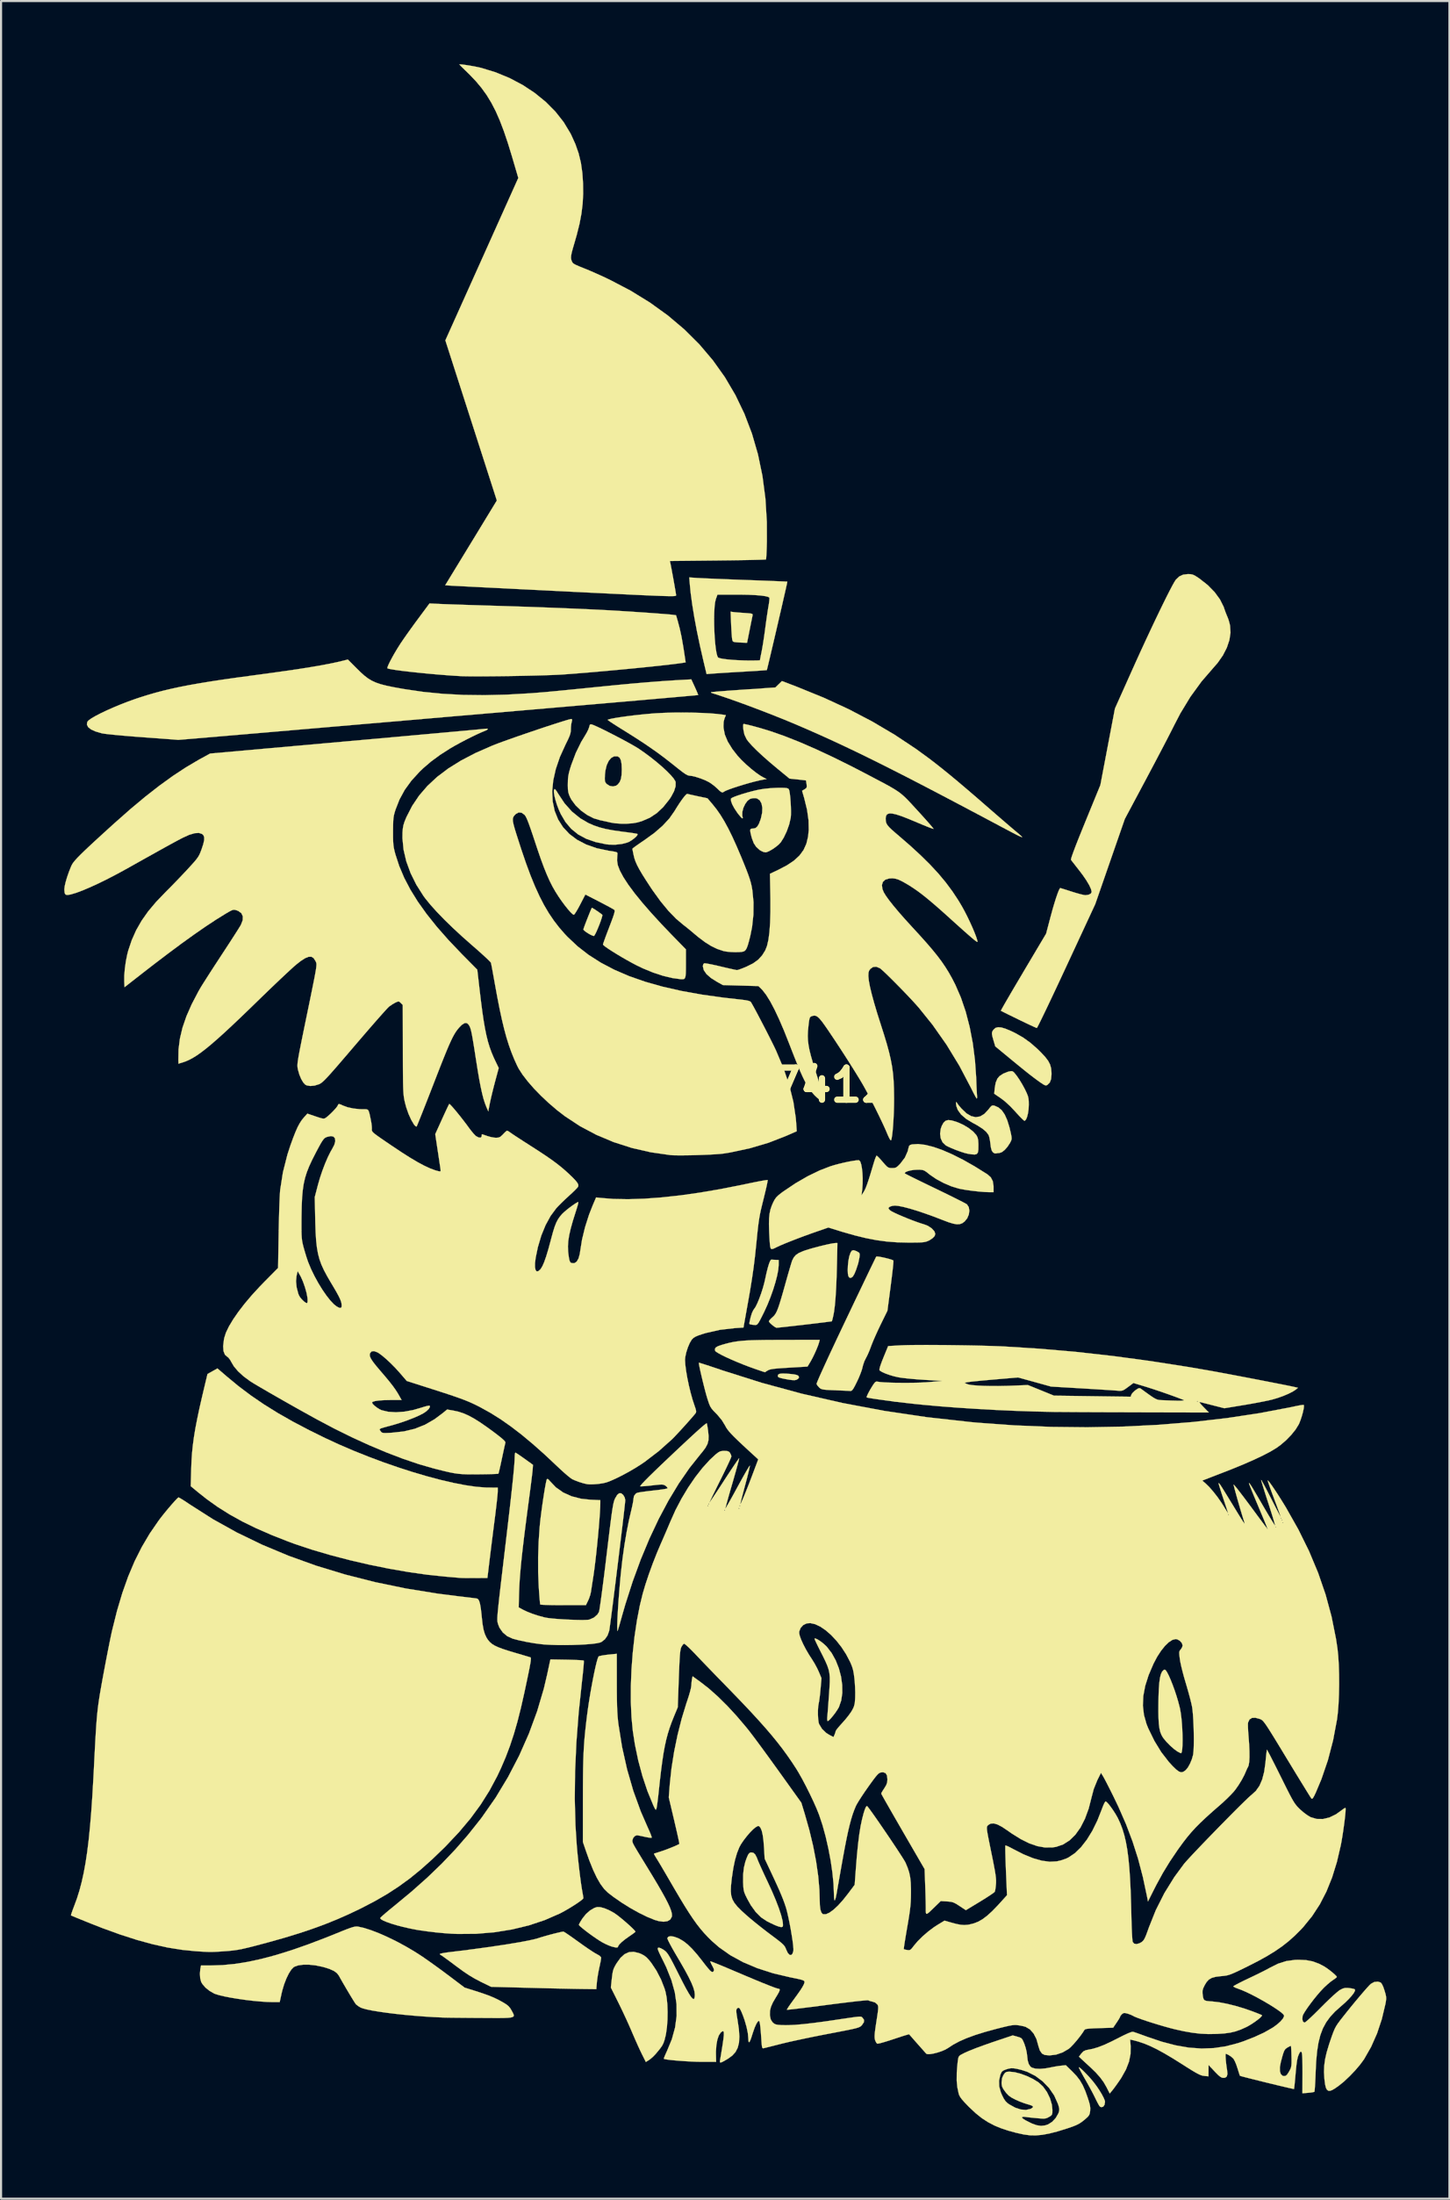
<source format=kicad_pcb>
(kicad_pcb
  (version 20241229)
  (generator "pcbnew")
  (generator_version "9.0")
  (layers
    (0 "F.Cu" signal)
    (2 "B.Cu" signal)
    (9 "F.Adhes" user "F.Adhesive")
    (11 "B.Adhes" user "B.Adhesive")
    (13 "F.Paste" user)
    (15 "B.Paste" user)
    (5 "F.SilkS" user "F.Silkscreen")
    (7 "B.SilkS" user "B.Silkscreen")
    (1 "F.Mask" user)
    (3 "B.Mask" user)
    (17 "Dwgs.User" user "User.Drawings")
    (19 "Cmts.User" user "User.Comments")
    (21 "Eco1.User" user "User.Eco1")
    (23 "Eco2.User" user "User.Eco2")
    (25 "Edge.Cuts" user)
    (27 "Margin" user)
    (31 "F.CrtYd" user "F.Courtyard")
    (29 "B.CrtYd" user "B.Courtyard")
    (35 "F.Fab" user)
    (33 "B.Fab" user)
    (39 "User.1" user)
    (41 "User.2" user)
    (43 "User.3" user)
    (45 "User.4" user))
  (footprint "F.SilkS_g7412"
    (layer "F.Cu")
    (at 31.289 48.455)
    (property "Reference" "F.SilkS_g7412" (at 0 0 0) (layer "F.SilkS") (effects (font (size 1.524 1.524) (thickness 0.3))))
    (attr through_hole)
    (fp_poly (pts (xy 2.973 13.69) (xy 3.151 13.703) (xy 3.348 13.725) (xy 3.476 13.752) (xy 3.549 13.785) (xy 3.572 13.81) (xy 3.592 13.878) (xy 3.542 13.94) (xy 3.534 13.946) (xy 3.469 13.984) (xy 3.388 14.001) (xy 3.275 13.999) (xy 3.111 13.977) (xy 2.91 13.941) (xy 2.742 13.905) (xy 2.642 13.873) (xy 2.594 13.838) (xy 2.582 13.798) (xy 2.602 13.738) (xy 2.667 13.701) (xy 2.787 13.686) (xy 2.973 13.69)) (stroke (width 0.01) (type solid)) (fill yes) (layer "F.SilkS"))
    (fp_poly (pts (xy 6.302 7.872) (xy 6.357 7.899) (xy 6.433 7.944) (xy 6.468 7.993) (xy 6.471 8.076) (xy 6.459 8.179) (xy 6.403 8.453) (xy 6.301 8.763) (xy 6.222 8.955) (xy 6.148 9.081) (xy 6.065 9.143) (xy 5.989 9.139) (xy 5.936 9.07) (xy 5.912 8.952) (xy 5.904 8.776) (xy 5.912 8.57) (xy 5.933 8.36) (xy 5.967 8.17) (xy 5.986 8.096) (xy 6.044 7.936) (xy 6.105 7.851) (xy 6.186 7.832) (xy 6.302 7.872)) (stroke (width 0.01) (type solid)) (fill yes) (layer "F.SilkS"))
    (fp_poly (pts (xy -6.205 -8.403) (xy -6.12 -8.351) (xy -6.008 -8.277) (xy -5.89 -8.195) (xy -5.786 -8.118) (xy -5.747 -8.087) (xy -5.747 -8.038) (xy -5.776 -7.931) (xy -5.825 -7.783) (xy -5.888 -7.614) (xy -5.958 -7.442) (xy -6.026 -7.285) (xy -6.087 -7.162) (xy -6.132 -7.091) (xy -6.145 -7.081) (xy -6.209 -7.097) (xy -6.318 -7.147) (xy -6.424 -7.208) (xy -6.541 -7.286) (xy -6.621 -7.353) (xy -6.646 -7.389) (xy -6.631 -7.44) (xy -6.592 -7.551) (xy -6.535 -7.703) (xy -6.468 -7.876) (xy -6.398 -8.052) (xy -6.334 -8.212) (xy -6.281 -8.338) (xy -6.248 -8.41) (xy -6.242 -8.419) (xy -6.205 -8.403)) (stroke (width 0.01) (type solid)) (fill yes) (layer "F.SilkS"))
    (fp_poly (pts (xy 0.459 -22.457) (xy 0.549 -22.447) (xy 0.699 -22.434) (xy 0.884 -22.42) (xy 0.988 -22.413) (xy 1.178 -22.399) (xy 1.299 -22.386) (xy 1.364 -22.369) (xy 1.389 -22.343) (xy 1.388 -22.304) (xy 1.386 -22.295) (xy 1.371 -22.222) (xy 1.343 -22.083) (xy 1.305 -21.897) (xy 1.262 -21.681) (xy 1.246 -21.601) (xy 1.125 -20.997) (xy 0.912 -21.004) (xy 0.755 -21.012) (xy 0.609 -21.023) (xy 0.564 -21.028) (xy 0.484 -21.043) (xy 0.441 -21.08) (xy 0.419 -21.16) (xy 0.407 -21.264) (xy 0.396 -21.398) (xy 0.384 -21.589) (xy 0.372 -21.808) (xy 0.365 -21.98) (xy 0.346 -22.475) (xy 0.459 -22.457)) (stroke (width 0.01) (type solid)) (fill yes) (layer "F.SilkS"))
    (fp_poly (pts (xy 16.913 46.629) (xy 16.995 46.697) (xy 17.107 46.804) (xy 17.238 46.937) (xy 17.374 47.083) (xy 17.503 47.231) (xy 17.572 47.314) (xy 17.715 47.504) (xy 17.85 47.704) (xy 17.967 47.897) (xy 18.056 48.067) (xy 18.109 48.197) (xy 18.119 48.252) (xy 18.095 48.393) (xy 18.034 48.482) (xy 17.947 48.507) (xy 17.88 48.482) (xy 17.841 48.432) (xy 17.779 48.323) (xy 17.703 48.175) (xy 17.662 48.091) (xy 17.576 47.917) (xy 17.46 47.696) (xy 17.329 47.455) (xy 17.197 47.22) (xy 17.174 47.181) (xy 17.064 46.988) (xy 16.973 46.822) (xy 16.908 46.697) (xy 16.876 46.624) (xy 16.874 46.612) (xy 16.913 46.629)) (stroke (width 0.01) (type solid)) (fill yes) (layer "F.SilkS"))
    (fp_poly (pts (xy 10.828 1.671) (xy 11.041 1.733) (xy 11.156 1.776) (xy 11.411 1.893) (xy 11.65 2.039) (xy 11.853 2.198) (xy 11.998 2.356) (xy 12.022 2.391) (xy 12.07 2.49) (xy 12.096 2.612) (xy 12.107 2.783) (xy 12.107 2.865) (xy 12.104 3.063) (xy 12.083 3.193) (xy 12.032 3.266) (xy 11.936 3.292) (xy 11.782 3.282) (xy 11.608 3.255) (xy 11.46 3.219) (xy 11.264 3.156) (xy 11.048 3.078) (xy 10.836 2.992) (xy 10.657 2.911) (xy 10.55 2.852) (xy 10.407 2.713) (xy 10.319 2.524) (xy 10.289 2.304) (xy 10.32 2.07) (xy 10.372 1.925) (xy 10.453 1.781) (xy 10.547 1.692) (xy 10.668 1.656) (xy 10.828 1.671)) (stroke (width 0.01) (type solid)) (fill yes) (layer "F.SilkS"))
    (fp_poly (pts (xy 13.733 -0.656) (xy 13.793 -0.61) (xy 13.871 -0.517) (xy 13.945 -0.42) (xy 14.059 -0.253) (xy 14.184 -0.047) (xy 14.297 0.16) (xy 14.322 0.208) (xy 14.406 0.386) (xy 14.458 0.52) (xy 14.486 0.641) (xy 14.497 0.778) (xy 14.499 0.931) (xy 14.489 1.143) (xy 14.46 1.341) (xy 14.418 1.509) (xy 14.366 1.631) (xy 14.31 1.689) (xy 14.295 1.692) (xy 14.25 1.661) (xy 14.161 1.578) (xy 14.041 1.455) (xy 13.901 1.302) (xy 13.864 1.26) (xy 13.611 0.993) (xy 13.366 0.768) (xy 13.171 0.619) (xy 12.859 0.407) (xy 12.883 0.141) (xy 12.928 -0.118) (xy 13.009 -0.311) (xy 13.108 -0.429) (xy 13.286 -0.546) (xy 13.501 -0.633) (xy 13.595 -0.656) (xy 13.673 -0.667) (xy 13.733 -0.656)) (stroke (width 0.01) (type solid)) (fill yes) (layer "F.SilkS"))
    (fp_poly (pts (xy 13.191 -2.739) (xy 13.391 -2.681) (xy 13.644 -2.575) (xy 13.853 -2.475) (xy 14.225 -2.264) (xy 14.574 -2.014) (xy 14.923 -1.708) (xy 15.082 -1.55) (xy 15.28 -1.337) (xy 15.419 -1.154) (xy 15.509 -0.982) (xy 15.559 -0.801) (xy 15.577 -0.592) (xy 15.578 -0.511) (xy 15.557 -0.285) (xy 15.493 -0.122) (xy 15.385 -0.015) (xy 15.332 0.011) (xy 15.276 0.007) (xy 15.195 -0.033) (xy 15.069 -0.116) (xy 15.046 -0.132) (xy 14.888 -0.245) (xy 14.72 -0.37) (xy 14.532 -0.514) (xy 14.315 -0.687) (xy 14.058 -0.895) (xy 13.751 -1.146) (xy 13.577 -1.29) (xy 12.909 -1.841) (xy 12.826 -2.121) (xy 12.775 -2.3) (xy 12.751 -2.421) (xy 12.753 -2.505) (xy 12.783 -2.575) (xy 12.83 -2.64) (xy 12.919 -2.717) (xy 13.037 -2.751) (xy 13.191 -2.739)) (stroke (width 0.01) (type solid)) (fill yes) (layer "F.SilkS"))
    (fp_poly (pts (xy -7.965 -14.021) (xy -7.902 -13.932) (xy -7.841 -13.832) (xy -7.54 -13.378) (xy -7.191 -12.988) (xy -6.796 -12.667) (xy -6.411 -12.443) (xy -6.157 -12.331) (xy -5.891 -12.239) (xy -5.594 -12.162) (xy -5.251 -12.097) (xy -4.844 -12.038) (xy -4.75 -12.026) (xy -4.524 -11.997) (xy -4.33 -11.97) (xy -4.18 -11.946) (xy -4.092 -11.927) (xy -4.075 -11.921) (xy -4.08 -11.873) (xy -4.14 -11.797) (xy -4.24 -11.708) (xy -4.361 -11.62) (xy -4.486 -11.547) (xy -4.549 -11.52) (xy -4.813 -11.45) (xy -5.118 -11.415) (xy -5.424 -11.418) (xy -5.554 -11.432) (xy -6.065 -11.539) (xy -6.511 -11.694) (xy -6.895 -11.902) (xy -7.221 -12.166) (xy -7.494 -12.488) (xy -7.719 -12.871) (xy -7.721 -12.875) (xy -7.818 -13.094) (xy -7.903 -13.319) (xy -7.97 -13.535) (xy -8.019 -13.731) (xy -8.044 -13.891) (xy -8.044 -14.003) (xy -8.014 -14.053) (xy -8.005 -14.055) (xy -7.965 -14.021)) (stroke (width 0.01) (type solid)) (fill yes) (layer "F.SilkS"))
    (fp_poly (pts (xy 1.421 36.431) (xy 1.511 36.512) (xy 1.591 36.666) (xy 1.62 36.745) (xy 1.658 36.84) (xy 1.726 36.996) (xy 1.818 37.2) (xy 1.927 37.438) (xy 2.047 37.695) (xy 2.092 37.789) (xy 2.308 38.258) (xy 2.49 38.686) (xy 2.635 39.066) (xy 2.742 39.391) (xy 2.808 39.654) (xy 2.823 39.752) (xy 2.831 39.879) (xy 2.81 39.946) (xy 2.745 39.962) (xy 2.623 39.932) (xy 2.529 39.898) (xy 2.413 39.849) (xy 2.254 39.775) (xy 2.086 39.691) (xy 2.068 39.681) (xy 1.79 39.496) (xy 1.537 39.244) (xy 1.303 38.92) (xy 1.135 38.619) (xy 1.051 38.449) (xy 0.997 38.318) (xy 0.965 38.197) (xy 0.949 38.056) (xy 0.94 37.866) (xy 0.938 37.828) (xy 0.94 37.461) (xy 0.974 37.147) (xy 1.044 36.857) (xy 1.11 36.673) (xy 1.172 36.531) (xy 1.227 36.453) (xy 1.289 36.42) (xy 1.315 36.415) (xy 1.421 36.431)) (stroke (width 0.01) (type solid)) (fill yes) (layer "F.SilkS"))
    (fp_poly (pts (xy 4.549 12.192) (xy 4.502 12.339) (xy 4.425 12.532) (xy 4.331 12.745) (xy 4.231 12.95) (xy 4.138 13.119) (xy 4.136 13.123) (xy 3.995 13.356) (xy 3.116 13.408) (xy 2.81 13.427) (xy 2.577 13.444) (xy 2.404 13.461) (xy 2.279 13.48) (xy 2.19 13.502) (xy 2.126 13.529) (xy 2.103 13.542) (xy 1.968 13.625) (xy 1.503 13.466) (xy 1.219 13.364) (xy 0.927 13.252) (xy 0.638 13.134) (xy 0.364 13.016) (xy 0.116 12.903) (xy -0.095 12.799) (xy -0.257 12.71) (xy -0.36 12.642) (xy -0.391 12.606) (xy -0.401 12.518) (xy -0.358 12.448) (xy -0.251 12.387) (xy -0.07 12.325) (xy 0.12 12.271) (xy 0.298 12.226) (xy 0.474 12.189) (xy 0.658 12.16) (xy 0.859 12.137) (xy 1.088 12.119) (xy 1.355 12.107) (xy 1.67 12.099) (xy 2.043 12.093) (xy 2.485 12.091) (xy 2.807 12.09) (xy 4.576 12.086) (xy 4.549 12.192)) (stroke (width 0.01) (type solid)) (fill yes) (layer "F.SilkS"))
    (fp_poly (pts (xy 2.352 8.285) (xy 2.466 8.291) (xy 2.477 8.291) (xy 2.625 8.297) (xy 2.625 8.545) (xy 2.606 8.763) (xy 2.553 9.04) (xy 2.47 9.36) (xy 2.363 9.707) (xy 2.236 10.064) (xy 2.095 10.415) (xy 1.945 10.745) (xy 1.939 10.757) (xy 1.824 10.989) (xy 1.739 11.155) (xy 1.675 11.267) (xy 1.626 11.334) (xy 1.584 11.369) (xy 1.541 11.381) (xy 1.503 11.381) (xy 1.384 11.372) (xy 1.302 11.358) (xy 1.261 11.348) (xy 1.239 11.333) (xy 1.235 11.293) (xy 1.25 11.212) (xy 1.282 11.071) (xy 1.294 11.02) (xy 1.35 10.833) (xy 1.417 10.685) (xy 1.459 10.626) (xy 1.53 10.52) (xy 1.614 10.35) (xy 1.704 10.133) (xy 1.794 9.886) (xy 1.877 9.627) (xy 1.946 9.374) (xy 1.984 9.207) (xy 2.05 8.905) (xy 2.114 8.653) (xy 2.173 8.459) (xy 2.226 8.333) (xy 2.27 8.281) (xy 2.277 8.28) (xy 2.352 8.285)) (stroke (width 0.01) (type solid)) (fill yes) (layer "F.SilkS"))
    (fp_poly (pts (xy 20.996 27.764) (xy 21.062 27.861) (xy 21.142 28.015) (xy 21.231 28.216) (xy 21.325 28.453) (xy 21.42 28.712) (xy 21.51 28.983) (xy 21.591 29.255) (xy 21.659 29.515) (xy 21.679 29.601) (xy 21.714 29.8) (xy 21.744 30.036) (xy 21.768 30.296) (xy 21.785 30.567) (xy 21.796 30.837) (xy 21.799 31.092) (xy 21.795 31.319) (xy 21.784 31.505) (xy 21.765 31.637) (xy 21.737 31.703) (xy 21.726 31.708) (xy 21.674 31.687) (xy 21.58 31.638) (xy 21.548 31.619) (xy 21.392 31.507) (xy 21.214 31.349) (xy 21.04 31.173) (xy 20.897 31.001) (xy 20.872 30.967) (xy 20.799 30.844) (xy 20.743 30.703) (xy 20.702 30.532) (xy 20.674 30.319) (xy 20.658 30.053) (xy 20.652 29.721) (xy 20.653 29.464) (xy 20.659 29.022) (xy 20.673 28.658) (xy 20.695 28.365) (xy 20.726 28.137) (xy 20.768 27.966) (xy 20.821 27.846) (xy 20.886 27.771) (xy 20.948 27.738) (xy 20.996 27.764)) (stroke (width 0.01) (type solid)) (fill yes) (layer "F.SilkS"))
    (fp_poly (pts (xy 4.482 26.312) (xy 4.609 26.394) (xy 4.746 26.5) (xy 4.875 26.618) (xy 4.911 26.655) (xy 5.142 26.954) (xy 5.333 27.3) (xy 5.482 27.677) (xy 5.586 28.07) (xy 5.641 28.465) (xy 5.646 28.847) (xy 5.596 29.2) (xy 5.489 29.51) (xy 5.479 29.531) (xy 5.405 29.656) (xy 5.307 29.799) (xy 5.199 29.94) (xy 5.094 30.063) (xy 5.008 30.15) (xy 4.952 30.184) (xy 4.952 30.184) (xy 4.934 30.146) (xy 4.93 30.05) (xy 4.935 29.983) (xy 4.944 29.878) (xy 4.958 29.706) (xy 4.975 29.483) (xy 4.994 29.226) (xy 5.014 28.95) (xy 5.017 28.914) (xy 5.039 28.584) (xy 5.052 28.319) (xy 5.052 28.1) (xy 5.035 27.912) (xy 4.997 27.734) (xy 4.935 27.55) (xy 4.845 27.342) (xy 4.723 27.092) (xy 4.588 26.825) (xy 4.491 26.631) (xy 4.411 26.465) (xy 4.354 26.342) (xy 4.327 26.275) (xy 4.327 26.266) (xy 4.382 26.266) (xy 4.482 26.312)) (stroke (width 0.01) (type solid)) (fill yes) (layer "F.SilkS"))
    (fp_poly (pts (xy -5.847 39.012) (xy -5.654 39.063) (xy -5.433 39.154) (xy -5.205 39.278) (xy -5.177 39.295) (xy -5.058 39.378) (xy -4.913 39.491) (xy -4.752 39.623) (xy -4.59 39.762) (xy -4.438 39.898) (xy -4.31 40.019) (xy -4.218 40.114) (xy -4.175 40.172) (xy -4.175 40.182) (xy -4.218 40.221) (xy -4.313 40.292) (xy -4.441 40.38) (xy -4.458 40.392) (xy -4.661 40.536) (xy -4.825 40.669) (xy -4.939 40.782) (xy -4.993 40.865) (xy -4.995 40.881) (xy -5.023 40.924) (xy -5.11 40.928) (xy -5.264 40.892) (xy -5.318 40.876) (xy -5.454 40.825) (xy -5.619 40.75) (xy -5.731 40.692) (xy -5.863 40.614) (xy -6.024 40.508) (xy -6.202 40.385) (xy -6.382 40.255) (xy -6.551 40.127) (xy -6.695 40.012) (xy -6.801 39.921) (xy -6.854 39.863) (xy -6.858 39.853) (xy -6.836 39.795) (xy -6.777 39.69) (xy -6.695 39.559) (xy -6.687 39.547) (xy -6.521 39.34) (xy -6.328 39.17) (xy -6.129 39.052) (xy -5.994 39.008) (xy -5.847 39.012)) (stroke (width 0.01) (type solid)) (fill yes) (layer "F.SilkS"))
    (fp_poly (pts (xy -4.006 41.193) (xy -3.893 41.239) (xy -3.759 41.311) (xy -3.643 41.401) (xy -3.523 41.53) (xy -3.42 41.66) (xy -3.174 42.031) (xy -2.958 42.449) (xy -2.791 42.879) (xy -2.746 43.032) (xy -2.693 43.299) (xy -2.66 43.625) (xy -2.647 43.985) (xy -2.653 44.355) (xy -2.679 44.711) (xy -2.724 45.029) (xy -2.743 45.12) (xy -2.794 45.322) (xy -2.845 45.47) (xy -2.91 45.595) (xy -3.003 45.726) (xy -3.043 45.776) (xy -3.204 45.971) (xy -3.338 46.112) (xy -3.463 46.22) (xy -3.564 46.289) (xy -3.679 46.362) (xy -3.868 45.985) (xy -3.951 45.812) (xy -4.056 45.585) (xy -4.171 45.327) (xy -4.286 45.063) (xy -4.341 44.934) (xy -4.462 44.655) (xy -4.607 44.333) (xy -4.763 43.999) (xy -4.913 43.686) (xy -4.983 43.544) (xy -5.34 42.829) (xy -5.294 42.401) (xy -5.269 42.195) (xy -5.241 42.045) (xy -5.201 41.922) (xy -5.139 41.798) (xy -5.069 41.679) (xy -4.884 41.421) (xy -4.691 41.245) (xy -4.483 41.15) (xy -4.257 41.133) (xy -4.006 41.193)) (stroke (width 0.01) (type solid)) (fill yes) (layer "F.SilkS"))
    (fp_poly (pts (xy 31.201 42.588) (xy 31.26 42.657) (xy 31.327 42.798) (xy 31.384 42.966) (xy 31.435 43.138) (xy 31.461 43.262) (xy 31.465 43.371) (xy 31.449 43.498) (xy 31.43 43.604) (xy 31.259 44.324) (xy 31.032 45.007) (xy 30.751 45.642) (xy 30.423 46.217) (xy 30.402 46.249) (xy 30.219 46.497) (xy 29.988 46.768) (xy 29.729 47.038) (xy 29.467 47.285) (xy 29.231 47.477) (xy 29.043 47.611) (xy 28.904 47.693) (xy 28.802 47.73) (xy 28.725 47.728) (xy 28.712 47.723) (xy 28.65 47.674) (xy 28.601 47.575) (xy 28.564 47.414) (xy 28.535 47.181) (xy 28.532 47.149) (xy 28.514 46.839) (xy 28.524 46.544) (xy 28.564 46.243) (xy 28.638 45.915) (xy 28.749 45.542) (xy 28.805 45.373) (xy 28.891 45.123) (xy 28.961 44.934) (xy 29.024 44.786) (xy 29.09 44.66) (xy 29.171 44.537) (xy 29.275 44.396) (xy 29.382 44.259) (xy 29.59 43.996) (xy 29.804 43.731) (xy 30.016 43.473) (xy 30.218 43.233) (xy 30.4 43.02) (xy 30.554 42.845) (xy 30.672 42.717) (xy 30.738 42.654) (xy 30.898 42.566) (xy 31.07 42.548) (xy 31.201 42.588)) (stroke (width 0.01) (type solid)) (fill yes) (layer "F.SilkS"))
    (fp_poly (pts (xy 11.091 0.834) (xy 11.091 0.838) (xy 11.118 0.884) (xy 11.187 0.974) (xy 11.287 1.091) (xy 11.312 1.119) (xy 11.54 1.337) (xy 11.763 1.47) (xy 11.979 1.519) (xy 12.187 1.485) (xy 12.387 1.366) (xy 12.577 1.164) (xy 12.579 1.161) (xy 12.672 1.042) (xy 12.736 0.98) (xy 12.793 0.96) (xy 12.862 0.972) (xy 12.877 0.976) (xy 13.06 1.058) (xy 13.219 1.195) (xy 13.356 1.393) (xy 13.475 1.659) (xy 13.58 1.998) (xy 13.65 2.293) (xy 13.678 2.442) (xy 13.685 2.541) (xy 13.665 2.625) (xy 13.616 2.725) (xy 13.601 2.752) (xy 13.486 2.927) (xy 13.356 3.074) (xy 13.226 3.175) (xy 13.114 3.217) (xy 13.106 3.217) (xy 12.998 3.227) (xy 12.94 3.242) (xy 12.866 3.233) (xy 12.793 3.183) (xy 12.739 3.098) (xy 12.701 2.958) (xy 12.679 2.788) (xy 12.656 2.618) (xy 12.625 2.467) (xy 12.592 2.368) (xy 12.591 2.366) (xy 12.482 2.218) (xy 12.301 2.064) (xy 12.044 1.9) (xy 11.855 1.798) (xy 11.53 1.603) (xy 11.288 1.396) (xy 11.129 1.177) (xy 11.063 0.999) (xy 11.044 0.886) (xy 11.045 0.816) (xy 11.055 0.804) (xy 11.091 0.834)) (stroke (width 0.01) (type solid)) (fill yes) (layer "F.SilkS"))
    (fp_poly (pts (xy -8.289 18.726) (xy -8.247 18.776) (xy -7.953 19.086) (xy -7.605 19.332) (xy -7.204 19.513) (xy -6.753 19.629) (xy -6.318 19.675) (xy -5.842 19.697) (xy -5.842 19.819) (xy -5.847 20.027) (xy -5.862 20.305) (xy -5.886 20.637) (xy -5.916 21.01) (xy -5.952 21.407) (xy -5.992 21.815) (xy -6.034 22.219) (xy -6.078 22.603) (xy -6.122 22.955) (xy -6.164 23.258) (xy -6.178 23.347) (xy -6.212 23.566) (xy -6.244 23.773) (xy -6.27 23.945) (xy -6.285 24.045) (xy -6.319 24.196) (xy -6.379 24.369) (xy -6.418 24.458) (xy -6.526 24.68) (xy -7.599 24.68) (xy -7.892 24.679) (xy -8.156 24.676) (xy -8.38 24.67) (xy -8.551 24.664) (xy -8.66 24.656) (xy -8.693 24.648) (xy -8.702 24.598) (xy -8.714 24.477) (xy -8.729 24.298) (xy -8.746 24.075) (xy -8.763 23.821) (xy -8.765 23.791) (xy -8.792 23.119) (xy -8.793 22.402) (xy -8.769 21.677) (xy -8.721 20.978) (xy -8.7 20.765) (xy -8.672 20.516) (xy -8.637 20.241) (xy -8.598 19.953) (xy -8.556 19.667) (xy -8.514 19.394) (xy -8.474 19.15) (xy -8.437 18.946) (xy -8.406 18.797) (xy -8.384 18.715) (xy -8.38 18.708) (xy -8.344 18.686) (xy -8.289 18.726)) (stroke (width 0.01) (type solid)) (fill yes) (layer "F.SilkS"))
    (fp_poly (pts (xy 5.393 8.477) (xy 5.376 9.082) (xy 5.354 9.615) (xy 5.326 10.073) (xy 5.293 10.454) (xy 5.254 10.754) (xy 5.228 10.896) (xy 5.196 11.043) (xy 5.167 11.154) (xy 5.15 11.205) (xy 5.149 11.206) (xy 5.106 11.214) (xy 4.99 11.229) (xy 4.816 11.252) (xy 4.594 11.279) (xy 4.338 11.31) (xy 4.06 11.343) (xy 3.772 11.377) (xy 3.486 11.409) (xy 3.216 11.44) (xy 2.972 11.467) (xy 2.769 11.489) (xy 2.618 11.505) (xy 2.531 11.512) (xy 2.519 11.512) (xy 2.463 11.487) (xy 2.371 11.424) (xy 2.318 11.382) (xy 2.225 11.298) (xy 2.168 11.229) (xy 2.159 11.208) (xy 2.189 11.157) (xy 2.265 11.075) (xy 2.326 11.02) (xy 2.389 10.961) (xy 2.445 10.895) (xy 2.498 10.811) (xy 2.551 10.702) (xy 2.607 10.558) (xy 2.67 10.37) (xy 2.744 10.127) (xy 2.833 9.822) (xy 2.939 9.445) (xy 2.946 9.419) (xy 3.025 9.138) (xy 3.099 8.879) (xy 3.165 8.654) (xy 3.218 8.476) (xy 3.255 8.359) (xy 3.267 8.323) (xy 3.344 8.173) (xy 3.446 8.057) (xy 3.591 7.961) (xy 3.795 7.874) (xy 3.906 7.835) (xy 4.102 7.774) (xy 4.33 7.71) (xy 4.572 7.647) (xy 4.81 7.589) (xy 5.025 7.541) (xy 5.198 7.508) (xy 5.312 7.494) (xy 5.321 7.493) (xy 5.414 7.493) (xy 5.393 8.477)) (stroke (width 0.01) (type solid)) (fill yes) (layer "F.SilkS"))
    (fp_poly (pts (xy -7.545 40.198) (xy -7.441 40.265) (xy -7.291 40.367) (xy -7.108 40.496) (xy -6.901 40.645) (xy -6.88 40.66) (xy -6.658 40.819) (xy -6.445 40.967) (xy -6.256 41.093) (xy -6.105 41.189) (xy -6.009 41.242) (xy -5.874 41.32) (xy -5.807 41.391) (xy -5.801 41.413) (xy -5.81 41.486) (xy -5.833 41.618) (xy -5.868 41.787) (xy -5.889 41.879) (xy -5.934 42.1) (xy -5.974 42.336) (xy -6.001 42.545) (xy -6.005 42.587) (xy -6.032 42.905) (xy -6.71 42.897) (xy -6.903 42.894) (xy -7.167 42.889) (xy -7.489 42.882) (xy -7.856 42.874) (xy -8.252 42.865) (xy -8.666 42.855) (xy -9.084 42.844) (xy -9.207 42.841) (xy -11.028 42.794) (xy -11.536 42.545) (xy -11.797 42.408) (xy -12.06 42.252) (xy -12.342 42.063) (xy -12.663 41.829) (xy -12.721 41.786) (xy -12.928 41.63) (xy -13.114 41.494) (xy -13.265 41.384) (xy -13.373 41.309) (xy -13.427 41.276) (xy -13.43 41.275) (xy -13.462 41.243) (xy -13.462 41.239) (xy -13.423 41.22) (xy -13.317 41.196) (xy -13.162 41.17) (xy -13.028 41.152) (xy -12.457 41.083) (xy -11.898 41.011) (xy -11.36 40.938) (xy -10.85 40.865) (xy -10.376 40.794) (xy -9.946 40.724) (xy -9.568 40.659) (xy -9.249 40.598) (xy -8.997 40.543) (xy -8.821 40.496) (xy -8.798 40.488) (xy -8.647 40.44) (xy -8.458 40.385) (xy -8.25 40.327) (xy -8.041 40.272) (xy -7.851 40.226) (xy -7.7 40.191) (xy -7.605 40.175) (xy -7.593 40.174) (xy -7.545 40.198)) (stroke (width 0.01) (type solid)) (fill yes) (layer "F.SilkS"))
    (fp_poly (pts (xy 3.518 -18.899) (xy 4.769 -18.389) (xy 5.951 -17.844) (xy 7.069 -17.259) (xy 8.133 -16.631) (xy 9.15 -15.955) (xy 9.758 -15.512) (xy 10.075 -15.269) (xy 10.407 -15.006) (xy 10.762 -14.718) (xy 11.149 -14.396) (xy 11.575 -14.035) (xy 12.05 -13.627) (xy 12.402 -13.321) (xy 12.677 -13.082) (xy 12.949 -12.846) (xy 13.205 -12.625) (xy 13.436 -12.426) (xy 13.631 -12.259) (xy 13.778 -12.134) (xy 13.832 -12.088) (xy 13.975 -11.969) (xy 14.089 -11.87) (xy 14.162 -11.804) (xy 14.182 -11.783) (xy 14.175 -11.775) (xy 14.15 -11.779) (xy 14.101 -11.798) (xy 14.019 -11.835) (xy 13.899 -11.895) (xy 13.734 -11.98) (xy 13.516 -12.095) (xy 13.239 -12.241) (xy 12.896 -12.424) (xy 12.806 -12.472) (xy 11.862 -12.973) (xy 10.986 -13.436) (xy 10.173 -13.863) (xy 9.417 -14.257) (xy 8.713 -14.621) (xy 8.054 -14.956) (xy 7.437 -15.267) (xy 6.854 -15.556) (xy 6.301 -15.825) (xy 5.772 -16.077) (xy 5.261 -16.316) (xy 4.763 -16.543) (xy 4.272 -16.762) (xy 3.783 -16.975) (xy 3.535 -17.082) (xy 3.055 -17.283) (xy 2.543 -17.49) (xy 2.015 -17.698) (xy 1.484 -17.901) (xy 0.965 -18.094) (xy 0.473 -18.271) (xy 0.022 -18.428) (xy -0.374 -18.558) (xy -0.546 -18.611) (xy -0.587 -18.638) (xy -0.584 -18.65) (xy -0.538 -18.657) (xy -0.418 -18.669) (xy -0.232 -18.686) (xy 0.009 -18.705) (xy 0.297 -18.727) (xy 0.621 -18.75) (xy 0.953 -18.773) (xy 2.468 -18.876) (xy 2.625 -19.029) (xy 2.781 -19.181) (xy 3.518 -18.899)) (stroke (width 0.01) (type solid)) (fill yes) (layer "F.SilkS"))
    (fp_poly (pts (xy 7.423 8.146) (xy 7.57 8.174) (xy 7.731 8.211) (xy 7.883 8.251) (xy 8.002 8.289) (xy 8.068 8.32) (xy 8.073 8.326) (xy 8.073 8.381) (xy 8.063 8.508) (xy 8.044 8.696) (xy 8.017 8.934) (xy 7.983 9.211) (xy 7.944 9.515) (xy 7.941 9.543) (xy 7.788 10.707) (xy 7.46 11.375) (xy 7.341 11.625) (xy 7.225 11.88) (xy 7.121 12.118) (xy 7.041 12.315) (xy 7.008 12.404) (xy 6.936 12.594) (xy 6.856 12.78) (xy 6.783 12.927) (xy 6.767 12.954) (xy 6.69 13.114) (xy 6.628 13.299) (xy 6.61 13.377) (xy 6.574 13.511) (xy 6.508 13.694) (xy 6.424 13.9) (xy 6.347 14.065) (xy 6.248 14.264) (xy 6.175 14.396) (xy 6.119 14.473) (xy 6.072 14.508) (xy 6.037 14.513) (xy 5.965 14.509) (xy 5.825 14.502) (xy 5.635 14.494) (xy 5.413 14.485) (xy 5.305 14.48) (xy 5.056 14.47) (xy 4.878 14.459) (xy 4.754 14.446) (xy 4.671 14.427) (xy 4.613 14.401) (xy 4.566 14.365) (xy 4.554 14.354) (xy 4.474 14.265) (xy 4.425 14.186) (xy 4.424 14.182) (xy 4.438 14.132) (xy 4.487 14.011) (xy 4.568 13.823) (xy 4.68 13.573) (xy 4.82 13.266) (xy 4.985 12.906) (xy 5.175 12.499) (xy 5.386 12.049) (xy 5.617 11.561) (xy 5.82 11.134) (xy 6.044 10.664) (xy 6.257 10.216) (xy 6.458 9.797) (xy 6.643 9.411) (xy 6.808 9.065) (xy 6.952 8.765) (xy 7.072 8.517) (xy 7.165 8.326) (xy 7.227 8.198) (xy 7.257 8.14) (xy 7.258 8.137) (xy 7.311 8.132) (xy 7.423 8.146)) (stroke (width 0.01) (type solid)) (fill yes) (layer "F.SilkS"))
    (fp_poly (pts (xy -1.471 -17.682) (xy -1.041 -17.668) (xy -0.645 -17.648) (xy -0.301 -17.62) (xy -0.035 -17.587) (xy 0.12 -17.562) (xy 0.055 -17.407) (xy 0.014 -17.251) (xy 0.005 -17.045) (xy 0.009 -16.953) (xy 0.069 -16.642) (xy 0.208 -16.308) (xy 0.426 -15.954) (xy 0.674 -15.636) (xy 0.861 -15.434) (xy 1.082 -15.222) (xy 1.318 -15.016) (xy 1.551 -14.832) (xy 1.76 -14.686) (xy 1.876 -14.62) (xy 2.053 -14.529) (xy 1.884 -14.5) (xy 1.704 -14.464) (xy 1.482 -14.41) (xy 1.235 -14.344) (xy 0.976 -14.269) (xy 0.722 -14.191) (xy 0.485 -14.114) (xy 0.282 -14.042) (xy 0.127 -13.981) (xy 0.036 -13.934) (xy 0.023 -13.925) (xy -0.028 -13.894) (xy -0.09 -13.907) (xy -0.177 -13.971) (xy -0.288 -14.078) (xy -0.434 -14.208) (xy -0.603 -14.333) (xy -0.69 -14.387) (xy -0.865 -14.474) (xy -1.072 -14.556) (xy -1.284 -14.625) (xy -1.474 -14.673) (xy -1.612 -14.69) (xy -1.689 -14.708) (xy -1.799 -14.766) (xy -1.95 -14.871) (xy -2.152 -15.028) (xy -2.168 -15.041) (xy -2.513 -15.316) (xy -2.833 -15.564) (xy -3.142 -15.793) (xy -3.457 -16.015) (xy -3.791 -16.242) (xy -4.16 -16.482) (xy -4.579 -16.747) (xy -4.839 -16.908) (xy -5.049 -17.04) (xy -5.23 -17.156) (xy -5.371 -17.249) (xy -5.462 -17.313) (xy -5.491 -17.34) (xy -5.491 -17.341) (xy -5.429 -17.366) (xy -5.294 -17.397) (xy -5.1 -17.433) (xy -4.857 -17.471) (xy -4.578 -17.51) (xy -4.275 -17.548) (xy -3.96 -17.583) (xy -3.645 -17.615) (xy -3.343 -17.641) (xy -3.196 -17.652) (xy -2.798 -17.672) (xy -2.366 -17.684) (xy -1.918 -17.687) (xy -1.471 -17.682)) (stroke (width 0.01) (type solid)) (fill yes) (layer "F.SilkS"))
    (fp_poly (pts (xy -23.575 13.824) (xy -23.015 14.287) (xy -22.431 14.726) (xy -21.811 15.15) (xy -21.147 15.563) (xy -20.428 15.972) (xy -19.644 16.384) (xy -18.901 16.75) (xy -18.234 17.058) (xy -17.545 17.354) (xy -16.842 17.635) (xy -16.134 17.9) (xy -15.429 18.144) (xy -14.736 18.367) (xy -14.063 18.565) (xy -13.418 18.736) (xy -12.811 18.877) (xy -12.249 18.986) (xy -11.741 19.06) (xy -11.296 19.096) (xy -11.148 19.099) (xy -10.71 19.101) (xy -10.71 19.288) (xy -10.716 19.379) (xy -10.731 19.541) (xy -10.754 19.761) (xy -10.785 20.026) (xy -10.82 20.323) (xy -10.86 20.638) (xy -10.862 20.649) (xy -10.908 21.009) (xy -10.956 21.39) (xy -11.004 21.77) (xy -11.048 22.126) (xy -11.086 22.436) (xy -11.107 22.606) (xy -11.201 23.389) (xy -11.792 23.394) (xy -12.021 23.394) (xy -12.232 23.393) (xy -12.404 23.389) (xy -12.516 23.385) (xy -12.531 23.383) (xy -12.63 23.374) (xy -12.792 23.36) (xy -12.993 23.343) (xy -13.208 23.324) (xy -14.052 23.236) (xy -14.944 23.109) (xy -15.868 22.949) (xy -16.805 22.759) (xy -17.737 22.543) (xy -18.646 22.306) (xy -19.515 22.051) (xy -20.325 21.782) (xy -20.663 21.658) (xy -21.457 21.345) (xy -22.178 21.03) (xy -22.835 20.709) (xy -23.439 20.374) (xy -24.001 20.021) (xy -24.531 19.643) (xy -24.95 19.31) (xy -25.284 19.033) (xy -25.261 18.184) (xy -25.246 17.81) (xy -25.221 17.446) (xy -25.183 17.08) (xy -25.132 16.7) (xy -25.065 16.293) (xy -24.979 15.849) (xy -24.875 15.354) (xy -24.748 14.797) (xy -24.669 14.463) (xy -24.489 13.708) (xy -24.252 13.576) (xy -24.016 13.444) (xy -23.575 13.824)) (stroke (width 0.01) (type solid)) (fill yes) (layer "F.SilkS"))
    (fp_poly (pts (xy 2.944 -14.108) (xy 3.031 -14.094) (xy 3.083 -14.07) (xy 3.109 -14.043) (xy 3.133 -13.971) (xy 3.156 -13.833) (xy 3.177 -13.648) (xy 3.193 -13.436) (xy 3.205 -13.215) (xy 3.21 -13.005) (xy 3.208 -12.824) (xy 3.197 -12.691) (xy 3.197 -12.69) (xy 3.125 -12.376) (xy 3.01 -12.052) (xy 2.866 -11.749) (xy 2.724 -11.525) (xy 2.621 -11.416) (xy 2.478 -11.3) (xy 2.319 -11.191) (xy 2.165 -11.104) (xy 2.04 -11.055) (xy 1.997 -11.049) (xy 1.892 -11.073) (xy 1.766 -11.134) (xy 1.723 -11.163) (xy 1.563 -11.306) (xy 1.444 -11.484) (xy 1.355 -11.72) (xy 1.335 -11.791) (xy 1.291 -11.97) (xy 1.274 -12.084) (xy 1.286 -12.146) (xy 1.33 -12.173) (xy 1.404 -12.178) (xy 1.515 -12.199) (xy 1.607 -12.27) (xy 1.687 -12.401) (xy 1.764 -12.603) (xy 1.784 -12.667) (xy 1.842 -12.932) (xy 1.85 -13.169) (xy 1.812 -13.368) (xy 1.73 -13.516) (xy 1.606 -13.605) (xy 1.525 -13.624) (xy 1.389 -13.619) (xy 1.273 -13.59) (xy 1.149 -13.5) (xy 1.039 -13.35) (xy 0.952 -13.167) (xy 0.901 -12.975) (xy 0.897 -12.801) (xy 0.909 -12.747) (xy 0.922 -12.672) (xy 0.893 -12.666) (xy 0.824 -12.729) (xy 0.718 -12.857) (xy 0.658 -12.937) (xy 0.52 -13.144) (xy 0.42 -13.331) (xy 0.365 -13.486) (xy 0.36 -13.594) (xy 0.362 -13.602) (xy 0.412 -13.639) (xy 0.529 -13.691) (xy 0.698 -13.753) (xy 0.904 -13.82) (xy 1.131 -13.887) (xy 1.365 -13.95) (xy 1.59 -14.004) (xy 1.757 -14.038) (xy 1.974 -14.07) (xy 2.233 -14.095) (xy 2.491 -14.11) (xy 2.596 -14.113) (xy 2.804 -14.113) (xy 2.944 -14.108)) (stroke (width 0.01) (type solid)) (fill yes) (layer "F.SilkS"))
    (fp_poly (pts (xy -1.658 -13.812) (xy -1.537 -13.784) (xy -1.371 -13.748) (xy -1.213 -13.713) (xy -0.754 -13.615) (xy -0.518 -13.338) (xy -0.325 -13.096) (xy -0.139 -12.829) (xy 0.045 -12.528) (xy 0.232 -12.185) (xy 0.426 -11.791) (xy 0.631 -11.338) (xy 0.854 -10.816) (xy 0.968 -10.537) (xy 1.091 -10.23) (xy 1.184 -9.984) (xy 1.254 -9.78) (xy 1.306 -9.602) (xy 1.345 -9.432) (xy 1.376 -9.253) (xy 1.377 -9.247) (xy 1.431 -8.684) (xy 1.426 -8.093) (xy 1.363 -7.505) (xy 1.279 -7.087) (xy 1.214 -6.832) (xy 1.161 -6.646) (xy 1.114 -6.518) (xy 1.069 -6.433) (xy 1.018 -6.379) (xy 0.975 -6.351) (xy 0.883 -6.328) (xy 0.732 -6.315) (xy 0.544 -6.313) (xy 0.346 -6.321) (xy 0.16 -6.338) (xy 0.012 -6.365) (xy 0 -6.368) (xy -0.292 -6.467) (xy -0.579 -6.605) (xy -0.874 -6.79) (xy -1.194 -7.031) (xy -1.38 -7.186) (xy -1.542 -7.323) (xy -1.701 -7.453) (xy -1.832 -7.558) (xy -1.884 -7.597) (xy -2.239 -7.894) (xy -2.606 -8.272) (xy -2.982 -8.728) (xy -3.366 -9.26) (xy -3.458 -9.398) (xy -3.678 -9.735) (xy -3.854 -10.014) (xy -3.99 -10.246) (xy -4.093 -10.442) (xy -4.168 -10.61) (xy -4.221 -10.764) (xy -4.249 -10.874) (xy -4.282 -11.029) (xy -4.307 -11.15) (xy -4.318 -11.215) (xy -4.318 -11.219) (xy -4.285 -11.252) (xy -4.192 -11.323) (xy -4.053 -11.422) (xy -3.878 -11.543) (xy -3.757 -11.624) (xy -3.286 -11.964) (xy -2.888 -12.309) (xy -2.566 -12.655) (xy -2.325 -12.999) (xy -2.194 -13.212) (xy -2.064 -13.412) (xy -1.942 -13.584) (xy -1.837 -13.719) (xy -1.758 -13.803) (xy -1.714 -13.826) (xy -1.658 -13.812)) (stroke (width 0.01) (type solid)) (fill yes) (layer "F.SilkS"))
    (fp_poly (pts (xy -7.431 27.269) (xy -7.183 27.275) (xy -6.964 27.283) (xy -6.789 27.292) (xy -6.672 27.302) (xy -6.626 27.311) (xy -6.623 27.359) (xy -6.629 27.479) (xy -6.644 27.658) (xy -6.666 27.882) (xy -6.694 28.14) (xy -6.706 28.243) (xy -6.866 29.75) (xy -6.977 31.19) (xy -7.039 32.565) (xy -7.054 33.877) (xy -7.021 35.129) (xy -6.962 36.05) (xy -6.931 36.408) (xy -6.892 36.789) (xy -6.849 37.174) (xy -6.803 37.545) (xy -6.758 37.883) (xy -6.714 38.167) (xy -6.689 38.311) (xy -6.665 38.447) (xy -6.649 38.552) (xy -6.646 38.588) (xy -6.681 38.635) (xy -6.777 38.713) (xy -6.92 38.814) (xy -7.097 38.931) (xy -7.294 39.053) (xy -7.498 39.172) (xy -7.696 39.28) (xy -7.768 39.317) (xy -8.473 39.625) (xy -9.232 39.878) (xy -10.035 40.072) (xy -10.872 40.206) (xy -11.732 40.278) (xy -12.604 40.286) (xy -12.912 40.273) (xy -13.274 40.247) (xy -13.67 40.209) (xy -14.066 40.162) (xy -14.427 40.11) (xy -14.582 40.084) (xy -14.901 40.021) (xy -15.211 39.95) (xy -15.501 39.874) (xy -15.761 39.796) (xy -15.98 39.719) (xy -16.148 39.648) (xy -16.255 39.585) (xy -16.29 39.534) (xy -16.289 39.529) (xy -16.252 39.488) (xy -16.159 39.402) (xy -16.02 39.282) (xy -15.846 39.136) (xy -15.646 38.973) (xy -15.613 38.947) (xy -14.796 38.269) (xy -14.049 37.605) (xy -13.362 36.943) (xy -12.724 36.274) (xy -12.126 35.587) (xy -11.555 34.87) (xy -11.451 34.733) (xy -10.808 33.812) (xy -10.221 32.838) (xy -9.693 31.822) (xy -9.23 30.776) (xy -8.838 29.711) (xy -8.521 28.638) (xy -8.362 27.961) (xy -8.318 27.755) (xy -8.279 27.572) (xy -8.249 27.431) (xy -8.232 27.354) (xy -8.209 27.255) (xy -7.431 27.269)) (stroke (width 0.01) (type solid)) (fill yes) (layer "F.SilkS"))
    (fp_poly (pts (xy -0.787 16.049) (xy -0.775 16.096) (xy -0.756 16.205) (xy -0.732 16.357) (xy -0.726 16.404) (xy -0.701 16.654) (xy -0.708 16.857) (xy -0.756 17.036) (xy -0.852 17.214) (xy -1.002 17.414) (xy -1.079 17.505) (xy -1.605 18.165) (xy -2.115 18.903) (xy -2.604 19.712) (xy -3.07 20.588) (xy -3.511 21.525) (xy -3.924 22.516) (xy -4.305 23.556) (xy -4.653 24.64) (xy -4.811 25.187) (xy -4.875 25.418) (xy -4.932 25.618) (xy -4.979 25.775) (xy -5.01 25.875) (xy -5.021 25.904) (xy -5.03 25.876) (xy -5.036 25.784) (xy -5.038 25.672) (xy -5.033 25.467) (xy -5.021 25.193) (xy -5.002 24.865) (xy -4.978 24.497) (xy -4.948 24.106) (xy -4.915 23.706) (xy -4.879 23.311) (xy -4.864 23.156) (xy -4.789 22.493) (xy -4.698 21.839) (xy -4.593 21.215) (xy -4.479 20.641) (xy -4.399 20.299) (xy -4.349 20.086) (xy -4.308 19.896) (xy -4.28 19.747) (xy -4.269 19.658) (xy -4.269 19.65) (xy -4.243 19.5) (xy -4.157 19.386) (xy -4.091 19.349) (xy -4.017 19.332) (xy -3.876 19.309) (xy -3.686 19.283) (xy -3.462 19.255) (xy -3.342 19.242) (xy -3.115 19.216) (xy -2.917 19.189) (xy -2.765 19.165) (xy -2.673 19.145) (xy -2.653 19.137) (xy -2.66 19.093) (xy -2.722 19.03) (xy -2.738 19.019) (xy -2.792 18.984) (xy -2.848 18.963) (xy -2.922 18.954) (xy -3.031 18.958) (xy -3.194 18.974) (xy -3.365 18.994) (xy -3.569 19.016) (xy -3.747 19.032) (xy -3.879 19.041) (xy -3.945 19.041) (xy -3.934 19.009) (xy -3.862 18.922) (xy -3.727 18.779) (xy -3.532 18.582) (xy -3.276 18.332) (xy -2.961 18.028) (xy -2.738 17.817) (xy -2.289 17.392) (xy -1.899 17.026) (xy -1.568 16.718) (xy -1.297 16.469) (xy -1.083 16.278) (xy -0.928 16.145) (xy -0.829 16.068) (xy -0.788 16.049) (xy -0.787 16.049)) (stroke (width 0.01) (type solid)) (fill yes) (layer "F.SilkS"))
    (fp_poly (pts (xy -13.442 -22.839) (xy -13.296 -22.833) (xy -13.077 -22.825) (xy -12.794 -22.815) (xy -12.46 -22.804) (xy -12.083 -22.791) (xy -11.677 -22.779) (xy -11.25 -22.765) (xy -10.816 -22.752) (xy -10.048 -22.728) (xy -9.284 -22.703) (xy -8.536 -22.676) (xy -7.814 -22.648) (xy -7.128 -22.62) (xy -6.488 -22.592) (xy -5.906 -22.564) (xy -5.391 -22.537) (xy -5.101 -22.52) (xy -4.749 -22.498) (xy -4.384 -22.475) (xy -4.017 -22.45) (xy -3.66 -22.426) (xy -3.326 -22.402) (xy -3.025 -22.379) (xy -2.771 -22.36) (xy -2.573 -22.343) (xy -2.446 -22.331) (xy -2.425 -22.328) (xy -2.246 -22.305) (xy -2.163 -22.021) (xy -2.07 -21.668) (xy -1.985 -21.276) (xy -1.906 -20.825) (xy -1.868 -20.585) (xy -1.79 -20.067) (xy -1.922 -20.045) (xy -2.1 -20.019) (xy -2.353 -19.987) (xy -2.67 -19.949) (xy -3.042 -19.908) (xy -3.459 -19.864) (xy -3.911 -19.818) (xy -4.387 -19.771) (xy -4.879 -19.724) (xy -5.375 -19.678) (xy -5.867 -19.634) (xy -6.344 -19.592) (xy -6.796 -19.555) (xy -7.214 -19.522) (xy -7.588 -19.495) (xy -7.62 -19.492) (xy -7.853 -19.479) (xy -8.152 -19.466) (xy -8.505 -19.454) (xy -8.899 -19.443) (xy -9.324 -19.433) (xy -9.766 -19.424) (xy -10.215 -19.416) (xy -10.658 -19.41) (xy -11.083 -19.406) (xy -11.478 -19.403) (xy -11.831 -19.403) (xy -12.131 -19.406) (xy -12.365 -19.41) (xy -12.467 -19.415) (xy -12.801 -19.434) (xy -13.16 -19.46) (xy -13.534 -19.49) (xy -13.913 -19.523) (xy -14.288 -19.559) (xy -14.648 -19.596) (xy -14.983 -19.633) (xy -15.285 -19.669) (xy -15.541 -19.704) (xy -15.744 -19.736) (xy -15.883 -19.763) (xy -15.948 -19.786) (xy -15.949 -19.787) (xy -15.945 -19.838) (xy -15.901 -19.948) (xy -15.826 -20.104) (xy -15.726 -20.293) (xy -15.608 -20.503) (xy -15.477 -20.722) (xy -15.342 -20.936) (xy -15.308 -20.988) (xy -15.184 -21.17) (xy -15.024 -21.399) (xy -14.841 -21.655) (xy -14.651 -21.918) (xy -14.478 -22.152) (xy -13.95 -22.863) (xy -13.442 -22.839)) (stroke (width 0.01) (type solid)) (fill yes) (layer "F.SilkS"))
    (fp_poly (pts (xy -6.25 -17.122) (xy -6.145 -17.083) (xy -5.979 -17.009) (xy -5.767 -16.908) (xy -5.52 -16.786) (xy -5.254 -16.65) (xy -4.98 -16.508) (xy -4.712 -16.366) (xy -4.464 -16.231) (xy -4.249 -16.109) (xy -4.08 -16.009) (xy -4.022 -15.972) (xy -3.728 -15.768) (xy -3.438 -15.552) (xy -3.161 -15.33) (xy -2.906 -15.112) (xy -2.681 -14.904) (xy -2.496 -14.715) (xy -2.359 -14.554) (xy -2.28 -14.427) (xy -2.265 -14.382) (xy -2.268 -14.184) (xy -2.341 -13.951) (xy -2.481 -13.688) (xy -2.565 -13.562) (xy -2.855 -13.2) (xy -3.16 -12.913) (xy -3.494 -12.693) (xy -3.868 -12.532) (xy -4.083 -12.469) (xy -4.305 -12.43) (xy -4.577 -12.411) (xy -4.866 -12.411) (xy -5.14 -12.43) (xy -5.366 -12.468) (xy -5.376 -12.471) (xy -5.563 -12.515) (xy -5.764 -12.558) (xy -5.842 -12.573) (xy -6.151 -12.665) (xy -6.462 -12.822) (xy -6.755 -13.032) (xy -7.01 -13.277) (xy -7.209 -13.544) (xy -7.274 -13.665) (xy -7.329 -13.794) (xy -7.362 -13.911) (xy -7.379 -14.044) (xy -7.384 -14.222) (xy -7.383 -14.309) (xy -7.378 -14.504) (xy -7.372 -14.562) (xy -5.629 -14.562) (xy -5.625 -14.454) (xy -5.605 -14.382) (xy -5.563 -14.323) (xy -5.532 -14.291) (xy -5.394 -14.204) (xy -5.237 -14.178) (xy -5.087 -14.216) (xy -5.006 -14.277) (xy -4.918 -14.395) (xy -4.861 -14.539) (xy -4.831 -14.727) (xy -4.822 -14.978) (xy -4.822 -14.989) (xy -4.832 -15.242) (xy -4.864 -15.421) (xy -4.92 -15.537) (xy -5.003 -15.599) (xy -5.03 -15.607) (xy -5.186 -15.607) (xy -5.327 -15.531) (xy -5.446 -15.387) (xy -5.54 -15.183) (xy -5.601 -14.927) (xy -5.622 -14.731) (xy -5.629 -14.562) (xy -7.372 -14.562) (xy -7.361 -14.668) (xy -7.329 -14.833) (xy -7.275 -15.025) (xy -7.22 -15.198) (xy -7.003 -15.773) (xy -6.75 -16.289) (xy -6.569 -16.589) (xy -6.479 -16.742) (xy -6.407 -16.889) (xy -6.368 -16.999) (xy -6.367 -17.003) (xy -6.341 -17.099) (xy -6.299 -17.13) (xy -6.25 -17.122)) (stroke (width 0.01) (type solid)) (fill yes) (layer "F.SilkS"))
    (fp_poly (pts (xy -5.058 28.363) (xy -5.057 28.8) (xy -5.053 29.166) (xy -5.046 29.473) (xy -5.035 29.735) (xy -5.02 29.965) (xy -5 30.177) (xy -4.981 30.332) (xy -4.808 31.414) (xy -4.571 32.472) (xy -4.275 33.495) (xy -3.921 34.47) (xy -3.609 35.186) (xy -3.524 35.375) (xy -3.456 35.535) (xy -3.413 35.653) (xy -3.4 35.713) (xy -3.402 35.716) (xy -3.454 35.721) (xy -3.565 35.707) (xy -3.713 35.678) (xy -3.736 35.673) (xy -3.895 35.638) (xy -4.028 35.612) (xy -4.107 35.602) (xy -4.11 35.602) (xy -4.203 35.639) (xy -4.281 35.729) (xy -4.318 35.839) (xy -4.318 35.852) (xy -4.317 35.887) (xy -4.312 35.922) (xy -4.299 35.965) (xy -4.271 36.025) (xy -4.225 36.111) (xy -4.156 36.23) (xy -4.059 36.392) (xy -3.93 36.604) (xy -3.763 36.876) (xy -3.662 37.042) (xy -3.373 37.516) (xy -3.128 37.925) (xy -2.926 38.275) (xy -2.762 38.57) (xy -2.635 38.816) (xy -2.542 39.018) (xy -2.48 39.182) (xy -2.447 39.312) (xy -2.439 39.414) (xy -2.447 39.469) (xy -2.52 39.6) (xy -2.654 39.679) (xy -2.84 39.705) (xy -3.071 39.675) (xy -3.26 39.62) (xy -3.615 39.475) (xy -4.01 39.281) (xy -4.422 39.051) (xy -4.832 38.795) (xy -5.219 38.526) (xy -5.481 38.325) (xy -5.659 38.15) (xy -5.833 37.915) (xy -6.006 37.616) (xy -6.181 37.247) (xy -6.36 36.803) (xy -6.524 36.343) (xy -6.668 35.92) (xy -6.667 33.888) (xy -6.666 33.336) (xy -6.663 32.857) (xy -6.658 32.437) (xy -6.649 32.065) (xy -6.637 31.728) (xy -6.62 31.414) (xy -6.599 31.11) (xy -6.572 30.804) (xy -6.538 30.484) (xy -6.498 30.137) (xy -6.473 29.93) (xy -6.429 29.601) (xy -6.377 29.254) (xy -6.32 28.901) (xy -6.258 28.55) (xy -6.195 28.214) (xy -6.133 27.904) (xy -6.074 27.63) (xy -6.019 27.402) (xy -5.971 27.233) (xy -5.932 27.132) (xy -5.92 27.114) (xy -5.863 27.092) (xy -5.742 27.067) (xy -5.578 27.042) (xy -5.47 27.03) (xy -5.059 26.988) (xy -5.058 28.363)) (stroke (width 0.01) (type solid)) (fill yes) (layer "F.SilkS"))
    (fp_poly (pts (xy -1.243 -24.073) (xy -1.122 -24.067) (xy -0.928 -24.057) (xy -0.669 -24.046) (xy -0.358 -24.032) (xy -0.006 -24.018) (xy 0.379 -24.003) (xy 0.784 -23.987) (xy 1.079 -23.976) (xy 1.477 -23.962) (xy 1.847 -23.948) (xy 2.183 -23.935) (xy 2.474 -23.923) (xy 2.714 -23.913) (xy 2.893 -23.906) (xy 3.004 -23.9) (xy 3.037 -23.898) (xy 3.03 -23.857) (xy 3.005 -23.743) (xy 2.966 -23.565) (xy 2.913 -23.334) (xy 2.85 -23.058) (xy 2.779 -22.747) (xy 2.701 -22.41) (xy 2.619 -22.057) (xy 2.536 -21.697) (xy 2.453 -21.34) (xy 2.372 -20.995) (xy 2.296 -20.671) (xy 2.227 -20.379) (xy 2.167 -20.127) (xy 2.119 -19.925) (xy 2.084 -19.783) (xy 2.065 -19.709) (xy 2.062 -19.701) (xy 2.019 -19.696) (xy 1.902 -19.687) (xy 1.723 -19.674) (xy 1.493 -19.659) (xy 1.223 -19.643) (xy 0.931 -19.625) (xy 0.612 -19.607) (xy 0.305 -19.588) (xy 0.023 -19.571) (xy -0.216 -19.555) (xy -0.399 -19.543) (xy -0.493 -19.536) (xy -0.796 -19.513) (xy -0.947 -20.145) (xy -1.111 -20.863) (xy -1.256 -21.555) (xy -1.373 -22.181) (xy -0.439 -22.181) (xy -0.437 -21.876) (xy -0.428 -21.564) (xy -0.412 -21.258) (xy -0.389 -20.972) (xy -0.36 -20.719) (xy -0.326 -20.513) (xy -0.287 -20.366) (xy -0.251 -20.299) (xy -0.18 -20.268) (xy -0.037 -20.238) (xy 0.164 -20.211) (xy 0.41 -20.187) (xy 0.687 -20.17) (xy 0.983 -20.159) (xy 1.132 -20.156) (xy 1.347 -20.155) (xy 1.529 -20.157) (xy 1.661 -20.16) (xy 1.729 -20.165) (xy 1.736 -20.167) (xy 1.744 -20.213) (xy 1.765 -20.323) (xy 1.796 -20.478) (xy 1.817 -20.58) (xy 1.851 -20.765) (xy 1.891 -21.008) (xy 1.933 -21.282) (xy 1.972 -21.561) (xy 1.987 -21.675) (xy 2.023 -21.942) (xy 2.061 -22.212) (xy 2.098 -22.459) (xy 2.129 -22.659) (xy 2.142 -22.728) (xy 2.169 -22.896) (xy 2.185 -23.035) (xy 2.188 -23.122) (xy 2.186 -23.135) (xy 2.128 -23.176) (xy 1.991 -23.21) (xy 1.781 -23.239) (xy 1.504 -23.261) (xy 1.164 -23.276) (xy 0.768 -23.283) (xy 0.62 -23.283) (xy -0.28 -23.283) (xy -0.359 -23.063) (xy -0.393 -22.92) (xy -0.417 -22.717) (xy -0.432 -22.466) (xy -0.439 -22.181) (xy -1.373 -22.181) (xy -1.378 -22.208) (xy -1.477 -22.814) (xy -1.551 -23.359) (xy -1.589 -23.744) (xy -1.619 -24.099) (xy -1.243 -24.073)) (stroke (width 0.01) (type solid)) (fill yes) (layer "F.SilkS"))
    (fp_poly (pts (xy -17.347 39.937) (xy -17.342 39.937) (xy -17.06 40) (xy -16.724 40.107) (xy -16.346 40.253) (xy -15.939 40.433) (xy -15.517 40.639) (xy -15.093 40.867) (xy -14.679 41.11) (xy -14.415 41.278) (xy -14.209 41.416) (xy -13.957 41.592) (xy -13.678 41.791) (xy -13.393 41.998) (xy -13.122 42.2) (xy -13.074 42.235) (xy -12.285 42.831) (xy -11.783 42.989) (xy -11.438 43.101) (xy -11.156 43.201) (xy -10.916 43.299) (xy -10.698 43.402) (xy -10.484 43.518) (xy -10.474 43.523) (xy -10.308 43.625) (xy -10.195 43.717) (xy -10.111 43.82) (xy -10.054 43.917) (xy -10.003 44.01) (xy -9.965 44.086) (xy -9.948 44.146) (xy -9.957 44.192) (xy -10.001 44.226) (xy -10.086 44.25) (xy -10.219 44.265) (xy -10.407 44.273) (xy -10.657 44.276) (xy -10.976 44.275) (xy -11.371 44.273) (xy -11.482 44.272) (xy -11.845 44.27) (xy -12.195 44.267) (xy -12.519 44.264) (xy -12.805 44.261) (xy -13.041 44.258) (xy -13.213 44.254) (xy -13.293 44.252) (xy -13.75 44.231) (xy -14.216 44.202) (xy -14.682 44.165) (xy -15.139 44.123) (xy -15.575 44.076) (xy -15.983 44.026) (xy -16.352 43.973) (xy -16.673 43.92) (xy -16.935 43.866) (xy -17.13 43.813) (xy -17.225 43.775) (xy -17.342 43.704) (xy -17.435 43.63) (xy -17.446 43.618) (xy -17.488 43.559) (xy -17.563 43.44) (xy -17.662 43.279) (xy -17.776 43.09) (xy -17.896 42.887) (xy -18.013 42.687) (xy -18.118 42.505) (xy -18.203 42.355) (xy -18.246 42.274) (xy -18.342 42.147) (xy -18.494 42.037) (xy -18.712 41.94) (xy -19.004 41.851) (xy -19.032 41.844) (xy -19.354 41.777) (xy -19.663 41.744) (xy -19.945 41.744) (xy -20.184 41.777) (xy -20.365 41.842) (xy -20.4 41.864) (xy -20.512 41.98) (xy -20.629 42.163) (xy -20.744 42.399) (xy -20.849 42.67) (xy -20.936 42.96) (xy -20.97 43.099) (xy -21.061 43.518) (xy -21.406 43.519) (xy -21.685 43.511) (xy -22.005 43.489) (xy -22.351 43.456) (xy -22.708 43.413) (xy -23.061 43.362) (xy -23.394 43.307) (xy -23.693 43.248) (xy -23.942 43.189) (xy -24.127 43.131) (xy -24.172 43.113) (xy -24.391 42.988) (xy -24.585 42.831) (xy -24.732 42.661) (xy -24.791 42.557) (xy -24.835 42.387) (xy -24.849 42.173) (xy -24.83 41.951) (xy -24.823 41.915) (xy -24.797 41.783) (xy -24.317 41.783) (xy -23.762 41.764) (xy -23.184 41.707) (xy -22.577 41.61) (xy -21.934 41.471) (xy -21.25 41.289) (xy -20.519 41.062) (xy -19.735 40.789) (xy -18.892 40.469) (xy -18.4 40.271) (xy -18.108 40.153) (xy -17.882 40.064) (xy -17.711 40.001) (xy -17.584 39.96) (xy -17.488 39.939) (xy -17.413 39.932) (xy -17.347 39.937)) (stroke (width 0.01) (type solid)) (fill yes) (layer "F.SilkS"))
    (fp_poly (pts (xy 22.186 -24.252) (xy 22.284 -24.231) (xy 22.386 -24.184) (xy 22.518 -24.101) (xy 22.61 -24.038) (xy 22.998 -23.732) (xy 23.321 -23.402) (xy 23.574 -23.056) (xy 23.751 -22.701) (xy 23.79 -22.585) (xy 23.844 -22.433) (xy 23.91 -22.271) (xy 23.924 -22.24) (xy 23.979 -22.096) (xy 24.03 -21.918) (xy 24.054 -21.808) (xy 24.075 -21.478) (xy 24.022 -21.127) (xy 23.9 -20.763) (xy 23.714 -20.4) (xy 23.468 -20.047) (xy 23.288 -19.841) (xy 22.701 -19.162) (xy 22.172 -18.435) (xy 21.696 -17.651) (xy 21.411 -17.103) (xy 21.32 -16.922) (xy 21.195 -16.677) (xy 21.042 -16.379) (xy 20.865 -16.04) (xy 20.671 -15.67) (xy 20.466 -15.28) (xy 20.255 -14.882) (xy 20.063 -14.52) (xy 19.058 -12.636) (xy 18.356 -10.615) (xy 17.654 -8.593) (xy 16.288 -5.652) (xy 16.07 -5.184) (xy 15.862 -4.739) (xy 15.666 -4.323) (xy 15.486 -3.942) (xy 15.324 -3.601) (xy 15.182 -3.307) (xy 15.064 -3.065) (xy 14.973 -2.882) (xy 14.911 -2.763) (xy 14.882 -2.714) (xy 14.88 -2.713) (xy 14.831 -2.732) (xy 14.718 -2.782) (xy 14.552 -2.859) (xy 14.345 -2.957) (xy 14.109 -3.07) (xy 14.014 -3.116) (xy 13.772 -3.235) (xy 13.556 -3.34) (xy 13.378 -3.428) (xy 13.25 -3.493) (xy 13.182 -3.528) (xy 13.175 -3.533) (xy 13.192 -3.571) (xy 13.25 -3.676) (xy 13.342 -3.839) (xy 13.466 -4.053) (xy 13.617 -4.313) (xy 13.791 -4.61) (xy 13.985 -4.939) (xy 14.194 -5.291) (xy 14.24 -5.37) (xy 15.322 -7.191) (xy 15.538 -8.009) (xy 15.626 -8.333) (xy 15.713 -8.629) (xy 15.794 -8.887) (xy 15.867 -9.098) (xy 15.928 -9.252) (xy 15.974 -9.339) (xy 15.994 -9.356) (xy 16.04 -9.343) (xy 16.151 -9.309) (xy 16.311 -9.259) (xy 16.503 -9.197) (xy 16.536 -9.186) (xy 16.745 -9.122) (xy 16.936 -9.068) (xy 17.089 -9.032) (xy 17.184 -9.017) (xy 17.188 -9.017) (xy 17.335 -9.037) (xy 17.441 -9.09) (xy 17.484 -9.165) (xy 17.484 -9.169) (xy 17.455 -9.303) (xy 17.371 -9.488) (xy 17.237 -9.715) (xy 17.059 -9.975) (xy 16.919 -10.16) (xy 16.781 -10.337) (xy 16.66 -10.492) (xy 16.566 -10.612) (xy 16.511 -10.684) (xy 16.501 -10.696) (xy 16.508 -10.748) (xy 16.547 -10.875) (xy 16.618 -11.075) (xy 16.72 -11.345) (xy 16.852 -11.682) (xy 17.014 -12.084) (xy 17.181 -12.495) (xy 17.898 -14.245) (xy 18.243 -16.06) (xy 18.589 -17.875) (xy 19.387 -19.658) (xy 19.615 -20.165) (xy 19.844 -20.667) (xy 20.071 -21.158) (xy 20.292 -21.63) (xy 20.504 -22.079) (xy 20.705 -22.497) (xy 20.89 -22.877) (xy 21.057 -23.214) (xy 21.203 -23.5) (xy 21.324 -23.729) (xy 21.417 -23.894) (xy 21.479 -23.989) (xy 21.483 -23.994) (xy 21.645 -24.146) (xy 21.828 -24.23) (xy 22.056 -24.257) (xy 22.068 -24.257) (xy 22.186 -24.252)) (stroke (width 0.01) (type solid)) (fill yes) (layer "F.SilkS"))
    (fp_poly (pts (xy -17.41 -19.785) (xy -17.213 -19.592) (xy -17.035 -19.433) (xy -16.864 -19.303) (xy -16.686 -19.196) (xy -16.491 -19.107) (xy -16.265 -19.03) (xy -15.995 -18.961) (xy -15.671 -18.893) (xy -15.279 -18.822) (xy -15.134 -18.797) (xy -14.242 -18.666) (xy -13.319 -18.575) (xy -12.357 -18.523) (xy -11.347 -18.51) (xy -10.283 -18.536) (xy -9.155 -18.6) (xy -8.53 -18.65) (xy -8.329 -18.668) (xy -8.056 -18.694) (xy -7.727 -18.725) (xy -7.355 -18.762) (xy -6.952 -18.802) (xy -6.533 -18.844) (xy -6.112 -18.887) (xy -5.969 -18.901) (xy -5.109 -18.987) (xy -4.322 -19.061) (xy -3.598 -19.123) (xy -2.925 -19.175) (xy -2.293 -19.217) (xy -1.936 -19.237) (xy -1.522 -19.26) (xy -1.353 -18.894) (xy -1.282 -18.736) (xy -1.228 -18.609) (xy -1.199 -18.532) (xy -1.196 -18.517) (xy -1.239 -18.512) (xy -1.362 -18.5) (xy -1.56 -18.482) (xy -1.83 -18.458) (xy -2.166 -18.428) (xy -2.564 -18.393) (xy -3.02 -18.353) (xy -3.53 -18.308) (xy -4.089 -18.259) (xy -4.692 -18.207) (xy -5.336 -18.151) (xy -6.015 -18.092) (xy -6.726 -18.031) (xy -7.464 -17.967) (xy -8.15 -17.908) (xy -9.021 -17.833) (xy -9.939 -17.754) (xy -10.892 -17.672) (xy -11.871 -17.588) (xy -12.865 -17.503) (xy -13.863 -17.417) (xy -14.856 -17.331) (xy -15.832 -17.247) (xy -16.782 -17.166) (xy -17.694 -17.087) (xy -18.56 -17.013) (xy -19.368 -16.943) (xy -20.107 -16.88) (xy -20.486 -16.847) (xy -21.153 -16.79) (xy -21.797 -16.734) (xy -22.412 -16.682) (xy -22.993 -16.632) (xy -23.535 -16.586) (xy -24.034 -16.543) (xy -24.484 -16.505) (xy -24.881 -16.471) (xy -25.218 -16.443) (xy -25.493 -16.42) (xy -25.698 -16.403) (xy -25.83 -16.392) (xy -25.883 -16.388) (xy -25.884 -16.388) (xy -25.925 -16.392) (xy -26.042 -16.402) (xy -26.225 -16.416) (xy -26.466 -16.434) (xy -26.755 -16.456) (xy -27.084 -16.48) (xy -27.443 -16.506) (xy -27.559 -16.515) (xy -27.939 -16.543) (xy -28.303 -16.573) (xy -28.639 -16.602) (xy -28.938 -16.631) (xy -29.187 -16.657) (xy -29.375 -16.679) (xy -29.492 -16.698) (xy -29.505 -16.701) (xy -29.801 -16.787) (xy -30.02 -16.886) (xy -30.158 -16.998) (xy -30.215 -17.121) (xy -30.194 -17.246) (xy -30.128 -17.319) (xy -29.992 -17.414) (xy -29.796 -17.528) (xy -29.55 -17.655) (xy -29.263 -17.791) (xy -28.947 -17.931) (xy -28.61 -18.071) (xy -28.262 -18.206) (xy -27.914 -18.331) (xy -27.686 -18.407) (xy -27.326 -18.52) (xy -26.967 -18.624) (xy -26.6 -18.721) (xy -26.217 -18.812) (xy -25.81 -18.9) (xy -25.371 -18.986) (xy -24.891 -19.071) (xy -24.362 -19.158) (xy -23.777 -19.247) (xy -23.127 -19.34) (xy -22.403 -19.438) (xy -22.14 -19.473) (xy -21.394 -19.574) (xy -20.726 -19.668) (xy -20.13 -19.756) (xy -19.602 -19.84) (xy -19.136 -19.92) (xy -18.724 -19.997) (xy -18.363 -20.072) (xy -18.046 -20.147) (xy -18.025 -20.152) (xy -17.826 -20.202) (xy -17.41 -19.785)) (stroke (width 0.01) (type solid)) (fill yes) (layer "F.SilkS"))
    (fp_poly (pts (xy -9.827 17.465) (xy -9.729 17.528) (xy -9.591 17.623) (xy -9.439 17.731) (xy -9.038 18.02) (xy -9.052 18.228) (xy -9.061 18.324) (xy -9.08 18.49) (xy -9.107 18.715) (xy -9.141 18.985) (xy -9.18 19.287) (xy -9.223 19.609) (xy -9.23 19.664) (xy -9.321 20.35) (xy -9.4 20.96) (xy -9.468 21.503) (xy -9.525 21.985) (xy -9.573 22.414) (xy -9.612 22.799) (xy -9.643 23.148) (xy -9.668 23.467) (xy -9.685 23.766) (xy -9.697 24.051) (xy -9.703 24.256) (xy -9.716 24.784) (xy -9.504 24.901) (xy -9.309 24.993) (xy -9.061 25.09) (xy -8.79 25.179) (xy -8.527 25.251) (xy -8.445 25.27) (xy -8.296 25.294) (xy -8.091 25.317) (xy -7.845 25.337) (xy -7.575 25.355) (xy -7.297 25.369) (xy -7.027 25.379) (xy -6.781 25.384) (xy -6.574 25.383) (xy -6.423 25.375) (xy -6.355 25.364) (xy -6.141 25.267) (xy -5.98 25.125) (xy -5.904 25.001) (xy -5.889 24.936) (xy -5.866 24.795) (xy -5.835 24.586) (xy -5.797 24.315) (xy -5.754 23.992) (xy -5.706 23.623) (xy -5.654 23.217) (xy -5.6 22.782) (xy -5.549 22.352) (xy -5.485 21.823) (xy -5.43 21.372) (xy -5.384 20.991) (xy -5.343 20.674) (xy -5.309 20.414) (xy -5.279 20.204) (xy -5.252 20.037) (xy -5.229 19.907) (xy -5.206 19.806) (xy -5.185 19.729) (xy -5.163 19.667) (xy -5.139 19.614) (xy -5.138 19.612) (xy -5.041 19.449) (xy -4.947 19.369) (xy -4.854 19.369) (xy -4.756 19.447) (xy -4.754 19.449) (xy -4.683 19.571) (xy -4.657 19.691) (xy -4.662 19.76) (xy -4.677 19.905) (xy -4.7 20.117) (xy -4.731 20.387) (xy -4.769 20.709) (xy -4.812 21.072) (xy -4.86 21.47) (xy -4.911 21.893) (xy -4.964 22.332) (xy -5.019 22.781) (xy -5.075 23.23) (xy -5.129 23.67) (xy -5.183 24.095) (xy -5.233 24.494) (xy -5.28 24.861) (xy -5.322 25.186) (xy -5.358 25.46) (xy -5.387 25.677) (xy -5.408 25.827) (xy -5.421 25.9) (xy -5.498 26.118) (xy -5.624 26.299) (xy -5.782 26.423) (xy -5.855 26.454) (xy -6.008 26.488) (xy -6.231 26.517) (xy -6.509 26.54) (xy -6.827 26.558) (xy -7.171 26.57) (xy -7.524 26.575) (xy -7.874 26.573) (xy -8.204 26.563) (xy -8.5 26.546) (xy -8.615 26.535) (xy -8.964 26.49) (xy -9.341 26.425) (xy -9.708 26.347) (xy -10.001 26.27) (xy -10.256 26.154) (xy -10.47 25.976) (xy -10.627 25.751) (xy -10.691 25.592) (xy -10.703 25.55) (xy -10.713 25.512) (xy -10.722 25.471) (xy -10.727 25.423) (xy -10.729 25.361) (xy -10.728 25.28) (xy -10.722 25.175) (xy -10.712 25.041) (xy -10.696 24.872) (xy -10.674 24.663) (xy -10.647 24.408) (xy -10.612 24.102) (xy -10.57 23.74) (xy -10.52 23.316) (xy -10.462 22.824) (xy -10.395 22.26) (xy -10.319 21.619) (xy -10.308 21.526) (xy -10.221 20.785) (xy -10.144 20.125) (xy -10.079 19.546) (xy -10.024 19.045) (xy -9.98 18.622) (xy -9.947 18.273) (xy -9.923 17.998) (xy -9.91 17.795) (xy -9.906 17.675) (xy -9.901 17.547) (xy -9.887 17.462) (xy -9.873 17.441) (xy -9.827 17.465)) (stroke (width 0.01) (type solid)) (fill yes) (layer "F.SilkS"))
    (fp_poly (pts (xy -12.388 -48.442) (xy -12.237 -48.422) (xy -12.056 -48.394) (xy -11.864 -48.361) (xy -11.677 -48.324) (xy -11.514 -48.287) (xy -11.495 -48.283) (xy -10.804 -48.071) (xy -10.146 -47.799) (xy -9.527 -47.472) (xy -8.954 -47.094) (xy -8.434 -46.671) (xy -7.974 -46.208) (xy -7.581 -45.709) (xy -7.261 -45.179) (xy -7.229 -45.117) (xy -7.024 -44.665) (xy -6.871 -44.226) (xy -6.762 -43.777) (xy -6.694 -43.295) (xy -6.661 -42.799) (xy -6.656 -42.308) (xy -6.68 -41.838) (xy -6.737 -41.369) (xy -6.829 -40.881) (xy -6.961 -40.353) (xy -7.07 -39.973) (xy -7.146 -39.713) (xy -7.198 -39.519) (xy -7.226 -39.376) (xy -7.233 -39.269) (xy -7.222 -39.184) (xy -7.194 -39.106) (xy -7.192 -39.101) (xy -7.167 -39.053) (xy -7.133 -39.012) (xy -7.078 -38.972) (xy -6.988 -38.926) (xy -6.852 -38.866) (xy -6.657 -38.787) (xy -6.519 -38.732) (xy -6.324 -38.651) (xy -6.078 -38.543) (xy -5.807 -38.421) (xy -5.535 -38.294) (xy -5.397 -38.229) (xy -4.406 -37.711) (xy -3.485 -37.144) (xy -2.633 -36.53) (xy -1.851 -35.869) (xy -1.139 -35.16) (xy -0.498 -34.404) (xy 0.073 -33.603) (xy 0.572 -32.755) (xy 1 -31.863) (xy 1.357 -30.925) (xy 1.642 -29.942) (xy 1.855 -28.916) (xy 1.996 -27.845) (xy 2.064 -26.732) (xy 2.066 -25.819) (xy 2.06 -25.561) (xy 2.051 -25.332) (xy 2.042 -25.146) (xy 2.033 -25.016) (xy 2.024 -24.955) (xy 2.023 -24.953) (xy 1.977 -24.948) (xy 1.854 -24.942) (xy 1.662 -24.936) (xy 1.409 -24.93) (xy 1.103 -24.923) (xy 0.752 -24.917) (xy 0.363 -24.911) (xy -0.056 -24.906) (xy -0.271 -24.903) (xy -2.538 -24.879) (xy -2.519 -24.79) (xy -2.497 -24.685) (xy -2.466 -24.524) (xy -2.43 -24.326) (xy -2.389 -24.107) (xy -2.349 -23.882) (xy -2.311 -23.669) (xy -2.279 -23.484) (xy -2.256 -23.344) (xy -2.244 -23.266) (xy -2.244 -23.256) (xy -2.245 -23.245) (xy -2.25 -23.235) (xy -2.264 -23.226) (xy -2.292 -23.219) (xy -2.336 -23.214) (xy -2.402 -23.211) (xy -2.494 -23.21) (xy -2.615 -23.211) (xy -2.771 -23.215) (xy -2.965 -23.221) (xy -3.202 -23.23) (xy -3.486 -23.242) (xy -3.82 -23.256) (xy -4.21 -23.274) (xy -4.659 -23.296) (xy -5.172 -23.321) (xy -5.753 -23.349) (xy -6.406 -23.381) (xy -7.136 -23.417) (xy -7.895 -23.455) (xy -8.539 -23.487) (xy -9.161 -23.518) (xy -9.756 -23.547) (xy -10.32 -23.576) (xy -10.845 -23.602) (xy -11.327 -23.626) (xy -11.76 -23.648) (xy -12.139 -23.667) (xy -12.458 -23.684) (xy -12.712 -23.697) (xy -12.895 -23.707) (xy -13.002 -23.713) (xy -13.026 -23.714) (xy -13.204 -23.728) (xy -12.378 -25.082) (xy -12.17 -25.423) (xy -11.957 -25.772) (xy -11.749 -26.113) (xy -11.553 -26.435) (xy -11.379 -26.721) (xy -11.234 -26.96) (xy -11.152 -27.094) (xy -10.753 -27.75) (xy -11.975 -31.55) (xy -13.197 -35.35) (xy -11.465 -39.204) (xy -9.734 -43.059) (xy -10.035 -44.083) (xy -10.231 -44.722) (xy -10.422 -45.286) (xy -10.612 -45.785) (xy -10.808 -46.23) (xy -11.014 -46.628) (xy -11.235 -46.991) (xy -11.477 -47.327) (xy -11.744 -47.647) (xy -12.041 -47.959) (xy -12.124 -48.04) (xy -12.273 -48.185) (xy -12.398 -48.308) (xy -12.487 -48.397) (xy -12.529 -48.442) (xy -12.531 -48.444) (xy -12.492 -48.45) (xy -12.388 -48.442)) (stroke (width 0.01) (type solid)) (fill yes) (layer "F.SilkS"))
    (fp_poly (pts (xy -25.822 19.585) (xy -25.72 19.644) (xy -25.575 19.735) (xy -25.4 19.851) (xy -25.301 19.917) (xy -24.23 20.6) (xy -23.094 21.232) (xy -21.896 21.811) (xy -20.638 22.337) (xy -19.324 22.809) (xy -17.956 23.225) (xy -16.537 23.586) (xy -15.071 23.889) (xy -13.56 24.133) (xy -12.594 24.256) (xy -12.337 24.286) (xy -12.104 24.314) (xy -11.91 24.337) (xy -11.771 24.355) (xy -11.7 24.366) (xy -11.7 24.366) (xy -11.641 24.4) (xy -11.592 24.483) (xy -11.551 24.624) (xy -11.515 24.829) (xy -11.482 25.109) (xy -11.469 25.245) (xy -11.432 25.577) (xy -11.385 25.839) (xy -11.324 26.048) (xy -11.244 26.22) (xy -11.179 26.321) (xy -11.093 26.425) (xy -10.991 26.515) (xy -10.861 26.597) (xy -10.691 26.676) (xy -10.471 26.759) (xy -10.187 26.851) (xy -9.948 26.923) (xy -9.709 26.993) (xy -9.496 27.056) (xy -9.324 27.107) (xy -9.207 27.142) (xy -9.159 27.156) (xy -9.144 27.17) (xy -9.137 27.205) (xy -9.139 27.267) (xy -9.15 27.365) (xy -9.174 27.507) (xy -9.21 27.698) (xy -9.26 27.947) (xy -9.326 28.262) (xy -9.408 28.649) (xy -9.442 28.808) (xy -9.606 29.536) (xy -9.772 30.195) (xy -9.945 30.797) (xy -10.13 31.356) (xy -10.331 31.889) (xy -10.553 32.407) (xy -10.734 32.792) (xy -11.101 33.479) (xy -11.521 34.146) (xy -12.001 34.8) (xy -12.55 35.453) (xy -13.172 36.113) (xy -13.271 36.212) (xy -13.828 36.748) (xy -14.358 37.221) (xy -14.877 37.644) (xy -15.401 38.026) (xy -15.944 38.38) (xy -16.523 38.716) (xy -17.153 39.045) (xy -17.251 39.094) (xy -17.804 39.357) (xy -18.36 39.601) (xy -18.931 39.831) (xy -19.529 40.049) (xy -20.165 40.261) (xy -20.853 40.471) (xy -21.603 40.682) (xy -22.248 40.854) (xy -22.567 40.934) (xy -22.827 40.994) (xy -23.053 41.038) (xy -23.267 41.069) (xy -23.493 41.092) (xy -23.667 41.105) (xy -23.916 41.122) (xy -24.11 41.133) (xy -24.271 41.138) (xy -24.423 41.138) (xy -24.589 41.132) (xy -24.791 41.121) (xy -25.054 41.103) (xy -25.07 41.102) (xy -25.717 41.037) (xy -26.39 40.928) (xy -27.095 40.772) (xy -27.84 40.568) (xy -28.631 40.314) (xy -29.475 40.008) (xy -30.028 39.791) (xy -30.289 39.686) (xy -30.523 39.591) (xy -30.719 39.511) (xy -30.865 39.45) (xy -30.951 39.412) (xy -30.969 39.404) (xy -30.961 39.36) (xy -30.927 39.254) (xy -30.873 39.104) (xy -30.817 38.957) (xy -30.686 38.601) (xy -30.568 38.224) (xy -30.461 37.821) (xy -30.365 37.386) (xy -30.278 36.912) (xy -30.2 36.393) (xy -30.129 35.822) (xy -30.066 35.195) (xy -30.008 34.503) (xy -29.955 33.742) (xy -29.907 32.905) (xy -29.888 32.554) (xy -29.86 31.987) (xy -29.834 31.495) (xy -29.811 31.068) (xy -29.789 30.697) (xy -29.768 30.373) (xy -29.746 30.086) (xy -29.722 29.827) (xy -29.696 29.586) (xy -29.666 29.353) (xy -29.632 29.12) (xy -29.593 28.876) (xy -29.547 28.612) (xy -29.495 28.319) (xy -29.437 28.003) (xy -29.366 27.624) (xy -29.293 27.24) (xy -29.221 26.868) (xy -29.152 26.522) (xy -29.09 26.219) (xy -29.038 25.974) (xy -29.013 25.866) (xy -28.783 24.946) (xy -28.531 24.1) (xy -28.254 23.32) (xy -27.948 22.596) (xy -27.608 21.92) (xy -27.233 21.284) (xy -26.817 20.679) (xy -26.755 20.595) (xy -26.626 20.428) (xy -26.48 20.248) (xy -26.328 20.065) (xy -26.181 19.894) (xy -26.05 19.747) (xy -25.946 19.636) (xy -25.879 19.574) (xy -25.866 19.567) (xy -25.822 19.585)) (stroke (width 0.01) (type solid)) (fill yes) (layer "F.SilkS"))
    (fp_poly (pts (xy 13.957 45.162) (xy 14.073 45.197) (xy 14.147 45.237) (xy 14.201 45.303) (xy 14.253 45.415) (xy 14.289 45.503) (xy 14.351 45.69) (xy 14.398 45.892) (xy 14.417 46.032) (xy 14.446 46.284) (xy 14.499 46.464) (xy 14.58 46.582) (xy 14.649 46.631) (xy 14.809 46.677) (xy 15.03 46.689) (xy 15.298 46.665) (xy 15.515 46.625) (xy 15.705 46.587) (xy 15.9 46.555) (xy 16.034 46.538) (xy 16.257 46.516) (xy 16.57 46.82) (xy 16.765 47.025) (xy 16.924 47.232) (xy 17.058 47.462) (xy 17.18 47.735) (xy 17.294 48.052) (xy 17.362 48.264) (xy 17.402 48.421) (xy 17.418 48.547) (xy 17.414 48.665) (xy 17.412 48.689) (xy 17.394 48.801) (xy 17.363 48.884) (xy 17.302 48.963) (xy 17.198 49.058) (xy 17.122 49.122) (xy 16.997 49.219) (xy 16.877 49.296) (xy 16.741 49.363) (xy 16.566 49.432) (xy 16.333 49.512) (xy 16.313 49.518) (xy 15.866 49.657) (xy 15.479 49.756) (xy 15.141 49.819) (xy 14.836 49.847) (xy 14.552 49.842) (xy 14.275 49.805) (xy 14.267 49.804) (xy 13.891 49.721) (xy 13.516 49.618) (xy 13.171 49.503) (xy 12.882 49.384) (xy 12.559 49.215) (xy 12.264 49.023) (xy 11.975 48.791) (xy 11.669 48.504) (xy 11.633 48.468) (xy 11.453 48.281) (xy 11.325 48.136) (xy 11.242 48.022) (xy 11.191 47.924) (xy 11.173 47.871) (xy 11.107 47.559) (xy 11.078 47.251) (xy 13.086 47.251) (xy 13.093 47.517) (xy 13.171 47.798) (xy 13.225 47.927) (xy 13.313 48.102) (xy 13.395 48.223) (xy 13.491 48.316) (xy 13.574 48.375) (xy 13.852 48.529) (xy 14.119 48.617) (xy 14.365 48.638) (xy 14.579 48.59) (xy 14.612 48.574) (xy 14.691 48.521) (xy 14.701 48.476) (xy 14.639 48.431) (xy 14.499 48.383) (xy 14.424 48.363) (xy 14.268 48.313) (xy 14.075 48.24) (xy 13.886 48.158) (xy 13.87 48.15) (xy 13.683 48.053) (xy 13.547 47.957) (xy 13.433 47.839) (xy 13.38 47.771) (xy 13.283 47.634) (xy 13.231 47.526) (xy 13.211 47.414) (xy 13.208 47.33) (xy 13.233 47.123) (xy 13.303 46.969) (xy 13.373 46.876) (xy 13.447 46.833) (xy 13.562 46.822) (xy 13.589 46.822) (xy 13.833 46.848) (xy 14.116 46.921) (xy 14.414 47.032) (xy 14.704 47.171) (xy 14.96 47.33) (xy 14.962 47.331) (xy 15.176 47.53) (xy 15.361 47.788) (xy 15.504 48.081) (xy 15.595 48.387) (xy 15.621 48.64) (xy 15.618 48.777) (xy 15.599 48.859) (xy 15.55 48.915) (xy 15.457 48.972) (xy 15.454 48.973) (xy 15.377 49.014) (xy 15.307 49.038) (xy 15.223 49.049) (xy 15.106 49.047) (xy 14.935 49.033) (xy 14.808 49.021) (xy 14.613 49.002) (xy 14.448 48.984) (xy 14.331 48.969) (xy 14.284 48.96) (xy 14.209 48.966) (xy 14.184 48.978) (xy 14.183 49.016) (xy 14.261 49.079) (xy 14.357 49.137) (xy 14.639 49.279) (xy 14.875 49.364) (xy 15.082 49.394) (xy 15.274 49.372) (xy 15.42 49.323) (xy 15.608 49.203) (xy 15.776 49.024) (xy 15.899 48.811) (xy 15.918 48.764) (xy 15.944 48.67) (xy 15.946 48.581) (xy 15.921 48.466) (xy 15.881 48.343) (xy 15.706 47.952) (xy 15.461 47.594) (xy 15.159 47.281) (xy 14.809 47.021) (xy 14.425 46.827) (xy 14.153 46.739) (xy 13.941 46.688) (xy 13.785 46.661) (xy 13.661 46.658) (xy 13.544 46.677) (xy 13.41 46.718) (xy 13.409 46.718) (xy 13.285 46.769) (xy 13.213 46.832) (xy 13.161 46.94) (xy 13.147 46.979) (xy 13.086 47.251) (xy 11.078 47.251) (xy 11.077 47.233) (xy 11.081 46.867) (xy 11.099 46.619) (xy 11.12 46.402) (xy 11.138 46.253) (xy 11.158 46.156) (xy 11.185 46.096) (xy 11.223 46.056) (xy 11.278 46.02) (xy 11.278 46.019) (xy 11.437 45.936) (xy 11.671 45.832) (xy 11.973 45.712) (xy 12.339 45.577) (xy 12.76 45.429) (xy 12.946 45.366) (xy 13.737 45.101) (xy 13.957 45.162)) (stroke (width 0.01) (type solid)) (fill yes) (layer "F.SilkS"))
    (fp_poly (pts (xy 9.585 2.834) (xy 9.974 2.931) (xy 10.407 3.084) (xy 10.881 3.291) (xy 11.392 3.548) (xy 11.934 3.856) (xy 12.503 4.211) (xy 12.541 4.236) (xy 12.696 4.374) (xy 12.789 4.553) (xy 12.826 4.784) (xy 12.827 4.843) (xy 12.827 5.08) (xy 12.647 5.08) (xy 12.413 5.071) (xy 12.128 5.048) (xy 11.821 5.014) (xy 11.523 4.973) (xy 11.265 4.927) (xy 11.176 4.908) (xy 10.825 4.801) (xy 10.46 4.645) (xy 10.111 4.458) (xy 9.811 4.254) (xy 9.783 4.232) (xy 9.648 4.124) (xy 9.55 4.059) (xy 9.461 4.026) (xy 9.354 4.014) (xy 9.212 4.012) (xy 9.042 4.022) (xy 8.88 4.048) (xy 8.743 4.085) (xy 8.647 4.127) (xy 8.61 4.17) (xy 8.62 4.191) (xy 8.665 4.217) (xy 8.779 4.276) (xy 8.951 4.362) (xy 9.173 4.472) (xy 9.437 4.601) (xy 9.734 4.745) (xy 10.055 4.9) (xy 10.072 4.908) (xy 10.397 5.065) (xy 10.699 5.213) (xy 10.97 5.347) (xy 11.201 5.463) (xy 11.383 5.556) (xy 11.507 5.623) (xy 11.563 5.657) (xy 11.564 5.658) (xy 11.649 5.787) (xy 11.677 5.955) (xy 11.652 6.14) (xy 11.576 6.318) (xy 11.453 6.47) (xy 11.449 6.473) (xy 11.341 6.552) (xy 11.224 6.595) (xy 11.086 6.603) (xy 10.914 6.573) (xy 10.693 6.506) (xy 10.412 6.4) (xy 10.404 6.397) (xy 9.978 6.233) (xy 9.57 6.087) (xy 9.19 5.96) (xy 8.846 5.856) (xy 8.551 5.779) (xy 8.312 5.731) (xy 8.147 5.715) (xy 8.015 5.73) (xy 7.908 5.766) (xy 7.893 5.776) (xy 7.842 5.821) (xy 7.842 5.861) (xy 7.9 5.925) (xy 7.916 5.942) (xy 7.988 5.989) (xy 8.124 6.058) (xy 8.308 6.143) (xy 8.525 6.236) (xy 8.759 6.332) (xy 8.995 6.424) (xy 9.216 6.505) (xy 9.408 6.57) (xy 9.511 6.6) (xy 9.714 6.679) (xy 9.887 6.793) (xy 10.007 6.923) (xy 10.026 6.957) (xy 10.059 7.054) (xy 10.04 7.134) (xy 10.012 7.182) (xy 9.931 7.263) (xy 9.808 7.347) (xy 9.744 7.381) (xy 9.668 7.413) (xy 9.59 7.436) (xy 9.496 7.453) (xy 9.372 7.463) (xy 9.203 7.468) (xy 8.975 7.47) (xy 8.742 7.47) (xy 8.238 7.458) (xy 7.754 7.421) (xy 7.272 7.356) (xy 6.773 7.26) (xy 6.24 7.13) (xy 5.656 6.964) (xy 5.488 6.912) (xy 4.986 6.756) (xy 4.451 6.941) (xy 4.129 7.054) (xy 3.799 7.174) (xy 3.475 7.296) (xy 3.173 7.414) (xy 2.907 7.521) (xy 2.693 7.612) (xy 2.549 7.679) (xy 2.403 7.75) (xy 2.315 7.78) (xy 2.265 7.769) (xy 2.237 7.717) (xy 2.226 7.673) (xy 2.214 7.59) (xy 2.201 7.441) (xy 2.189 7.244) (xy 2.177 7.018) (xy 2.173 6.921) (xy 2.165 6.587) (xy 2.171 6.318) (xy 2.194 6.095) (xy 2.236 5.898) (xy 2.301 5.71) (xy 2.367 5.56) (xy 2.434 5.432) (xy 2.507 5.329) (xy 2.605 5.232) (xy 2.746 5.119) (xy 2.843 5.048) (xy 3.423 4.658) (xy 4.007 4.32) (xy 4.578 4.044) (xy 5.076 3.852) (xy 5.268 3.793) (xy 5.489 3.734) (xy 5.721 3.678) (xy 5.947 3.63) (xy 6.151 3.593) (xy 6.315 3.569) (xy 6.422 3.564) (xy 6.447 3.568) (xy 6.5 3.629) (xy 6.544 3.76) (xy 6.578 3.945) (xy 6.602 4.17) (xy 6.614 4.42) (xy 6.611 4.68) (xy 6.594 4.936) (xy 6.587 4.995) (xy 6.558 5.228) (xy 6.667 5.059) (xy 6.714 4.974) (xy 6.765 4.86) (xy 6.823 4.707) (xy 6.892 4.505) (xy 6.974 4.246) (xy 7.072 3.919) (xy 7.133 3.715) (xy 7.184 3.552) (xy 7.231 3.426) (xy 7.266 3.354) (xy 7.277 3.344) (xy 7.318 3.375) (xy 7.399 3.456) (xy 7.505 3.573) (xy 7.561 3.638) (xy 7.682 3.777) (xy 7.767 3.864) (xy 7.837 3.91) (xy 7.91 3.93) (xy 8.005 3.934) (xy 8.006 3.934) (xy 8.115 3.931) (xy 8.197 3.907) (xy 8.277 3.849) (xy 8.384 3.742) (xy 8.4 3.724) (xy 8.617 3.44) (xy 8.752 3.136) (xy 8.785 2.996) (xy 8.815 2.889) (xy 8.871 2.836) (xy 8.963 2.811) (xy 9.247 2.793) (xy 9.585 2.834)) (stroke (width 0.01) (type solid)) (fill yes) (layer "F.SilkS"))
    (fp_poly (pts (xy 10.085 12.332) (xy 10.539 12.335) (xy 11.007 12.341) (xy 11.476 12.348) (xy 11.935 12.357) (xy 12.372 12.368) (xy 12.775 12.38) (xy 13.132 12.393) (xy 13.356 12.404) (xy 15.057 12.512) (xy 16.769 12.662) (xy 18.506 12.856) (xy 20.279 13.095) (xy 22.103 13.38) (xy 23.072 13.547) (xy 23.323 13.592) (xy 23.625 13.648) (xy 23.965 13.711) (xy 24.334 13.781) (xy 24.719 13.854) (xy 25.112 13.929) (xy 25.5 14.004) (xy 25.874 14.077) (xy 26.222 14.145) (xy 26.533 14.206) (xy 26.798 14.259) (xy 27.005 14.302) (xy 27.143 14.332) (xy 27.175 14.339) (xy 27.277 14.364) (xy 27.175 14.449) (xy 27.031 14.543) (xy 26.825 14.647) (xy 26.579 14.751) (xy 26.312 14.846) (xy 26.06 14.92) (xy 25.892 14.96) (xy 25.66 15.008) (xy 25.384 15.062) (xy 25.084 15.117) (xy 24.781 15.17) (xy 24.718 15.18) (xy 23.785 15.334) (xy 23.269 15.203) (xy 23.062 15.15) (xy 22.876 15.103) (xy 22.732 15.066) (xy 22.649 15.045) (xy 22.648 15.045) (xy 22.607 15.041) (xy 22.61 15.069) (xy 22.663 15.137) (xy 22.772 15.253) (xy 22.795 15.277) (xy 23.048 15.536) (xy 19.641 15.527) (xy 19.094 15.525) (xy 18.559 15.524) (xy 18.042 15.522) (xy 17.554 15.52) (xy 17.101 15.518) (xy 16.691 15.516) (xy 16.333 15.513) (xy 16.033 15.511) (xy 15.801 15.51) (xy 15.644 15.508) (xy 15.621 15.507) (xy 14.749 15.487) (xy 13.845 15.456) (xy 12.927 15.415) (xy 12.014 15.364) (xy 11.123 15.306) (xy 10.272 15.241) (xy 9.479 15.169) (xy 9.123 15.133) (xy 8.814 15.099) (xy 8.493 15.061) (xy 8.17 15.022) (xy 8.056 15.007) (xy 22.479 15.007) (xy 22.5 15.028) (xy 22.521 15.007) (xy 22.5 14.986) (xy 22.479 15.007) (xy 8.056 15.007) (xy 7.856 14.982) (xy 7.563 14.942) (xy 7.302 14.906) (xy 7.084 14.873) (xy 6.922 14.846) (xy 6.825 14.826) (xy 6.803 14.818) (xy 6.809 14.771) (xy 6.853 14.67) (xy 6.926 14.529) (xy 6.99 14.417) (xy 7.092 14.25) (xy 7.165 14.144) (xy 7.218 14.087) (xy 7.265 14.068) (xy 7.318 14.073) (xy 7.321 14.073) (xy 7.443 14.091) (xy 7.635 14.106) (xy 7.88 14.117) (xy 8.165 14.125) (xy 8.473 14.128) (xy 8.789 14.128) (xy 9.099 14.124) (xy 9.138 14.123) (xy 11.451 14.123) (xy 11.557 14.181) (xy 11.659 14.212) (xy 11.835 14.238) (xy 12.073 14.258) (xy 12.364 14.272) (xy 12.694 14.279) (xy 13.055 14.28) (xy 13.435 14.272) (xy 13.627 14.266) (xy 14.457 14.233) (xy 15.076 14.484) (xy 15.695 14.736) (xy 19.336 14.788) (xy 19.366 14.694) (xy 19.417 14.615) (xy 19.513 14.52) (xy 19.569 14.475) (xy 19.678 14.402) (xy 19.748 14.378) (xy 19.804 14.396) (xy 19.815 14.403) (xy 20.056 14.579) (xy 20.24 14.711) (xy 20.38 14.807) (xy 20.487 14.872) (xy 20.575 14.913) (xy 20.655 14.936) (xy 20.739 14.947) (xy 20.841 14.952) (xy 20.895 14.954) (xy 21.25 14.968) (xy 21.522 14.975) (xy 21.715 14.975) (xy 21.829 14.968) (xy 21.866 14.954) (xy 21.844 14.938) (xy 21.633 14.856) (xy 21.365 14.757) (xy 21.06 14.648) (xy 20.743 14.538) (xy 20.435 14.435) (xy 20.159 14.346) (xy 20.031 14.306) (xy 19.467 14.136) (xy 19.208 14.328) (xy 19.073 14.426) (xy 18.978 14.482) (xy 18.892 14.505) (xy 18.788 14.506) (xy 18.692 14.498) (xy 18.589 14.491) (xy 18.412 14.478) (xy 18.176 14.463) (xy 17.891 14.445) (xy 17.571 14.425) (xy 17.226 14.404) (xy 16.997 14.39) (xy 15.557 14.305) (xy 14.774 14.088) (xy 13.991 13.872) (xy 12.869 13.968) (xy 12.562 13.995) (xy 12.275 14.021) (xy 12.022 14.046) (xy 11.816 14.067) (xy 11.67 14.084) (xy 11.599 14.094) (xy 11.451 14.123) (xy 9.138 14.123) (xy 9.386 14.116) (xy 9.635 14.104) (xy 9.763 14.094) (xy 10.393 14.037) (xy 9.541 13.986) (xy 9.25 13.966) (xy 8.961 13.942) (xy 8.693 13.915) (xy 8.468 13.889) (xy 8.313 13.865) (xy 8.096 13.816) (xy 7.879 13.751) (xy 7.681 13.679) (xy 7.523 13.607) (xy 7.423 13.542) (xy 7.412 13.53) (xy 7.411 13.468) (xy 7.447 13.333) (xy 7.52 13.128) (xy 7.598 12.932) (xy 7.823 12.383) (xy 8.431 12.348) (xy 8.64 12.34) (xy 8.921 12.334) (xy 9.264 12.331) (xy 9.656 12.33) (xy 10.085 12.332)) (stroke (width 0.01) (type solid)) (fill yes) (layer "F.SilkS"))
    (fp_poly (pts (xy -2.344 40.415) (xy -2.154 40.482) (xy -2.096 40.51) (xy -1.897 40.626) (xy -1.696 40.783) (xy -1.484 40.989) (xy -1.251 41.253) (xy -1.031 41.529) (xy -0.861 41.749) (xy -0.732 41.908) (xy -0.639 42.013) (xy -0.572 42.072) (xy -0.524 42.092) (xy -0.488 42.081) (xy -0.467 42.06) (xy -0.444 42.008) (xy -0.457 41.936) (xy -0.514 41.819) (xy -0.526 41.799) (xy -0.584 41.686) (xy -0.616 41.606) (xy -0.618 41.583) (xy -0.577 41.595) (xy -0.467 41.636) (xy -0.299 41.703) (xy -0.083 41.791) (xy 0.172 41.898) (xy 0.456 42.018) (xy 0.542 42.055) (xy 1.03 42.262) (xy 1.458 42.442) (xy 1.823 42.593) (xy 2.123 42.713) (xy 2.354 42.803) (xy 2.515 42.86) (xy 2.602 42.883) (xy 2.609 42.884) (xy 2.663 42.897) (xy 2.676 42.944) (xy 2.644 43.034) (xy 2.566 43.175) (xy 2.495 43.29) (xy 2.351 43.536) (xy 2.26 43.742) (xy 2.214 43.929) (xy 2.208 44.117) (xy 2.212 44.168) (xy 2.249 44.341) (xy 2.328 44.469) (xy 2.344 44.485) (xy 2.411 44.543) (xy 2.485 44.578) (xy 2.591 44.599) (xy 2.752 44.611) (xy 2.801 44.613) (xy 3.071 44.615) (xy 3.401 44.6) (xy 3.795 44.566) (xy 4.26 44.513) (xy 4.799 44.442) (xy 5.165 44.389) (xy 5.538 44.333) (xy 5.836 44.289) (xy 6.068 44.255) (xy 6.243 44.231) (xy 6.37 44.216) (xy 6.457 44.209) (xy 6.515 44.21) (xy 6.55 44.217) (xy 6.574 44.23) (xy 6.593 44.249) (xy 6.608 44.263) (xy 6.678 44.364) (xy 6.67 44.476) (xy 6.583 44.606) (xy 6.572 44.618) (xy 6.539 44.652) (xy 6.5 44.682) (xy 6.447 44.709) (xy 6.372 44.737) (xy 6.266 44.767) (xy 6.119 44.801) (xy 5.924 44.842) (xy 5.67 44.892) (xy 5.351 44.954) (xy 4.995 45.022) (xy 4.612 45.096) (xy 4.217 45.175) (xy 3.828 45.256) (xy 3.463 45.334) (xy 3.139 45.405) (xy 2.873 45.468) (xy 2.773 45.492) (xy 2.525 45.555) (xy 2.301 45.612) (xy 2.116 45.658) (xy 1.984 45.691) (xy 1.921 45.707) (xy 1.881 45.711) (xy 1.853 45.694) (xy 1.835 45.639) (xy 1.821 45.533) (xy 1.808 45.361) (xy 1.804 45.29) (xy 1.781 44.97) (xy 1.76 44.728) (xy 1.739 44.558) (xy 1.718 44.454) (xy 1.695 44.41) (xy 1.688 44.408) (xy 1.631 44.448) (xy 1.561 44.561) (xy 1.482 44.74) (xy 1.4 44.975) (xy 1.372 45.064) (xy 1.306 45.269) (xy 1.254 45.39) (xy 1.217 45.427) (xy 1.194 45.382) (xy 1.185 45.254) (xy 1.185 45.241) (xy 1.163 44.995) (xy 1.102 44.699) (xy 1.009 44.378) (xy 0.933 44.164) (xy 0.855 43.972) (xy 0.795 43.851) (xy 0.745 43.793) (xy 0.698 43.788) (xy 0.65 43.824) (xy 0.625 43.86) (xy 0.614 43.915) (xy 0.617 44.005) (xy 0.635 44.144) (xy 0.669 44.349) (xy 0.675 44.385) (xy 0.736 44.803) (xy 0.759 45.154) (xy 0.742 45.445) (xy 0.681 45.687) (xy 0.577 45.889) (xy 0.424 46.058) (xy 0.223 46.205) (xy 0.206 46.215) (xy 0.034 46.316) (xy -0.078 46.373) (xy -0.141 46.388) (xy -0.165 46.364) (xy -0.161 46.303) (xy -0.158 46.288) (xy -0.143 46.202) (xy -0.118 46.052) (xy -0.086 45.855) (xy -0.05 45.633) (xy -0.039 45.56) (xy 0.001 45.288) (xy 0.022 45.092) (xy 0.023 44.967) (xy 0.003 44.905) (xy -0.039 44.901) (xy -0.104 44.947) (xy -0.131 44.974) (xy -0.219 45.109) (xy -0.287 45.311) (xy -0.332 45.566) (xy -0.352 45.857) (xy -0.352 45.985) (xy -0.344 46.355) (xy -1.03 46.355) (xy -1.248 46.352) (xy -1.496 46.342) (xy -1.758 46.328) (xy -2.02 46.31) (xy -2.268 46.29) (xy -2.487 46.269) (xy -2.663 46.247) (xy -2.782 46.226) (xy -2.826 46.21) (xy -2.816 46.167) (xy -2.777 46.066) (xy -2.714 45.925) (xy -2.675 45.84) (xy -2.444 45.28) (xy -2.292 44.727) (xy -2.218 44.176) (xy -2.222 43.621) (xy -2.304 43.056) (xy -2.466 42.476) (xy -2.706 41.875) (xy -2.834 41.608) (xy -2.954 41.368) (xy -3.038 41.193) (xy -3.09 41.072) (xy -3.114 40.997) (xy -3.112 40.956) (xy -3.088 40.939) (xy -3.057 40.936) (xy -2.977 40.96) (xy -2.864 41.021) (xy -2.8 41.064) (xy -2.743 41.11) (xy -2.688 41.168) (xy -2.629 41.247) (xy -2.56 41.357) (xy -2.475 41.508) (xy -2.37 41.708) (xy -2.238 41.968) (xy -2.113 42.217) (xy -1.925 42.588) (xy -1.769 42.884) (xy -1.641 43.108) (xy -1.541 43.263) (xy -1.464 43.352) (xy -1.41 43.378) (xy -1.375 43.343) (xy -1.358 43.251) (xy -1.355 43.16) (xy -1.372 43.012) (xy -1.426 42.826) (xy -1.519 42.597) (xy -1.654 42.318) (xy -1.833 41.985) (xy -2.059 41.592) (xy -2.162 41.418) (xy -2.308 41.169) (xy -2.437 40.943) (xy -2.541 40.75) (xy -2.616 40.602) (xy -2.655 40.508) (xy -2.66 40.484) (xy -2.609 40.415) (xy -2.5 40.392) (xy -2.344 40.415)) (stroke (width 0.01) (type solid)) (fill yes) (layer "F.SilkS"))
    (fp_poly (pts (xy -7.21 -17.381) (xy -7.177 -17.341) (xy -7.195 -17.255) (xy -7.197 -17.25) (xy -7.221 -17.144) (xy -7.236 -16.996) (xy -7.239 -16.904) (xy -7.244 -16.794) (xy -7.263 -16.688) (xy -7.303 -16.569) (xy -7.37 -16.416) (xy -7.47 -16.212) (xy -7.488 -16.176) (xy -7.76 -15.578) (xy -7.955 -15.005) (xy -8.077 -14.46) (xy -8.126 -13.945) (xy -8.102 -13.463) (xy -8.008 -13.017) (xy -7.844 -12.61) (xy -7.611 -12.244) (xy -7.31 -11.922) (xy -6.944 -11.647) (xy -6.511 -11.421) (xy -6.015 -11.247) (xy -5.456 -11.128) (xy -5.414 -11.122) (xy -5.23 -11.094) (xy -5.114 -11.071) (xy -5.052 -11.047) (xy -5.029 -11.015) (xy -5.029 -10.97) (xy -5.03 -10.961) (xy -5.038 -10.856) (xy -5.044 -10.712) (xy -5.045 -10.657) (xy -5.012 -10.443) (xy -4.912 -10.181) (xy -4.745 -9.87) (xy -4.512 -9.514) (xy -4.214 -9.111) (xy -3.851 -8.665) (xy -3.425 -8.175) (xy -2.937 -7.643) (xy -2.445 -7.129) (xy -1.778 -6.446) (xy -1.778 -5.765) (xy -1.779 -5.497) (xy -1.784 -5.301) (xy -1.797 -5.168) (xy -1.822 -5.086) (xy -1.862 -5.042) (xy -1.923 -5.028) (xy -2.007 -5.029) (xy -2.031 -5.031) (xy -2.428 -5.086) (xy -2.868 -5.192) (xy -3.334 -5.345) (xy -3.807 -5.539) (xy -4.116 -5.687) (xy -4.342 -5.806) (xy -4.582 -5.939) (xy -4.826 -6.079) (xy -5.061 -6.22) (xy -5.276 -6.353) (xy -5.46 -6.473) (xy -5.602 -6.572) (xy -5.69 -6.643) (xy -5.715 -6.676) (xy -5.7 -6.73) (xy -5.659 -6.849) (xy -5.597 -7.022) (xy -5.518 -7.234) (xy -5.426 -7.473) (xy -5.417 -7.498) (xy -5.312 -7.773) (xy -5.236 -7.98) (xy -5.188 -8.128) (xy -5.163 -8.228) (xy -5.159 -8.288) (xy -5.173 -8.319) (xy -5.228 -8.355) (xy -5.344 -8.421) (xy -5.509 -8.51) (xy -5.709 -8.616) (xy -5.889 -8.71) (xy -6.551 -9.05) (xy -6.8 -8.568) (xy -6.897 -8.387) (xy -6.985 -8.237) (xy -7.054 -8.132) (xy -7.095 -8.087) (xy -7.098 -8.086) (xy -7.159 -8.12) (xy -7.257 -8.213) (xy -7.383 -8.356) (xy -7.528 -8.538) (xy -7.684 -8.749) (xy -7.813 -8.936) (xy -7.968 -9.179) (xy -8.112 -9.43) (xy -8.249 -9.702) (xy -8.384 -10.005) (xy -8.523 -10.35) (xy -8.67 -10.749) (xy -8.829 -11.212) (xy -8.92 -11.486) (xy -9.042 -11.855) (xy -9.143 -12.151) (xy -9.225 -12.382) (xy -9.292 -12.557) (xy -9.347 -12.684) (xy -9.394 -12.772) (xy -9.435 -12.828) (xy -9.443 -12.836) (xy -9.581 -12.932) (xy -9.718 -12.944) (xy -9.85 -12.873) (xy -9.858 -12.865) (xy -9.928 -12.793) (xy -9.974 -12.722) (xy -9.995 -12.637) (xy -9.991 -12.525) (xy -9.96 -12.373) (xy -9.904 -12.168) (xy -9.823 -11.905) (xy -9.59 -11.182) (xy -9.369 -10.534) (xy -9.154 -9.954) (xy -8.942 -9.435) (xy -8.729 -8.969) (xy -8.513 -8.55) (xy -8.288 -8.168) (xy -8.051 -7.817) (xy -7.799 -7.489) (xy -7.527 -7.176) (xy -7.391 -7.033) (xy -6.919 -6.589) (xy -6.394 -6.182) (xy -5.814 -5.813) (xy -5.176 -5.478) (xy -4.477 -5.177) (xy -3.714 -4.91) (xy -2.884 -4.675) (xy -1.985 -4.471) (xy -1.012 -4.296) (xy 0.036 -4.151) (xy 0.614 -4.086) (xy 0.873 -4.057) (xy 1.059 -4.032) (xy 1.185 -4.006) (xy 1.262 -3.979) (xy 1.303 -3.948) (xy 1.304 -3.947) (xy 1.348 -3.875) (xy 1.424 -3.74) (xy 1.526 -3.553) (xy 1.647 -3.326) (xy 1.78 -3.071) (xy 1.921 -2.801) (xy 2.062 -2.527) (xy 2.197 -2.261) (xy 2.32 -2.015) (xy 2.425 -1.802) (xy 2.505 -1.633) (xy 2.506 -1.63) (xy 2.858 -0.795) (xy 3.131 0.014) (xy 3.324 0.795) (xy 3.437 1.549) (xy 3.456 1.781) (xy 3.483 2.186) (xy 2.99 2.403) (xy 2.146 2.732) (xy 1.251 2.997) (xy 0.312 3.197) (xy 0.021 3.244) (xy -0.14 3.262) (xy -0.367 3.279) (xy -0.643 3.295) (xy -0.951 3.308) (xy -1.274 3.319) (xy -1.595 3.327) (xy -1.898 3.331) (xy -2.166 3.331) (xy -2.381 3.327) (xy -2.519 3.318) (xy -3.45 3.184) (xy -4.349 2.978) (xy -5.211 2.701) (xy -6.031 2.356) (xy -6.805 1.945) (xy -7.529 1.468) (xy -7.906 1.177) (xy -8.294 0.844) (xy -8.66 0.5) (xy -8.995 0.155) (xy -9.288 -0.182) (xy -9.533 -0.5) (xy -9.718 -0.788) (xy -9.786 -0.919) (xy -9.931 -1.239) (xy -10.062 -1.564) (xy -10.184 -1.906) (xy -10.298 -2.273) (xy -10.407 -2.675) (xy -10.514 -3.122) (xy -10.622 -3.623) (xy -10.733 -4.189) (xy -10.85 -4.829) (xy -10.857 -4.869) (xy -10.905 -5.134) (xy -10.948 -5.373) (xy -10.985 -5.574) (xy -11.014 -5.721) (xy -11.031 -5.803) (xy -11.033 -5.811) (xy -11.07 -5.857) (xy -11.163 -5.951) (xy -11.303 -6.083) (xy -11.482 -6.246) (xy -11.691 -6.433) (xy -11.922 -6.634) (xy -11.93 -6.641) (xy -12.401 -7.057) (xy -12.841 -7.464) (xy -13.243 -7.855) (xy -13.6 -8.224) (xy -13.905 -8.563) (xy -14.15 -8.864) (xy -14.233 -8.976) (xy -14.574 -9.513) (xy -14.847 -10.064) (xy -15.051 -10.622) (xy -15.181 -11.177) (xy -15.234 -11.719) (xy -15.231 -11.988) (xy -15.216 -12.178) (xy -15.188 -12.338) (xy -15.137 -12.501) (xy -15.055 -12.701) (xy -15.043 -12.728) (xy -14.773 -13.254) (xy -14.443 -13.745) (xy -14.048 -14.204) (xy -13.587 -14.632) (xy -13.055 -15.034) (xy -12.45 -15.41) (xy -11.768 -15.765) (xy -11.008 -16.099) (xy -10.88 -16.15) (xy -10.681 -16.227) (xy -10.434 -16.318) (xy -10.149 -16.42) (xy -9.834 -16.531) (xy -9.501 -16.646) (xy -9.157 -16.764) (xy -8.814 -16.88) (xy -8.48 -16.992) (xy -8.165 -17.095) (xy -7.879 -17.187) (xy -7.632 -17.265) (xy -7.433 -17.326) (xy -7.291 -17.365) (xy -7.217 -17.381) (xy -7.21 -17.381)) (stroke (width 0.01) (type solid)) (fill yes) (layer "F.SilkS"))
    (fp_poly (pts (xy 27.667 41.528) (xy 27.983 41.589) (xy 28.284 41.702) (xy 28.512 41.821) (xy 28.633 41.899) (xy 28.771 41.999) (xy 28.906 42.106) (xy 29.022 42.207) (xy 29.1 42.286) (xy 29.125 42.326) (xy 29.092 42.363) (xy 29.009 42.426) (xy 28.943 42.47) (xy 28.825 42.555) (xy 28.678 42.679) (xy 28.527 42.818) (xy 28.494 42.851) (xy 28.345 43.009) (xy 28.182 43.198) (xy 28.016 43.403) (xy 27.857 43.612) (xy 27.715 43.809) (xy 27.6 43.982) (xy 27.523 44.116) (xy 27.497 44.184) (xy 27.485 44.333) (xy 27.513 44.441) (xy 27.577 44.491) (xy 27.592 44.492) (xy 27.64 44.463) (xy 27.738 44.382) (xy 27.876 44.256) (xy 28.046 44.094) (xy 28.237 43.905) (xy 28.362 43.78) (xy 28.572 43.569) (xy 28.775 43.373) (xy 28.96 43.201) (xy 29.115 43.065) (xy 29.228 42.974) (xy 29.266 42.948) (xy 29.401 42.878) (xy 29.514 42.848) (xy 29.65 42.849) (xy 29.706 42.854) (xy 29.842 42.874) (xy 29.944 42.899) (xy 29.98 42.917) (xy 29.985 42.978) (xy 29.932 43.083) (xy 29.828 43.22) (xy 29.683 43.381) (xy 29.504 43.556) (xy 29.316 43.72) (xy 29.038 43.968) (xy 28.806 44.218) (xy 28.615 44.481) (xy 28.461 44.765) (xy 28.341 45.083) (xy 28.25 45.444) (xy 28.185 45.859) (xy 28.141 46.337) (xy 28.117 46.829) (xy 28.107 47.1) (xy 28.095 47.341) (xy 28.083 47.541) (xy 28.071 47.687) (xy 28.061 47.766) (xy 28.057 47.776) (xy 28.004 47.793) (xy 27.891 47.812) (xy 27.76 47.825) (xy 27.49 47.847) (xy 27.493 46.892) (xy 27.492 46.553) (xy 27.489 46.292) (xy 27.481 46.102) (xy 27.47 45.974) (xy 27.454 45.902) (xy 27.444 45.884) (xy 27.405 45.868) (xy 27.363 45.91) (xy 27.308 46.021) (xy 27.307 46.023) (xy 27.268 46.137) (xy 27.234 46.295) (xy 27.204 46.511) (xy 27.175 46.795) (xy 27.164 46.92) (xy 27.144 47.155) (xy 27.124 47.359) (xy 27.108 47.518) (xy 27.095 47.617) (xy 27.089 47.644) (xy 27.046 47.637) (xy 26.934 47.613) (xy 26.763 47.574) (xy 26.547 47.523) (xy 26.297 47.464) (xy 26.026 47.398) (xy 25.745 47.33) (xy 25.467 47.261) (xy 25.203 47.195) (xy 24.966 47.136) (xy 24.768 47.085) (xy 24.621 47.046) (xy 24.538 47.022) (xy 24.523 47.016) (xy 24.506 46.973) (xy 24.472 46.867) (xy 24.426 46.72) (xy 24.405 46.65) (xy 24.391 46.61) (xy 26.418 46.61) (xy 26.42 46.801) (xy 26.464 46.94) (xy 26.549 47.019) (xy 26.619 47.032) (xy 26.693 47.019) (xy 26.758 46.966) (xy 26.831 46.857) (xy 26.857 46.813) (xy 26.91 46.714) (xy 26.945 46.629) (xy 26.964 46.536) (xy 26.973 46.414) (xy 26.973 46.242) (xy 26.97 46.104) (xy 26.965 45.91) (xy 26.958 45.75) (xy 26.951 45.64) (xy 26.944 45.599) (xy 26.902 45.609) (xy 26.816 45.654) (xy 26.778 45.676) (xy 26.716 45.718) (xy 26.667 45.764) (xy 26.627 45.829) (xy 26.587 45.928) (xy 26.542 46.074) (xy 26.486 46.283) (xy 26.461 46.376) (xy 26.418 46.61) (xy 24.391 46.61) (xy 24.345 46.475) (xy 24.279 46.321) (xy 24.219 46.214) (xy 24.204 46.195) (xy 24.109 46.111) (xy 23.995 46.035) (xy 23.893 45.984) (xy 23.851 45.974) (xy 23.84 46.013) (xy 23.841 46.117) (xy 23.851 46.267) (xy 23.869 46.445) (xy 23.894 46.632) (xy 23.912 46.741) (xy 23.929 46.927) (xy 23.901 47.046) (xy 23.826 47.106) (xy 23.746 47.117) (xy 23.672 47.107) (xy 23.596 47.068) (xy 23.501 46.991) (xy 23.372 46.863) (xy 23.322 46.81) (xy 23.032 46.503) (xy 23.031 46.773) (xy 23.029 47.043) (xy 22.823 47.023) (xy 22.745 47.011) (xy 22.66 46.984) (xy 22.557 46.938) (xy 22.424 46.867) (xy 22.251 46.765) (xy 22.028 46.626) (xy 21.796 46.478) (xy 21.34 46.192) (xy 20.938 45.954) (xy 20.582 45.759) (xy 20.26 45.603) (xy 19.963 45.481) (xy 19.68 45.387) (xy 19.424 45.322) (xy 19.311 45.297) (xy 19.334 45.605) (xy 19.33 45.977) (xy 19.257 46.344) (xy 19.113 46.717) (xy 18.895 47.107) (xy 18.837 47.195) (xy 18.718 47.368) (xy 18.602 47.53) (xy 18.505 47.659) (xy 18.466 47.709) (xy 18.341 47.856) (xy 18.191 47.561) (xy 18.055 47.323) (xy 17.887 47.094) (xy 17.676 46.857) (xy 17.406 46.596) (xy 17.378 46.571) (xy 17.235 46.44) (xy 17.105 46.32) (xy 17.008 46.23) (xy 16.981 46.205) (xy 16.88 46.109) (xy 16.993 45.962) (xy 17.091 45.858) (xy 17.206 45.804) (xy 17.302 45.784) (xy 17.542 45.736) (xy 17.795 45.66) (xy 18.077 45.551) (xy 18.401 45.401) (xy 18.706 45.247) (xy 18.99 45.104) (xy 19.209 45.002) (xy 19.361 44.943) (xy 19.444 44.928) (xy 19.447 44.929) (xy 19.518 44.951) (xy 19.651 44.996) (xy 19.829 45.06) (xy 20.036 45.135) (xy 20.108 45.162) (xy 20.814 45.4) (xy 21.474 45.573) (xy 22.1 45.681) (xy 22.699 45.724) (xy 23.28 45.703) (xy 23.853 45.618) (xy 24.425 45.469) (xy 24.671 45.387) (xy 25.206 45.179) (xy 25.665 44.968) (xy 26.052 44.748) (xy 26.099 44.718) (xy 26.292 44.577) (xy 26.45 44.436) (xy 26.562 44.305) (xy 26.616 44.197) (xy 26.619 44.156) (xy 26.573 44.091) (xy 26.464 43.995) (xy 26.3 43.877) (xy 26.095 43.741) (xy 25.858 43.596) (xy 25.602 43.447) (xy 25.339 43.301) (xy 25.078 43.165) (xy 24.833 43.046) (xy 24.613 42.95) (xy 24.456 42.891) (xy 24.327 42.843) (xy 24.237 42.8) (xy 24.208 42.774) (xy 24.244 42.745) (xy 24.345 42.688) (xy 24.499 42.607) (xy 24.695 42.509) (xy 24.922 42.401) (xy 24.94 42.392) (xy 25.191 42.273) (xy 25.435 42.154) (xy 25.654 42.045) (xy 25.829 41.954) (xy 25.933 41.896) (xy 26.328 41.698) (xy 26.722 41.573) (xy 27.136 41.516) (xy 27.305 41.511) (xy 27.667 41.528)) (stroke (width 0.01) (type solid)) (fill yes) (layer "F.SilkS"))
    (fp_poly (pts (xy 1.041 -17.132) (xy 1.189 -17.099) (xy 1.384 -17.05) (xy 1.611 -16.988) (xy 1.852 -16.919) (xy 2.091 -16.847) (xy 2.232 -16.803) (xy 2.892 -16.572) (xy 3.609 -16.289) (xy 4.385 -15.952) (xy 5.22 -15.562) (xy 6.117 -15.117) (xy 6.723 -14.803) (xy 7.115 -14.597) (xy 7.442 -14.425) (xy 7.712 -14.281) (xy 7.936 -14.157) (xy 8.121 -14.048) (xy 8.277 -13.947) (xy 8.414 -13.847) (xy 8.539 -13.742) (xy 8.663 -13.626) (xy 8.795 -13.492) (xy 8.943 -13.333) (xy 9.117 -13.143) (xy 9.226 -13.025) (xy 9.429 -12.802) (xy 9.61 -12.601) (xy 9.763 -12.428) (xy 9.88 -12.292) (xy 9.954 -12.201) (xy 9.977 -12.164) (xy 9.977 -12.164) (xy 9.934 -12.174) (xy 9.825 -12.213) (xy 9.661 -12.277) (xy 9.454 -12.361) (xy 9.215 -12.461) (xy 9.115 -12.504) (xy 8.741 -12.659) (xy 8.436 -12.776) (xy 8.194 -12.854) (xy 8.008 -12.894) (xy 7.873 -12.896) (xy 7.781 -12.862) (xy 7.728 -12.792) (xy 7.706 -12.686) (xy 7.705 -12.644) (xy 7.711 -12.536) (xy 7.733 -12.443) (xy 7.782 -12.352) (xy 7.865 -12.251) (xy 7.992 -12.127) (xy 8.173 -11.969) (xy 8.27 -11.886) (xy 8.847 -11.387) (xy 9.356 -10.92) (xy 9.806 -10.476) (xy 10.204 -10.047) (xy 10.557 -9.624) (xy 10.873 -9.199) (xy 11.16 -8.764) (xy 11.324 -8.488) (xy 11.449 -8.261) (xy 11.577 -8.011) (xy 11.702 -7.75) (xy 11.818 -7.495) (xy 11.918 -7.258) (xy 11.997 -7.053) (xy 12.048 -6.896) (xy 12.065 -6.804) (xy 12.05 -6.799) (xy 12.002 -6.828) (xy 11.916 -6.893) (xy 11.79 -6.998) (xy 11.618 -7.147) (xy 11.396 -7.343) (xy 11.121 -7.589) (xy 10.788 -7.889) (xy 10.768 -7.908) (xy 10.383 -8.254) (xy 10.048 -8.548) (xy 9.755 -8.796) (xy 9.495 -9.007) (xy 9.259 -9.186) (xy 9.038 -9.341) (xy 8.823 -9.48) (xy 8.747 -9.526) (xy 8.512 -9.661) (xy 8.325 -9.751) (xy 8.169 -9.801) (xy 8.025 -9.819) (xy 7.872 -9.81) (xy 7.865 -9.809) (xy 7.686 -9.753) (xy 7.573 -9.647) (xy 7.527 -9.497) (xy 7.551 -9.31) (xy 7.615 -9.154) (xy 7.715 -8.989) (xy 7.872 -8.771) (xy 8.081 -8.507) (xy 8.337 -8.202) (xy 8.637 -7.862) (xy 8.954 -7.514) (xy 9.328 -7.107) (xy 9.649 -6.748) (xy 9.923 -6.429) (xy 10.158 -6.139) (xy 10.361 -5.869) (xy 10.539 -5.608) (xy 10.7 -5.349) (xy 10.852 -5.079) (xy 11 -4.791) (xy 11.011 -4.769) (xy 11.275 -4.162) (xy 11.504 -3.489) (xy 11.693 -2.761) (xy 11.841 -1.99) (xy 11.944 -1.187) (xy 12.002 -0.364) (xy 12.005 -0.275) (xy 12.013 -0.04) (xy 12.023 0.175) (xy 12.032 0.352) (xy 12.04 0.471) (xy 12.043 0.497) (xy 12.047 0.591) (xy 12.033 0.634) (xy 12.031 0.635) (xy 12.002 0.599) (xy 11.946 0.501) (xy 11.868 0.354) (xy 11.778 0.174) (xy 11.76 0.137) (xy 11.206 -0.917) (xy 10.595 -1.92) (xy 9.932 -2.864) (xy 9.273 -3.683) (xy 9.126 -3.849) (xy 8.946 -4.045) (xy 8.743 -4.261) (xy 8.526 -4.487) (xy 8.304 -4.714) (xy 8.088 -4.933) (xy 7.886 -5.133) (xy 7.708 -5.306) (xy 7.564 -5.44) (xy 7.463 -5.528) (xy 7.429 -5.552) (xy 7.259 -5.622) (xy 7.107 -5.609) (xy 6.982 -5.521) (xy 6.92 -5.439) (xy 6.89 -5.344) (xy 6.884 -5.203) (xy 6.884 -5.172) (xy 6.904 -4.964) (xy 6.957 -4.681) (xy 7.042 -4.326) (xy 7.158 -3.901) (xy 7.304 -3.409) (xy 7.471 -2.885) (xy 7.63 -2.386) (xy 7.761 -1.951) (xy 7.866 -1.565) (xy 7.947 -1.213) (xy 8.009 -0.881) (xy 8.053 -0.554) (xy 8.081 -0.216) (xy 8.097 0.146) (xy 8.103 0.548) (xy 8.104 0.635) (xy 8.101 0.96) (xy 8.092 1.289) (xy 8.077 1.609) (xy 8.058 1.907) (xy 8.036 2.171) (xy 8.011 2.386) (xy 7.985 2.541) (xy 7.961 2.617) (xy 7.932 2.607) (xy 7.881 2.525) (xy 7.811 2.377) (xy 7.769 2.278) (xy 7.671 2.05) (xy 7.54 1.767) (xy 7.387 1.446) (xy 7.22 1.107) (xy 7.048 0.767) (xy 6.882 0.446) (xy 6.728 0.161) (xy 6.626 -0.021) (xy 6.464 -0.295) (xy 6.263 -0.622) (xy 6.033 -0.989) (xy 5.784 -1.38) (xy 5.525 -1.779) (xy 5.266 -2.172) (xy 5.017 -2.543) (xy 5.005 -2.561) (xy 4.826 -2.821) (xy 4.684 -3.017) (xy 4.57 -3.155) (xy 4.476 -3.244) (xy 4.393 -3.291) (xy 4.314 -3.303) (xy 4.231 -3.287) (xy 4.203 -3.278) (xy 4.151 -3.255) (xy 4.115 -3.221) (xy 4.089 -3.157) (xy 4.068 -3.049) (xy 4.047 -2.879) (xy 4.037 -2.793) (xy 4.015 -2.556) (xy 4.007 -2.337) (xy 4.016 -2.123) (xy 4.043 -1.899) (xy 4.09 -1.654) (xy 4.161 -1.372) (xy 4.257 -1.04) (xy 4.38 -0.645) (xy 4.401 -0.579) (xy 4.527 -0.185) (xy 4.626 0.133) (xy 4.699 0.381) (xy 4.749 0.562) (xy 4.777 0.682) (xy 4.784 0.738) (xy 4.756 0.772) (xy 4.684 0.755) (xy 4.58 0.696) (xy 4.459 0.602) (xy 4.334 0.484) (xy 4.248 0.387) (xy 4.143 0.253) (xy 4.046 0.114) (xy 3.951 -0.04) (xy 3.855 -0.216) (xy 3.754 -0.424) (xy 3.643 -0.673) (xy 3.518 -0.972) (xy 3.375 -1.329) (xy 3.209 -1.753) (xy 3.134 -1.947) (xy 2.884 -2.578) (xy 2.648 -3.127) (xy 2.428 -3.594) (xy 2.223 -3.98) (xy 2.032 -4.287) (xy 1.855 -4.515) (xy 1.787 -4.585) (xy 1.663 -4.704) (xy 0.821 -4.727) (xy -0.021 -4.751) (xy -0.288 -4.898) (xy -0.586 -5.085) (xy -0.8 -5.272) (xy -0.929 -5.459) (xy -0.974 -5.646) (xy -0.974 -5.651) (xy -0.952 -5.741) (xy -0.912 -5.784) (xy -0.852 -5.782) (xy -0.725 -5.762) (xy -0.545 -5.727) (xy -0.327 -5.68) (xy -0.133 -5.634) (xy 0.105 -5.578) (xy 0.318 -5.529) (xy 0.49 -5.491) (xy 0.607 -5.467) (xy 0.651 -5.461) (xy 0.717 -5.477) (xy 0.84 -5.52) (xy 1 -5.583) (xy 1.107 -5.629) (xy 1.412 -5.781) (xy 1.65 -5.953) (xy 1.84 -6.16) (xy 1.989 -6.398) (xy 2.072 -6.607) (xy 2.138 -6.893) (xy 2.187 -7.258) (xy 2.219 -7.701) (xy 2.235 -8.226) (xy 2.235 -8.831) (xy 2.232 -9.006) (xy 2.212 -10.033) (xy 2.613 -10.223) (xy 3.023 -10.438) (xy 3.355 -10.661) (xy 3.614 -10.9) (xy 3.808 -11.164) (xy 3.942 -11.461) (xy 4.022 -11.798) (xy 4.053 -12.107) (xy 4.044 -12.571) (xy 3.973 -13.074) (xy 3.839 -13.622) (xy 3.737 -13.972) (xy 3.857 -14.043) (xy 3.934 -14.098) (xy 3.961 -14.161) (xy 3.954 -14.267) (xy 3.951 -14.286) (xy 3.934 -14.394) (xy 3.922 -14.457) (xy 3.921 -14.463) (xy 3.879 -14.47) (xy 3.773 -14.483) (xy 3.62 -14.5) (xy 3.528 -14.51) (xy 3.14 -14.551) (xy 2.554 -15.033) (xy 2.192 -15.337) (xy 1.869 -15.622) (xy 1.591 -15.881) (xy 1.364 -16.108) (xy 1.195 -16.298) (xy 1.105 -16.419) (xy 1 -16.639) (xy 0.95 -16.88) (xy 0.94 -17.018) (xy 0.943 -17.113) (xy 0.958 -17.145) (xy 1.041 -17.132)) (stroke (width 0.01) (type solid)) (fill yes) (layer "F.SilkS"))
    (fp_poly (pts (xy -11.181 -16.899) (xy -11.224 -16.858) (xy -11.335 -16.809) (xy -11.498 -16.743) (xy -11.716 -16.643) (xy -11.971 -16.52) (xy -12.243 -16.383) (xy -12.514 -16.24) (xy -12.766 -16.102) (xy -12.975 -15.98) (xy -13.454 -15.673) (xy -13.87 -15.367) (xy -14.244 -15.047) (xy -14.418 -14.88) (xy -14.809 -14.453) (xy -15.125 -14.018) (xy -15.375 -13.559) (xy -15.562 -13.081) (xy -15.607 -12.936) (xy -15.639 -12.811) (xy -15.66 -12.684) (xy -15.672 -12.535) (xy -15.678 -12.346) (xy -15.681 -12.095) (xy -15.681 -12.044) (xy -15.681 -11.776) (xy -15.676 -11.571) (xy -15.664 -11.408) (xy -15.644 -11.264) (xy -15.612 -11.118) (xy -15.568 -10.953) (xy -15.387 -10.399) (xy -15.152 -9.843) (xy -14.858 -9.281) (xy -14.504 -8.709) (xy -14.085 -8.122) (xy -13.599 -7.514) (xy -13.042 -6.881) (xy -12.411 -6.219) (xy -12.373 -6.181) (xy -11.682 -5.482) (xy -11.575 -4.551) (xy -11.507 -3.983) (xy -11.443 -3.49) (xy -11.38 -3.062) (xy -11.316 -2.69) (xy -11.249 -2.363) (xy -11.177 -2.073) (xy -11.097 -1.81) (xy -11.008 -1.564) (xy -10.908 -1.325) (xy -10.83 -1.159) (xy -10.664 -0.814) (xy -10.839 -0.164) (xy -10.907 0.096) (xy -10.973 0.363) (xy -11.032 0.611) (xy -11.076 0.812) (xy -11.087 0.864) (xy -11.16 1.241) (xy -11.257 1.015) (xy -11.324 0.84) (xy -11.39 0.631) (xy -11.454 0.379) (xy -11.52 0.077) (xy -11.589 -0.283) (xy -11.662 -0.711) (xy -11.742 -1.215) (xy -11.747 -1.243) (xy -11.807 -1.634) (xy -11.858 -1.95) (xy -11.9 -2.201) (xy -11.935 -2.397) (xy -11.966 -2.545) (xy -11.994 -2.657) (xy -12.022 -2.74) (xy -12.051 -2.804) (xy -12.083 -2.859) (xy -12.086 -2.863) (xy -12.171 -2.945) (xy -12.274 -2.95) (xy -12.398 -2.877) (xy -12.464 -2.816) (xy -12.546 -2.73) (xy -12.622 -2.64) (xy -12.695 -2.539) (xy -12.77 -2.419) (xy -12.849 -2.274) (xy -12.935 -2.097) (xy -13.033 -1.88) (xy -13.144 -1.617) (xy -13.273 -1.3) (xy -13.423 -0.923) (xy -13.597 -0.478) (xy -13.733 -0.127) (xy -13.887 0.269) (xy -14.032 0.641) (xy -14.166 0.982) (xy -14.285 1.284) (xy -14.387 1.539) (xy -14.468 1.741) (xy -14.526 1.882) (xy -14.557 1.954) (xy -14.562 1.961) (xy -14.604 1.954) (xy -14.668 1.891) (xy -14.685 1.869) (xy -14.82 1.641) (xy -14.948 1.357) (xy -15.057 1.042) (xy -15.122 0.796) (xy -15.142 0.702) (xy -15.159 0.609) (xy -15.173 0.509) (xy -15.184 0.394) (xy -15.193 0.255) (xy -15.2 0.084) (xy -15.205 -0.127) (xy -15.208 -0.387) (xy -15.211 -0.704) (xy -15.213 -1.086) (xy -15.214 -1.543) (xy -15.214 -1.703) (xy -15.219 -3.807) (xy -15.313 -3.902) (xy -15.377 -3.959) (xy -15.431 -3.974) (xy -15.51 -3.947) (xy -15.566 -3.921) (xy -15.705 -3.842) (xy -15.848 -3.745) (xy -15.874 -3.725) (xy -15.929 -3.671) (xy -16.034 -3.558) (xy -16.182 -3.394) (xy -16.368 -3.184) (xy -16.586 -2.936) (xy -16.83 -2.655) (xy -17.095 -2.348) (xy -17.375 -2.022) (xy -17.505 -1.87) (xy -17.832 -1.487) (xy -18.11 -1.164) (xy -18.342 -0.894) (xy -18.535 -0.674) (xy -18.693 -0.496) (xy -18.821 -0.358) (xy -18.923 -0.252) (xy -19.006 -0.174) (xy -19.072 -0.118) (xy -19.129 -0.079) (xy -19.179 -0.052) (xy -19.193 -0.046) (xy -19.405 0.02) (xy -19.608 0.039) (xy -19.777 0.011) (xy -19.846 -0.024) (xy -19.944 -0.129) (xy -20.042 -0.296) (xy -20.128 -0.503) (xy -20.192 -0.727) (xy -20.197 -0.747) (xy -20.208 -0.806) (xy -20.216 -0.863) (xy -20.219 -0.928) (xy -20.216 -1.006) (xy -20.206 -1.106) (xy -20.187 -1.235) (xy -20.159 -1.4) (xy -20.12 -1.61) (xy -20.068 -1.872) (xy -20.004 -2.192) (xy -19.925 -2.58) (xy -19.83 -3.042) (xy -19.815 -3.115) (xy -19.706 -3.644) (xy -19.613 -4.096) (xy -19.535 -4.479) (xy -19.471 -4.797) (xy -19.419 -5.058) (xy -19.379 -5.269) (xy -19.35 -5.434) (xy -19.33 -5.562) (xy -19.32 -5.658) (xy -19.316 -5.729) (xy -19.32 -5.781) (xy -19.329 -5.82) (xy -19.343 -5.853) (xy -19.36 -5.887) (xy -19.372 -5.91) (xy -19.455 -6.033) (xy -19.558 -6.095) (xy -19.688 -6.094) (xy -19.851 -6.029) (xy -20.053 -5.9) (xy -20.282 -5.72) (xy -20.401 -5.617) (xy -20.571 -5.462) (xy -20.783 -5.265) (xy -21.028 -5.035) (xy -21.297 -4.779) (xy -21.581 -4.507) (xy -21.871 -4.227) (xy -21.95 -4.15) (xy -22.465 -3.65) (xy -22.925 -3.207) (xy -23.336 -2.818) (xy -23.701 -2.479) (xy -24.026 -2.187) (xy -24.314 -1.937) (xy -24.57 -1.726) (xy -24.799 -1.55) (xy -25.004 -1.407) (xy -25.191 -1.291) (xy -25.364 -1.199) (xy -25.527 -1.128) (xy -25.677 -1.077) (xy -25.866 -1.02) (xy -25.872 -1.198) (xy -25.863 -1.704) (xy -25.798 -2.213) (xy -25.674 -2.733) (xy -25.488 -3.274) (xy -25.238 -3.842) (xy -24.921 -4.448) (xy -24.838 -4.593) (xy -24.775 -4.699) (xy -24.671 -4.864) (xy -24.534 -5.079) (xy -24.371 -5.334) (xy -24.188 -5.617) (xy -23.991 -5.918) (xy -23.828 -6.168) (xy -23.63 -6.47) (xy -23.444 -6.755) (xy -23.276 -7.016) (xy -23.131 -7.242) (xy -23.015 -7.425) (xy -22.935 -7.555) (xy -22.899 -7.618) (xy -22.817 -7.832) (xy -22.812 -8.014) (xy -22.881 -8.161) (xy -23.023 -8.267) (xy -23.117 -8.303) (xy -23.192 -8.322) (xy -23.258 -8.324) (xy -23.335 -8.301) (xy -23.44 -8.248) (xy -23.594 -8.159) (xy -23.649 -8.126) (xy -24.094 -7.85) (xy -24.583 -7.527) (xy -25.119 -7.156) (xy -25.705 -6.735) (xy -26.344 -6.26) (xy -27.04 -5.731) (xy -27.601 -5.296) (xy -28.427 -4.651) (xy -28.44 -4.919) (xy -28.439 -5.202) (xy -28.412 -5.532) (xy -28.364 -5.878) (xy -28.298 -6.207) (xy -28.252 -6.385) (xy -28.084 -6.885) (xy -27.875 -7.354) (xy -27.618 -7.804) (xy -27.306 -8.248) (xy -26.929 -8.697) (xy -26.481 -9.163) (xy -26.479 -9.165) (xy -26.284 -9.36) (xy -26.055 -9.595) (xy -25.813 -9.846) (xy -25.581 -10.091) (xy -25.456 -10.224) (xy -25.264 -10.434) (xy -25.119 -10.595) (xy -25.014 -10.722) (xy -24.937 -10.829) (xy -24.879 -10.929) (xy -24.831 -11.036) (xy -24.782 -11.163) (xy -24.772 -11.19) (xy -24.689 -11.441) (xy -24.647 -11.629) (xy -24.645 -11.766) (xy -24.682 -11.863) (xy -24.745 -11.922) (xy -24.895 -11.972) (xy -25.097 -11.959) (xy -25.352 -11.884) (xy -25.639 -11.755) (xy -25.753 -11.697) (xy -25.888 -11.626) (xy -26.051 -11.538) (xy -26.248 -11.431) (xy -26.486 -11.3) (xy -26.769 -11.143) (xy -27.104 -10.956) (xy -27.497 -10.737) (xy -27.953 -10.481) (xy -28.283 -10.296) (xy -28.754 -10.038) (xy -29.211 -9.8) (xy -29.646 -9.585) (xy -30.048 -9.4) (xy -30.408 -9.247) (xy -30.717 -9.131) (xy -30.965 -9.057) (xy -30.983 -9.052) (xy -31.133 -9.027) (xy -31.223 -9.043) (xy -31.268 -9.115) (xy -31.283 -9.254) (xy -31.284 -9.307) (xy -31.267 -9.447) (xy -31.222 -9.643) (xy -31.154 -9.873) (xy -31.07 -10.116) (xy -30.977 -10.351) (xy -30.938 -10.438) (xy -30.902 -10.504) (xy -30.847 -10.583) (xy -30.768 -10.678) (xy -30.662 -10.794) (xy -30.522 -10.937) (xy -30.346 -11.109) (xy -30.127 -11.316) (xy -29.862 -11.562) (xy -29.546 -11.852) (xy -29.174 -12.191) (xy -28.891 -12.447) (xy -28.148 -13.103) (xy -27.444 -13.691) (xy -26.774 -14.214) (xy -26.133 -14.677) (xy -25.514 -15.084) (xy -24.914 -15.439) (xy -24.828 -15.486) (xy -24.363 -15.74) (xy -17.907 -16.316) (xy -17.174 -16.382) (xy -16.462 -16.445) (xy -15.777 -16.507) (xy -15.122 -16.566) (xy -14.504 -16.622) (xy -13.926 -16.674) (xy -13.394 -16.722) (xy -12.911 -16.766) (xy -12.482 -16.805) (xy -12.113 -16.839) (xy -11.808 -16.867) (xy -11.572 -16.889) (xy -11.409 -16.905) (xy -11.324 -16.914) (xy -11.314 -16.915) (xy -11.21 -16.921) (xy -11.181 -16.899)) (stroke (width 0.01) (type solid)) (fill yes) (layer "F.SilkS"))
    (fp_poly (pts (xy -12.968 0.921) (xy -12.884 1.009) (xy -12.768 1.142) (xy -12.63 1.308) (xy -12.479 1.495) (xy -12.325 1.693) (xy -12.176 1.889) (xy -12.084 2.016) (xy -11.967 2.17) (xy -11.855 2.304) (xy -11.764 2.398) (xy -11.733 2.423) (xy -11.607 2.486) (xy -11.517 2.49) (xy -11.474 2.435) (xy -11.472 2.413) (xy -11.467 2.344) (xy -11.46 2.328) (xy -11.417 2.341) (xy -11.318 2.375) (xy -11.207 2.413) (xy -11.041 2.461) (xy -10.874 2.491) (xy -10.79 2.498) (xy -10.674 2.488) (xy -10.584 2.448) (xy -10.487 2.361) (xy -10.456 2.328) (xy -10.364 2.234) (xy -10.292 2.173) (xy -10.266 2.159) (xy -10.213 2.183) (xy -10.124 2.241) (xy -10.1 2.259) (xy -10.027 2.31) (xy -9.895 2.399) (xy -9.715 2.516) (xy -9.5 2.656) (xy -9.262 2.808) (xy -9.141 2.886) (xy -8.752 3.136) (xy -8.426 3.352) (xy -8.149 3.544) (xy -7.91 3.72) (xy -7.697 3.889) (xy -7.498 4.059) (xy -7.346 4.198) (xy -7.149 4.387) (xy -7.011 4.532) (xy -6.925 4.643) (xy -6.886 4.727) (xy -6.887 4.795) (xy -6.898 4.822) (xy -6.946 4.882) (xy -7.044 4.983) (xy -7.177 5.112) (xy -7.332 5.254) (xy -7.334 5.257) (xy -7.511 5.419) (xy -7.686 5.588) (xy -7.839 5.742) (xy -7.931 5.841) (xy -8.201 6.205) (xy -8.439 6.64) (xy -8.642 7.136) (xy -8.805 7.685) (xy -8.91 8.191) (xy -8.941 8.443) (xy -8.942 8.637) (xy -8.916 8.77) (xy -8.864 8.836) (xy -8.79 8.831) (xy -8.694 8.749) (xy -8.664 8.712) (xy -8.587 8.583) (xy -8.503 8.389) (xy -8.41 8.124) (xy -8.308 7.786) (xy -8.195 7.369) (xy -8.172 7.281) (xy -8.087 6.968) (xy -8.01 6.722) (xy -7.934 6.528) (xy -7.852 6.37) (xy -7.756 6.232) (xy -7.656 6.115) (xy -7.562 6.025) (xy -7.436 5.918) (xy -7.294 5.806) (xy -7.151 5.702) (xy -7.025 5.616) (xy -6.93 5.561) (xy -6.883 5.549) (xy -6.883 5.549) (xy -6.888 5.594) (xy -6.915 5.703) (xy -6.961 5.857) (xy -7.01 6.012) (xy -7.146 6.443) (xy -7.248 6.81) (xy -7.32 7.125) (xy -7.363 7.401) (xy -7.378 7.65) (xy -7.37 7.886) (xy -7.361 7.975) (xy -7.334 8.175) (xy -7.308 8.306) (xy -7.278 8.385) (xy -7.237 8.428) (xy -7.196 8.446) (xy -7.069 8.448) (xy -6.961 8.372) (xy -6.875 8.224) (xy -6.816 8.01) (xy -6.799 7.895) (xy -6.709 7.331) (xy -6.565 6.738) (xy -6.375 6.143) (xy -6.196 5.689) (xy -6.041 5.328) (xy -5.846 5.35) (xy -5.219 5.4) (xy -4.522 5.413) (xy -3.758 5.389) (xy -2.933 5.328) (xy -2.052 5.232) (xy -1.119 5.1) (xy -0.14 4.933) (xy 0.88 4.732) (xy 1.059 4.694) (xy 1.341 4.635) (xy 1.595 4.584) (xy 1.81 4.543) (xy 1.974 4.515) (xy 2.075 4.501) (xy 2.103 4.502) (xy 2.1 4.548) (xy 2.079 4.665) (xy 2.042 4.838) (xy 1.991 5.057) (xy 1.93 5.308) (xy 1.906 5.407) (xy 1.84 5.672) (xy 1.786 5.898) (xy 1.742 6.102) (xy 1.706 6.301) (xy 1.674 6.51) (xy 1.644 6.747) (xy 1.613 7.028) (xy 1.579 7.37) (xy 1.562 7.535) (xy 1.503 8.107) (xy 1.436 8.65) (xy 1.357 9.196) (xy 1.263 9.775) (xy 1.198 10.144) (xy 0.955 11.503) (xy 0.548 11.53) (xy -0.16 11.611) (xy -0.822 11.761) (xy -0.994 11.813) (xy -1.193 11.88) (xy -1.328 11.938) (xy -1.421 11.997) (xy -1.491 12.068) (xy -1.506 12.086) (xy -1.599 12.243) (xy -1.688 12.453) (xy -1.761 12.682) (xy -1.808 12.898) (xy -1.82 13.032) (xy -1.807 13.266) (xy -1.769 13.56) (xy -1.712 13.894) (xy -1.639 14.246) (xy -1.554 14.597) (xy -1.462 14.927) (xy -1.373 15.197) (xy -1.318 15.359) (xy -1.294 15.462) (xy -1.297 15.529) (xy -1.319 15.571) (xy -1.406 15.677) (xy -1.537 15.829) (xy -1.698 16.011) (xy -1.875 16.208) (xy -2.053 16.403) (xy -2.219 16.581) (xy -2.357 16.727) (xy -2.441 16.811) (xy -3.071 17.372) (xy -3.731 17.876) (xy -3.909 17.998) (xy -4.183 18.171) (xy -4.484 18.347) (xy -4.793 18.514) (xy -5.091 18.662) (xy -5.356 18.781) (xy -5.548 18.853) (xy -5.717 18.894) (xy -5.932 18.925) (xy -6.157 18.944) (xy -6.356 18.946) (xy -6.456 18.938) (xy -6.639 18.897) (xy -6.857 18.83) (xy -7.067 18.749) (xy -7.17 18.702) (xy -7.254 18.646) (xy -7.385 18.542) (xy -7.549 18.401) (xy -7.732 18.235) (xy -7.89 18.087) (xy -8.49 17.524) (xy -9.051 17.026) (xy -9.58 16.585) (xy -10.085 16.198) (xy -10.573 15.856) (xy -11.053 15.555) (xy -11.533 15.289) (xy -11.629 15.239) (xy -11.79 15.159) (xy -11.946 15.086) (xy -12.108 15.015) (xy -12.285 14.944) (xy -12.488 14.868) (xy -12.725 14.784) (xy -13.009 14.688) (xy -13.347 14.577) (xy -13.752 14.447) (xy -14.002 14.367) (xy -15.029 14.039) (xy -15.368 13.646) (xy -15.57 13.423) (xy -15.785 13.205) (xy -15.996 13.007) (xy -16.191 12.841) (xy -16.355 12.72) (xy -16.423 12.68) (xy -16.582 12.622) (xy -16.698 12.635) (xy -16.769 12.716) (xy -16.789 12.792) (xy -16.776 12.881) (xy -16.725 12.991) (xy -16.631 13.133) (xy -16.488 13.316) (xy -16.293 13.547) (xy -16.047 13.835) (xy -15.85 14.073) (xy -15.694 14.273) (xy -15.569 14.447) (xy -15.466 14.606) (xy -15.411 14.7) (xy -15.274 14.944) (xy -15.818 14.944) (xy -16.106 14.95) (xy -16.346 14.966) (xy -16.527 14.992) (xy -16.641 15.025) (xy -16.679 15.064) (xy -16.646 15.128) (xy -16.559 15.214) (xy -16.442 15.305) (xy -16.316 15.384) (xy -16.221 15.428) (xy -15.907 15.502) (xy -15.541 15.524) (xy -15.14 15.496) (xy -14.719 15.417) (xy -14.362 15.314) (xy -14.193 15.261) (xy -14.054 15.224) (xy -13.965 15.208) (xy -13.943 15.211) (xy -13.931 15.276) (xy -13.984 15.366) (xy -14.09 15.47) (xy -14.23 15.567) (xy -14.423 15.668) (xy -14.678 15.781) (xy -14.976 15.897) (xy -15.295 16.009) (xy -15.617 16.109) (xy -15.769 16.152) (xy -15.998 16.213) (xy -16.157 16.258) (xy -16.256 16.29) (xy -16.306 16.318) (xy -16.317 16.345) (xy -16.302 16.378) (xy -16.271 16.421) (xy -16.237 16.465) (xy -16.197 16.493) (xy -16.135 16.507) (xy -16.033 16.51) (xy -15.875 16.504) (xy -15.731 16.496) (xy -15.164 16.433) (xy -14.648 16.309) (xy -14.167 16.118) (xy -13.71 15.855) (xy -13.32 15.564) (xy -13.114 15.394) (xy -12.821 15.444) (xy -12.581 15.496) (xy -12.344 15.573) (xy -12.099 15.68) (xy -11.835 15.823) (xy -11.541 16.008) (xy -11.205 16.241) (xy -10.917 16.451) (xy -10.69 16.624) (xy -10.525 16.756) (xy -10.418 16.852) (xy -10.36 16.919) (xy -10.346 16.962) (xy -10.347 16.967) (xy -10.363 17.031) (xy -10.393 17.163) (xy -10.433 17.346) (xy -10.48 17.566) (xy -10.515 17.73) (xy -10.564 17.961) (xy -10.609 18.161) (xy -10.645 18.317) (xy -10.671 18.415) (xy -10.68 18.441) (xy -10.726 18.447) (xy -10.845 18.454) (xy -11.023 18.46) (xy -11.247 18.465) (xy -11.506 18.469) (xy -11.605 18.47) (xy -11.915 18.472) (xy -12.17 18.47) (xy -12.389 18.461) (xy -12.589 18.444) (xy -12.788 18.415) (xy -13.004 18.373) (xy -13.255 18.315) (xy -13.559 18.239) (xy -13.78 18.182) (xy -14.468 17.983) (xy -15.209 17.732) (xy -15.991 17.433) (xy -16.804 17.091) (xy -17.637 16.71) (xy -18.479 16.294) (xy -19.32 15.849) (xy -19.348 15.833) (xy -19.711 15.632) (xy -20.088 15.423) (xy -20.468 15.209) (xy -20.841 14.998) (xy -21.2 14.793) (xy -21.535 14.601) (xy -21.835 14.427) (xy -22.093 14.276) (xy -22.299 14.153) (xy -22.443 14.063) (xy -22.479 14.04) (xy -22.785 13.812) (xy -23.041 13.577) (xy -23.237 13.344) (xy -23.345 13.162) (xy -23.418 13.032) (xy -23.498 12.931) (xy -23.544 12.895) (xy -23.662 12.791) (xy -23.729 12.621) (xy -23.745 12.386) (xy -23.71 12.084) (xy -23.693 11.996) (xy -23.613 11.745) (xy -23.471 11.45) (xy -23.272 11.118) (xy -23.022 10.756) (xy -22.725 10.371) (xy -22.387 9.971) (xy -22.013 9.564) (xy -21.82 9.365) (xy -21.763 9.307) (xy -20.286 9.307) (xy -20.258 9.593) (xy -20.181 9.889) (xy -20.153 9.965) (xy -20.099 10.06) (xy -20.013 10.164) (xy -19.916 10.259) (xy -19.826 10.326) (xy -19.764 10.346) (xy -19.758 10.343) (xy -19.739 10.288) (xy -19.737 10.173) (xy -19.744 10.084) (xy -19.787 9.855) (xy -19.861 9.591) (xy -19.954 9.327) (xy -20.055 9.097) (xy -20.099 9.017) (xy -20.211 8.826) (xy -20.263 9.059) (xy -20.286 9.307) (xy -21.763 9.307) (xy -21.138 8.675) (xy -21.111 7.036) (xy -21.103 6.663) (xy -20.028 6.663) (xy -20.028 6.907) (xy -20.023 7.096) (xy -20.014 7.247) (xy -20 7.374) (xy -19.978 7.492) (xy -19.949 7.617) (xy -19.924 7.711) (xy -19.862 7.928) (xy -19.793 8.153) (xy -19.728 8.348) (xy -19.707 8.405) (xy -19.572 8.73) (xy -19.409 9.064) (xy -19.229 9.392) (xy -19.038 9.703) (xy -18.845 9.983) (xy -18.658 10.22) (xy -18.486 10.402) (xy -18.354 10.504) (xy -18.229 10.569) (xy -18.155 10.573) (xy -18.122 10.515) (xy -18.119 10.463) (xy -18.125 10.372) (xy -18.148 10.274) (xy -18.192 10.156) (xy -18.263 10.009) (xy -18.365 9.821) (xy -18.505 9.581) (xy -18.633 9.367) (xy -18.812 9.059) (xy -18.96 8.782) (xy -19.079 8.522) (xy -19.172 8.265) (xy -19.242 7.998) (xy -19.294 7.707) (xy -19.331 7.377) (xy -19.355 6.996) (xy -19.371 6.55) (xy -19.375 6.35) (xy -19.397 5.313) (xy -19.248 4.741) (xy -19.152 4.407) (xy -19.036 4.061) (xy -18.908 3.725) (xy -18.776 3.418) (xy -18.649 3.162) (xy -18.579 3.041) (xy -18.469 2.832) (xy -18.422 2.658) (xy -18.436 2.526) (xy -18.506 2.443) (xy -18.629 2.416) (xy -18.802 2.452) (xy -18.855 2.472) (xy -18.91 2.501) (xy -18.964 2.549) (xy -19.023 2.625) (xy -19.097 2.741) (xy -19.19 2.908) (xy -19.312 3.135) (xy -19.36 3.228) (xy -19.527 3.557) (xy -19.664 3.853) (xy -19.773 4.129) (xy -19.858 4.401) (xy -19.922 4.682) (xy -19.967 4.986) (xy -19.998 5.327) (xy -20.016 5.719) (xy -20.025 6.178) (xy -20.027 6.35) (xy -20.028 6.663) (xy -21.103 6.663) (xy -21.103 6.652) (xy -21.094 6.276) (xy -21.084 5.922) (xy -21.073 5.603) (xy -21.061 5.33) (xy -21.05 5.117) (xy -21.039 4.976) (xy -21.039 4.974) (xy -20.908 4.136) (xy -20.694 3.292) (xy -20.557 2.871) (xy -20.427 2.512) (xy -20.313 2.222) (xy -20.21 1.99) (xy -20.11 1.804) (xy -20.009 1.651) (xy -19.912 1.533) (xy -19.748 1.351) (xy -19.358 1.483) (xy -19.176 1.543) (xy -19.056 1.577) (xy -18.977 1.588) (xy -18.922 1.577) (xy -18.872 1.548) (xy -18.871 1.548) (xy -18.767 1.465) (xy -18.642 1.351) (xy -18.516 1.224) (xy -18.406 1.105) (xy -18.33 1.009) (xy -18.307 0.968) (xy -18.283 0.912) (xy -18.243 0.895) (xy -18.167 0.917) (xy -18.052 0.97) (xy -17.834 1.049) (xy -17.563 1.107) (xy -17.267 1.139) (xy -17.119 1.143) (xy -17.001 1.142) (xy -16.921 1.149) (xy -16.868 1.178) (xy -16.831 1.243) (xy -16.798 1.356) (xy -16.76 1.533) (xy -16.743 1.614) (xy -16.71 1.791) (xy -16.69 1.954) (xy -16.686 2.072) (xy -16.687 2.08) (xy -16.689 2.123) (xy -16.683 2.162) (xy -16.66 2.204) (xy -16.613 2.255) (xy -16.535 2.322) (xy -16.416 2.41) (xy -16.251 2.526) (xy -16.03 2.677) (xy -15.75 2.868) (xy -15.282 3.18) (xy -14.873 3.44) (xy -14.514 3.653) (xy -14.2 3.821) (xy -13.924 3.949) (xy -13.679 4.04) (xy -13.53 4.081) (xy -13.452 4.096) (xy -13.422 4.075) (xy -13.425 3.997) (xy -13.432 3.95) (xy -13.446 3.855) (xy -13.471 3.694) (xy -13.502 3.484) (xy -13.538 3.244) (xy -13.567 3.056) (xy -13.677 2.324) (xy -13.351 1.606) (xy -13.248 1.38) (xy -13.157 1.184) (xy -13.083 1.028) (xy -13.033 0.926) (xy -13.011 0.889) (xy -13.011 0.889) (xy -12.968 0.921)) (stroke (width 0.01) (type solid)) (fill yes) (layer "F.SilkS"))
    (fp_poly (pts (xy -1.102 28.315) (xy -0.694 28.632) (xy -0.261 29.017) (xy 0.186 29.459) (xy 0.637 29.948) (xy 1.083 30.473) (xy 1.207 30.628) (xy 1.322 30.776) (xy 1.478 30.983) (xy 1.667 31.237) (xy 1.881 31.527) (xy 2.112 31.844) (xy 2.352 32.175) (xy 2.594 32.51) (xy 2.656 32.597) (xy 3.702 34.057) (xy 3.863 34.586) (xy 4.08 35.351) (xy 4.261 36.106) (xy 4.402 36.838) (xy 4.502 37.535) (xy 4.559 38.183) (xy 4.572 38.627) (xy 4.58 38.913) (xy 4.605 39.121) (xy 4.649 39.26) (xy 4.713 39.336) (xy 4.742 39.349) (xy 4.873 39.348) (xy 5.037 39.275) (xy 5.23 39.135) (xy 5.448 38.932) (xy 5.684 38.669) (xy 5.917 38.375) (xy 6.234 37.952) (xy 6.292 37.169) (xy 6.341 36.554) (xy 6.395 36.02) (xy 6.452 35.56) (xy 6.515 35.17) (xy 6.583 34.85) (xy 6.655 34.568) (xy 6.718 34.37) (xy 6.771 34.252) (xy 6.814 34.214) (xy 6.821 34.215) (xy 6.858 34.254) (xy 6.935 34.354) (xy 7.046 34.507) (xy 7.184 34.701) (xy 7.342 34.928) (xy 7.515 35.179) (xy 7.696 35.444) (xy 7.879 35.713) (xy 8.056 35.977) (xy 8.222 36.226) (xy 8.369 36.451) (xy 8.493 36.643) (xy 8.586 36.792) (xy 8.641 36.888) (xy 8.649 36.905) (xy 8.75 37.147) (xy 8.822 37.37) (xy 8.869 37.597) (xy 8.896 37.851) (xy 8.906 38.154) (xy 8.906 38.333) (xy 8.903 38.557) (xy 8.895 38.759) (xy 8.879 38.957) (xy 8.855 39.168) (xy 8.82 39.413) (xy 8.772 39.708) (xy 8.725 39.979) (xy 8.677 40.26) (xy 8.635 40.513) (xy 8.601 40.725) (xy 8.577 40.886) (xy 8.566 40.983) (xy 8.566 41.007) (xy 8.615 41.025) (xy 8.714 41.046) (xy 8.73 41.048) (xy 8.814 41.056) (xy 8.877 41.037) (xy 8.942 40.977) (xy 9.031 40.862) (xy 9.034 40.857) (xy 9.221 40.635) (xy 9.46 40.398) (xy 9.729 40.166) (xy 10.004 39.96) (xy 10.157 39.861) (xy 10.499 39.654) (xy 10.806 39.742) (xy 11.064 39.811) (xy 11.268 39.85) (xy 11.439 39.862) (xy 11.602 39.85) (xy 11.681 39.837) (xy 11.901 39.781) (xy 12.108 39.699) (xy 12.312 39.58) (xy 12.525 39.419) (xy 12.758 39.207) (xy 13.021 38.936) (xy 13.165 38.778) (xy 13.465 38.446) (xy 13.415 37.277) (xy 13.403 36.971) (xy 13.394 36.693) (xy 13.387 36.455) (xy 13.384 36.267) (xy 13.384 36.141) (xy 13.387 36.087) (xy 13.388 36.086) (xy 13.432 36.095) (xy 13.532 36.138) (xy 13.67 36.208) (xy 13.746 36.249) (xy 14.248 36.505) (xy 14.704 36.691) (xy 15.118 36.808) (xy 15.491 36.858) (xy 15.826 36.84) (xy 15.84 36.838) (xy 16.05 36.787) (xy 16.265 36.712) (xy 16.386 36.655) (xy 16.688 36.451) (xy 16.979 36.168) (xy 17.257 35.811) (xy 17.518 35.386) (xy 17.757 34.898) (xy 17.972 34.352) (xy 17.975 34.343) (xy 18.035 34.187) (xy 18.091 34.066) (xy 18.135 34.001) (xy 18.147 33.994) (xy 18.2 34.028) (xy 18.285 34.119) (xy 18.389 34.253) (xy 18.502 34.413) (xy 18.612 34.584) (xy 18.708 34.751) (xy 18.732 34.798) (xy 18.847 35.047) (xy 18.947 35.312) (xy 19.034 35.601) (xy 19.109 35.92) (xy 19.173 36.277) (xy 19.226 36.679) (xy 19.27 37.133) (xy 19.305 37.645) (xy 19.334 38.223) (xy 19.355 38.874) (xy 19.367 39.361) (xy 19.375 39.676) (xy 19.384 39.967) (xy 19.395 40.223) (xy 19.407 40.431) (xy 19.419 40.581) (xy 19.43 40.658) (xy 19.431 40.662) (xy 19.501 40.745) (xy 19.615 40.766) (xy 19.758 40.727) (xy 19.854 40.672) (xy 19.912 40.624) (xy 19.963 40.561) (xy 20.014 40.469) (xy 20.072 40.332) (xy 20.144 40.137) (xy 20.198 39.984) (xy 20.529 39.155) (xy 20.935 38.35) (xy 21.41 37.583) (xy 21.871 36.957) (xy 21.96 36.854) (xy 22.098 36.702) (xy 22.277 36.509) (xy 22.491 36.283) (xy 22.732 36.03) (xy 22.993 35.759) (xy 23.266 35.478) (xy 23.544 35.192) (xy 23.821 34.911) (xy 24.087 34.641) (xy 24.337 34.39) (xy 24.563 34.165) (xy 24.758 33.975) (xy 24.913 33.826) (xy 25.023 33.725) (xy 25.066 33.69) (xy 25.279 33.496) (xy 25.45 33.253) (xy 25.58 32.953) (xy 25.674 32.59) (xy 25.735 32.154) (xy 25.737 32.131) (xy 25.757 31.921) (xy 25.776 31.743) (xy 25.792 31.613) (xy 25.803 31.548) (xy 25.805 31.543) (xy 25.826 31.576) (xy 25.881 31.676) (xy 25.964 31.835) (xy 26.071 32.044) (xy 26.198 32.295) (xy 26.34 32.578) (xy 26.457 32.813) (xy 26.63 33.162) (xy 26.771 33.443) (xy 26.885 33.667) (xy 26.979 33.843) (xy 27.057 33.979) (xy 27.125 34.086) (xy 27.188 34.171) (xy 27.252 34.246) (xy 27.322 34.318) (xy 27.374 34.369) (xy 27.54 34.514) (xy 27.715 34.644) (xy 27.868 34.736) (xy 27.885 34.744) (xy 28.166 34.827) (xy 28.464 34.831) (xy 28.772 34.757) (xy 29.082 34.606) (xy 29.329 34.43) (xy 29.432 34.352) (xy 29.508 34.308) (xy 29.535 34.305) (xy 29.541 34.357) (xy 29.535 34.478) (xy 29.519 34.655) (xy 29.495 34.873) (xy 29.463 35.119) (xy 29.427 35.377) (xy 29.388 35.634) (xy 29.348 35.876) (xy 29.312 36.068) (xy 29.125 36.871) (xy 28.898 37.604) (xy 28.628 38.272) (xy 28.313 38.883) (xy 27.948 39.441) (xy 27.532 39.953) (xy 27.411 40.084) (xy 27.125 40.369) (xy 26.834 40.629) (xy 26.525 40.872) (xy 26.187 41.105) (xy 25.808 41.337) (xy 25.375 41.576) (xy 24.876 41.83) (xy 24.742 41.896) (xy 24.483 42.022) (xy 24.285 42.115) (xy 24.131 42.181) (xy 24.007 42.226) (xy 23.897 42.255) (xy 23.785 42.273) (xy 23.657 42.286) (xy 23.626 42.288) (xy 23.375 42.319) (xy 23.189 42.369) (xy 23.05 42.45) (xy 22.938 42.571) (xy 22.851 42.714) (xy 22.78 42.861) (xy 22.747 42.975) (xy 22.746 43.093) (xy 22.752 43.149) (xy 22.772 43.291) (xy 22.8 43.383) (xy 22.851 43.437) (xy 22.942 43.466) (xy 23.092 43.482) (xy 23.211 43.49) (xy 23.534 43.528) (xy 23.91 43.6) (xy 24.317 43.701) (xy 24.733 43.825) (xy 25.08 43.946) (xy 25.265 44.016) (xy 25.419 44.077) (xy 25.526 44.121) (xy 25.569 44.142) (xy 25.558 44.183) (xy 25.488 44.257) (xy 25.374 44.352) (xy 25.23 44.458) (xy 25.072 44.564) (xy 24.914 44.658) (xy 24.829 44.702) (xy 24.562 44.823) (xy 24.314 44.91) (xy 24.061 44.97) (xy 23.776 45.008) (xy 23.433 45.03) (xy 23.423 45.03) (xy 23.028 45.037) (xy 22.652 45.019) (xy 22.269 44.975) (xy 21.857 44.903) (xy 21.434 44.809) (xy 21.196 44.748) (xy 20.929 44.674) (xy 20.646 44.591) (xy 20.363 44.504) (xy 20.093 44.418) (xy 19.853 44.336) (xy 19.655 44.264) (xy 19.515 44.207) (xy 19.461 44.178) (xy 19.36 44.128) (xy 19.226 44.078) (xy 19.188 44.066) (xy 19.069 44.037) (xy 18.995 44.041) (xy 18.933 44.082) (xy 18.923 44.09) (xy 18.86 44.16) (xy 18.838 44.205) (xy 18.816 44.257) (xy 18.758 44.356) (xy 18.675 44.483) (xy 18.671 44.489) (xy 18.504 44.735) (xy 17.841 44.755) (xy 17.581 44.764) (xy 17.395 44.775) (xy 17.269 44.788) (xy 17.191 44.805) (xy 17.15 44.829) (xy 17.14 44.842) (xy 17.046 44.988) (xy 16.918 45.163) (xy 16.77 45.347) (xy 16.621 45.519) (xy 16.486 45.659) (xy 16.395 45.739) (xy 16.106 45.907) (xy 15.796 46.013) (xy 15.484 46.05) (xy 15.256 46.029) (xy 15.127 45.962) (xy 15.026 45.82) (xy 14.957 45.61) (xy 14.952 45.587) (xy 14.862 45.269) (xy 14.727 45.009) (xy 14.553 44.814) (xy 14.353 44.696) (xy 14.251 44.666) (xy 14.103 44.635) (xy 14.002 44.619) (xy 13.909 44.608) (xy 13.816 44.607) (xy 13.709 44.617) (xy 13.573 44.641) (xy 13.394 44.681) (xy 13.157 44.739) (xy 12.965 44.788) (xy 12.423 44.936) (xy 11.955 45.082) (xy 11.553 45.229) (xy 11.208 45.38) (xy 10.909 45.54) (xy 10.668 45.698) (xy 10.535 45.775) (xy 10.365 45.848) (xy 10.176 45.911) (xy 9.989 45.959) (xy 9.823 45.988) (xy 9.697 45.992) (xy 9.633 45.969) (xy 9.583 45.914) (xy 9.495 45.814) (xy 9.379 45.684) (xy 9.25 45.538) (xy 9.118 45.389) (xy 8.997 45.251) (xy 8.899 45.139) (xy 8.836 45.067) (xy 8.819 45.047) (xy 8.777 45.055) (xy 8.668 45.086) (xy 8.505 45.136) (xy 8.301 45.203) (xy 8.087 45.274) (xy 7.851 45.351) (xy 7.641 45.415) (xy 7.471 45.463) (xy 7.353 45.49) (xy 7.305 45.494) (xy 7.255 45.441) (xy 7.208 45.339) (xy 7.199 45.31) (xy 7.184 45.231) (xy 7.181 45.129) (xy 7.189 44.991) (xy 7.212 44.803) (xy 7.249 44.551) (xy 7.266 44.441) (xy 7.306 44.18) (xy 7.334 43.988) (xy 7.348 43.853) (xy 7.351 43.762) (xy 7.343 43.699) (xy 7.324 43.653) (xy 7.311 43.631) (xy 7.205 43.54) (xy 7.083 43.499) (xy 6.967 43.471) (xy 6.888 43.44) (xy 6.879 43.435) (xy 6.83 43.433) (xy 6.705 43.442) (xy 6.513 43.46) (xy 6.264 43.487) (xy 5.965 43.522) (xy 5.625 43.563) (xy 5.252 43.61) (xy 4.936 43.651) (xy 4.545 43.702) (xy 4.18 43.749) (xy 3.85 43.79) (xy 3.563 43.825) (xy 3.328 43.853) (xy 3.153 43.872) (xy 3.047 43.882) (xy 3.016 43.882) (xy 3.033 43.843) (xy 3.091 43.75) (xy 3.183 43.617) (xy 3.298 43.458) (xy 3.305 43.449) (xy 3.502 43.178) (xy 3.651 42.966) (xy 3.755 42.803) (xy 3.819 42.683) (xy 3.849 42.597) (xy 3.852 42.566) (xy 3.846 42.532) (xy 3.819 42.503) (xy 3.761 42.475) (xy 3.658 42.445) (xy 3.501 42.409) (xy 3.276 42.363) (xy 3.165 42.341) (xy 2.357 42.15) (xy 1.614 41.911) (xy 0.938 41.626) (xy 0.331 41.294) (xy -0.206 40.916) (xy -0.545 40.62) (xy -0.735 40.432) (xy -0.913 40.243) (xy -1.084 40.043) (xy -1.256 39.824) (xy -1.433 39.577) (xy -1.622 39.294) (xy -1.829 38.967) (xy -2.06 38.586) (xy -2.262 38.243) (xy 0.353 38.243) (xy 0.372 38.453) (xy 0.427 38.638) (xy 0.524 38.812) (xy 0.67 38.992) (xy 0.871 39.193) (xy 1.102 39.402) (xy 1.286 39.56) (xy 1.517 39.75) (xy 1.773 39.955) (xy 2.033 40.157) (xy 2.224 40.302) (xy 2.457 40.476) (xy 2.632 40.61) (xy 2.758 40.713) (xy 2.845 40.794) (xy 2.904 40.864) (xy 2.943 40.93) (xy 2.974 41.003) (xy 2.98 41.021) (xy 3.057 41.184) (xy 3.138 41.274) (xy 3.215 41.289) (xy 3.28 41.227) (xy 3.325 41.091) (xy 3.327 40.991) (xy 3.313 40.824) (xy 3.286 40.606) (xy 3.247 40.351) (xy 3.201 40.076) (xy 3.149 39.796) (xy 3.094 39.527) (xy 3.039 39.283) (xy 2.987 39.081) (xy 2.961 38.998) (xy 2.901 38.82) (xy 2.834 38.639) (xy 2.754 38.441) (xy 2.658 38.215) (xy 2.539 37.949) (xy 2.392 37.63) (xy 2.233 37.29) (xy 1.961 36.712) (xy 1.933 36.222) (xy 1.906 35.867) (xy 1.869 35.59) (xy 1.823 35.387) (xy 1.765 35.252) (xy 1.743 35.221) (xy 1.692 35.167) (xy 1.646 35.16) (xy 1.571 35.198) (xy 1.54 35.217) (xy 1.417 35.314) (xy 1.268 35.465) (xy 1.111 35.648) (xy 0.96 35.844) (xy 0.833 36.032) (xy 0.757 36.171) (xy 0.646 36.45) (xy 0.552 36.775) (xy 0.472 37.16) (xy 0.404 37.615) (xy 0.396 37.681) (xy 0.363 37.991) (xy 0.353 38.243) (xy -2.262 38.243) (xy -2.322 38.142) (xy -2.461 37.903) (xy -2.62 37.63) (xy -2.772 37.369) (xy -2.911 37.132) (xy -3.029 36.933) (xy -3.119 36.785) (xy -3.165 36.71) (xy -3.237 36.592) (xy -3.284 36.508) (xy -3.295 36.475) (xy -3.251 36.46) (xy -3.146 36.426) (xy -3.001 36.38) (xy -2.963 36.368) (xy -2.815 36.318) (xy -2.642 36.254) (xy -2.463 36.183) (xy -2.299 36.115) (xy -2.17 36.056) (xy -2.095 36.016) (xy -2.087 36.01) (xy -2.093 35.967) (xy -2.116 35.853) (xy -2.154 35.677) (xy -2.204 35.452) (xy -2.265 35.189) (xy -2.332 34.9) (xy -2.591 33.803) (xy -2.543 33.178) (xy -2.462 32.426) (xy -2.337 31.636) (xy -2.173 30.838) (xy -1.976 30.06) (xy -1.753 29.331) (xy -1.717 29.227) (xy -1.645 29.006) (xy -1.584 28.798) (xy -1.54 28.622) (xy -1.52 28.5) (xy -1.519 28.486) (xy -1.509 28.338) (xy -1.492 28.204) (xy -1.487 28.179) (xy -1.46 28.058) (xy -1.102 28.315)) (stroke (width 0.01) (type solid)) (fill yes) (layer "F.SilkS"))
    (fp_poly (pts (xy -1.121 13.183) (xy -1.01 13.216) (xy -0.839 13.271) (xy -0.619 13.343) (xy -0.359 13.429) (xy -0.071 13.527) (xy -0.024 13.543) (xy 1.821 14.127) (xy 3.713 14.641) (xy 5.651 15.084) (xy 7.636 15.457) (xy 9.668 15.759) (xy 11.746 15.99) (xy 12.086 16.021) (xy 13.815 16.146) (xy 15.545 16.218) (xy 17.267 16.237) (xy 18.973 16.205) (xy 20.653 16.121) (xy 22.301 15.986) (xy 23.906 15.801) (xy 25.46 15.566) (xy 26.956 15.281) (xy 27.154 15.238) (xy 27.322 15.204) (xy 27.456 15.182) (xy 27.537 15.174) (xy 27.552 15.177) (xy 27.562 15.237) (xy 27.548 15.357) (xy 27.513 15.518) (xy 27.464 15.698) (xy 27.405 15.879) (xy 27.342 16.041) (xy 27.315 16.1) (xy 27.166 16.342) (xy 26.959 16.599) (xy 26.711 16.854) (xy 26.441 17.085) (xy 26.247 17.224) (xy 25.962 17.395) (xy 25.599 17.584) (xy 25.164 17.789) (xy 24.66 18.009) (xy 24.093 18.241) (xy 23.802 18.354) (xy 22.734 18.767) (xy 22.896 18.906) (xy 23.065 19.071) (xy 23.256 19.29) (xy 23.454 19.543) (xy 23.64 19.809) (xy 23.751 19.985) (xy 23.84 20.131) (xy 23.911 20.244) (xy 23.953 20.307) (xy 23.961 20.315) (xy 23.948 20.27) (xy 23.912 20.159) (xy 23.859 19.995) (xy 23.791 19.79) (xy 23.728 19.602) (xy 23.653 19.375) (xy 23.59 19.177) (xy 23.543 19.022) (xy 23.515 18.923) (xy 23.511 18.893) (xy 23.521 18.89) (xy 23.539 18.903) (xy 23.568 18.94) (xy 23.615 19.008) (xy 23.684 19.115) (xy 23.779 19.268) (xy 23.907 19.475) (xy 24.071 19.744) (xy 24.152 19.875) (xy 24.336 20.177) (xy 24.48 20.411) (xy 24.589 20.586) (xy 24.665 20.705) (xy 24.715 20.776) (xy 24.74 20.804) (xy 24.746 20.796) (xy 24.737 20.757) (xy 24.725 20.721) (xy 24.674 20.562) (xy 24.613 20.362) (xy 24.545 20.134) (xy 24.475 19.893) (xy 24.406 19.653) (xy 24.343 19.428) (xy 24.289 19.232) (xy 24.249 19.079) (xy 24.227 18.984) (xy 24.224 18.959) (xy 24.251 18.982) (xy 24.322 19.065) (xy 24.431 19.201) (xy 24.572 19.383) (xy 24.739 19.602) (xy 24.925 19.851) (xy 25.036 20) (xy 25.231 20.264) (xy 25.409 20.505) (xy 25.565 20.714) (xy 25.692 20.884) (xy 25.785 21.006) (xy 25.836 21.072) (xy 25.845 21.082) (xy 25.832 21.045) (xy 25.805 20.976) (xy 26.204 20.976) (xy 26.226 20.997) (xy 26.247 20.976) (xy 26.226 20.955) (xy 26.204 20.976) (xy 25.805 20.976) (xy 25.79 20.939) (xy 25.723 20.776) (xy 25.636 20.564) (xy 25.531 20.314) (xy 25.414 20.035) (xy 25.397 19.994) (xy 25.278 19.711) (xy 25.171 19.455) (xy 25.081 19.235) (xy 25.012 19.061) (xy 24.967 18.944) (xy 24.95 18.894) (xy 24.951 18.893) (xy 24.962 18.89) (xy 24.981 18.907) (xy 25.013 18.949) (xy 25.063 19.024) (xy 25.134 19.139) (xy 25.231 19.303) (xy 25.36 19.521) (xy 25.524 19.803) (xy 25.611 19.952) (xy 25.761 20.208) (xy 25.897 20.437) (xy 26.014 20.63) (xy 26.106 20.777) (xy 26.167 20.87) (xy 26.191 20.898) (xy 26.183 20.854) (xy 26.159 20.765) (xy 26.543 20.765) (xy 26.564 20.786) (xy 26.585 20.765) (xy 26.564 20.743) (xy 26.543 20.765) (xy 26.159 20.765) (xy 26.153 20.741) (xy 26.122 20.637) (xy 26.501 20.637) (xy 26.522 20.659) (xy 26.543 20.637) (xy 26.522 20.616) (xy 26.501 20.637) (xy 26.122 20.637) (xy 26.102 20.569) (xy 26.097 20.553) (xy 26.458 20.553) (xy 26.48 20.574) (xy 26.501 20.553) (xy 26.48 20.532) (xy 26.458 20.553) (xy 26.097 20.553) (xy 26.034 20.349) (xy 25.953 20.092) (xy 25.869 19.831) (xy 25.777 19.548) (xy 25.694 19.289) (xy 25.625 19.068) (xy 25.572 18.895) (xy 25.539 18.78) (xy 25.529 18.737) (xy 25.548 18.76) (xy 25.599 18.849) (xy 25.678 18.994) (xy 25.78 19.186) (xy 25.898 19.415) (xy 25.993 19.6) (xy 26.121 19.852) (xy 26.235 20.075) (xy 26.331 20.259) (xy 26.403 20.394) (xy 26.446 20.471) (xy 26.456 20.484) (xy 26.442 20.438) (xy 26.403 20.325) (xy 26.342 20.157) (xy 26.265 19.946) (xy 26.174 19.704) (xy 26.142 19.618) (xy 26.049 19.369) (xy 25.969 19.148) (xy 25.905 18.966) (xy 25.861 18.836) (xy 25.842 18.769) (xy 25.842 18.763) (xy 25.875 18.786) (xy 25.944 18.872) (xy 26.044 19.011) (xy 26.168 19.193) (xy 26.31 19.409) (xy 26.463 19.648) (xy 26.62 19.902) (xy 26.707 20.045) (xy 27.296 21.087) (xy 27.805 22.119) (xy 28.235 23.148) (xy 28.59 24.18) (xy 28.872 25.223) (xy 29.084 26.282) (xy 29.152 26.733) (xy 29.189 27.089) (xy 29.215 27.506) (xy 29.229 27.963) (xy 29.232 28.44) (xy 29.223 28.915) (xy 29.203 29.368) (xy 29.171 29.776) (xy 29.132 30.099) (xy 28.946 31.09) (xy 28.698 32.04) (xy 28.391 32.939) (xy 28.128 33.564) (xy 28.049 33.731) (xy 27.992 33.829) (xy 27.952 33.869) (xy 27.92 33.861) (xy 27.917 33.858) (xy 27.886 33.812) (xy 27.815 33.701) (xy 27.709 33.531) (xy 27.573 33.31) (xy 27.41 33.045) (xy 27.225 32.744) (xy 27.023 32.412) (xy 26.808 32.058) (xy 26.759 31.978) (xy 26.51 31.567) (xy 26.301 31.223) (xy 26.127 30.939) (xy 25.984 30.709) (xy 25.869 30.527) (xy 25.777 30.387) (xy 25.703 30.283) (xy 25.644 30.208) (xy 25.596 30.157) (xy 25.554 30.124) (xy 25.515 30.101) (xy 25.473 30.084) (xy 25.472 30.083) (xy 25.257 30.024) (xy 25.093 30.031) (xy 24.978 30.104) (xy 24.91 30.245) (xy 24.908 30.251) (xy 24.902 30.332) (xy 24.904 30.477) (xy 24.913 30.666) (xy 24.929 30.878) (xy 24.93 30.884) (xy 24.958 31.265) (xy 24.973 31.604) (xy 24.975 31.892) (xy 24.963 32.12) (xy 24.937 32.28) (xy 24.913 32.343) (xy 24.856 32.453) (xy 24.822 32.533) (xy 24.733 32.739) (xy 24.606 32.978) (xy 24.457 33.221) (xy 24.304 33.439) (xy 24.226 33.535) (xy 24.091 33.68) (xy 23.916 33.855) (xy 23.725 34.035) (xy 23.58 34.164) (xy 23.216 34.481) (xy 22.909 34.758) (xy 22.646 35.006) (xy 22.417 35.236) (xy 22.212 35.461) (xy 22.018 35.692) (xy 21.826 35.94) (xy 21.624 36.217) (xy 21.56 36.307) (xy 21.191 36.854) (xy 20.865 37.388) (xy 20.557 37.951) (xy 20.463 38.135) (xy 20.158 38.742) (xy 20.11 38.495) (xy 19.914 37.577) (xy 19.689 36.718) (xy 19.425 35.893) (xy 19.117 35.078) (xy 18.755 34.251) (xy 18.52 33.761) (xy 18.395 33.51) (xy 18.277 33.276) (xy 18.172 33.071) (xy 18.088 32.912) (xy 18.032 32.811) (xy 18.024 32.798) (xy 17.926 32.639) (xy 17.752 32.988) (xy 17.583 33.407) (xy 17.484 33.781) (xy 17.343 34.334) (xy 17.165 34.818) (xy 16.954 35.233) (xy 16.71 35.575) (xy 16.435 35.844) (xy 16.13 36.037) (xy 15.798 36.152) (xy 15.613 36.18) (xy 15.265 36.181) (xy 14.905 36.117) (xy 14.526 35.986) (xy 14.122 35.786) (xy 13.687 35.515) (xy 13.497 35.381) (xy 13.232 35.204) (xy 13.015 35.09) (xy 12.837 35.038) (xy 12.693 35.046) (xy 12.576 35.113) (xy 12.548 35.141) (xy 12.527 35.168) (xy 12.514 35.203) (xy 12.509 35.256) (xy 12.513 35.335) (xy 12.529 35.451) (xy 12.558 35.613) (xy 12.6 35.83) (xy 12.657 36.112) (xy 12.719 36.418) (xy 12.793 36.779) (xy 12.849 37.069) (xy 12.892 37.3) (xy 12.92 37.481) (xy 12.938 37.626) (xy 12.946 37.745) (xy 12.945 37.85) (xy 12.941 37.918) (xy 12.925 38.077) (xy 12.905 38.208) (xy 12.884 38.283) (xy 12.883 38.285) (xy 12.837 38.326) (xy 12.73 38.402) (xy 12.575 38.505) (xy 12.384 38.627) (xy 12.18 38.753) (xy 11.512 39.157) (xy 11.212 38.958) (xy 11.055 38.857) (xy 10.934 38.796) (xy 10.821 38.762) (xy 10.683 38.746) (xy 10.616 38.742) (xy 10.32 38.725) (xy 10.039 38.997) (xy 9.868 39.162) (xy 9.75 39.272) (xy 9.675 39.326) (xy 9.632 39.328) (xy 9.614 39.278) (xy 9.609 39.178) (xy 9.61 39.064) (xy 9.608 38.916) (xy 9.604 38.704) (xy 9.597 38.45) (xy 9.589 38.177) (xy 9.582 37.978) (xy 9.554 37.207) (xy 8.523 35.428) (xy 8.319 35.074) (xy 8.127 34.742) (xy 7.954 34.44) (xy 7.802 34.174) (xy 7.675 33.952) (xy 7.579 33.781) (xy 7.517 33.668) (xy 7.493 33.621) (xy 7.493 33.62) (xy 7.515 33.572) (xy 7.572 33.476) (xy 7.641 33.37) (xy 7.732 33.219) (xy 7.777 33.091) (xy 7.789 32.948) (xy 7.789 32.944) (xy 7.768 32.763) (xy 7.701 32.653) (xy 7.586 32.61) (xy 7.487 32.618) (xy 7.432 32.634) (xy 7.376 32.668) (xy 7.311 32.729) (xy 7.228 32.825) (xy 7.119 32.968) (xy 6.975 33.165) (xy 6.869 33.314) (xy 6.712 33.539) (xy 6.565 33.758) (xy 6.439 33.955) (xy 6.343 34.114) (xy 6.29 34.215) (xy 6.211 34.406) (xy 6.136 34.613) (xy 6.065 34.845) (xy 5.994 35.11) (xy 5.921 35.417) (xy 5.845 35.776) (xy 5.763 36.195) (xy 5.673 36.683) (xy 5.605 37.063) (xy 5.55 37.374) (xy 5.498 37.672) (xy 5.45 37.942) (xy 5.41 38.17) (xy 5.38 38.341) (xy 5.364 38.428) (xy 5.335 38.565) (xy 5.305 38.66) (xy 5.283 38.693) (xy 5.267 38.654) (xy 5.254 38.551) (xy 5.249 38.406) (xy 5.249 38.386) (xy 5.23 37.907) (xy 5.177 37.375) (xy 5.095 36.808) (xy 4.986 36.23) (xy 4.856 35.66) (xy 4.708 35.121) (xy 4.546 34.634) (xy 4.432 34.348) (xy 4.284 34.013) (xy 4.112 33.651) (xy 3.929 33.284) (xy 3.746 32.936) (xy 3.572 32.628) (xy 3.458 32.44) (xy 3.249 32.121) (xy 3.034 31.81) (xy 2.808 31.5) (xy 2.565 31.186) (xy 2.299 30.86) (xy 2.004 30.515) (xy 1.675 30.146) (xy 1.306 29.744) (xy 0.891 29.305) (xy 0.424 28.82) (xy -0.02 28.363) (xy -0.268 28.11) (xy -0.526 27.843) (xy -0.781 27.579) (xy -1.017 27.334) (xy -1.218 27.123) (xy -1.321 27.014) (xy -1.49 26.839) (xy -1.64 26.691) (xy -1.76 26.582) (xy -1.841 26.519) (xy -1.869 26.509) (xy -1.924 26.556) (xy -1.985 26.649) (xy -1.997 26.672) (xy -2.018 26.728) (xy -2.036 26.807) (xy -2.052 26.92) (xy -2.066 27.075) (xy -2.079 27.28) (xy -2.092 27.546) (xy -2.106 27.881) (xy -2.117 28.173) (xy -2.165 29.527) (xy -2.35 29.972) (xy -2.459 30.246) (xy -2.554 30.513) (xy -2.638 30.782) (xy -2.713 31.064) (xy -2.78 31.37) (xy -2.842 31.709) (xy -2.9 32.093) (xy -2.958 32.531) (xy -3.017 33.035) (xy -3.071 33.54) (xy -3.097 33.778) (xy -3.123 33.993) (xy -3.147 34.17) (xy -3.166 34.289) (xy -3.174 34.323) (xy -3.193 34.377) (xy -3.214 34.386) (xy -3.247 34.342) (xy -3.3 34.234) (xy -3.337 34.152) (xy -3.602 33.508) (xy -3.838 32.802) (xy -4.039 32.056) (xy -4.199 31.289) (xy -4.298 30.649) (xy -4.361 29.993) (xy -4.392 29.277) (xy -4.391 28.518) (xy -4.361 27.733) (xy -4.301 26.941) (xy -4.215 26.159) (xy -4.189 25.99) (xy 3.598 25.99) (xy 3.622 26.12) (xy 3.687 26.304) (xy 3.787 26.525) (xy 3.914 26.77) (xy 4.061 27.023) (xy 4.215 27.261) (xy 4.331 27.449) (xy 4.448 27.666) (xy 4.53 27.841) (xy 4.658 28.148) (xy 4.612 28.668) (xy 4.591 28.885) (xy 4.568 29.084) (xy 4.545 29.244) (xy 4.527 29.337) (xy 4.502 29.486) (xy 4.49 29.679) (xy 4.49 29.889) (xy 4.501 30.088) (xy 4.523 30.249) (xy 4.544 30.323) (xy 4.683 30.552) (xy 4.883 30.745) (xy 5.032 30.838) (xy 5.228 30.939) (xy 5.279 30.826) (xy 5.317 30.725) (xy 5.332 30.659) (xy 5.36 30.608) (xy 5.435 30.51) (xy 5.545 30.383) (xy 5.646 30.271) (xy 5.795 30.102) (xy 5.939 29.923) (xy 6.055 29.762) (xy 6.1 29.69) (xy 6.169 29.561) (xy 6.213 29.448) (xy 6.213 29.446) (xy 19.915 29.446) (xy 19.965 29.886) (xy 20.086 30.317) (xy 20.169 30.524) (xy 20.464 31.127) (xy 20.788 31.656) (xy 21.147 32.12) (xy 21.327 32.316) (xy 21.493 32.477) (xy 21.622 32.574) (xy 21.728 32.612) (xy 21.825 32.595) (xy 21.927 32.527) (xy 21.954 32.504) (xy 22.054 32.382) (xy 22.153 32.204) (xy 22.238 32) (xy 22.296 31.799) (xy 22.305 31.748) (xy 22.322 31.579) (xy 22.332 31.345) (xy 22.335 31.064) (xy 22.332 30.755) (xy 22.323 30.438) (xy 22.309 30.13) (xy 22.291 29.852) (xy 22.268 29.621) (xy 22.249 29.492) (xy 22.212 29.324) (xy 22.156 29.098) (xy 22.085 28.837) (xy 22.007 28.562) (xy 21.95 28.37) (xy 21.871 28.1) (xy 21.798 27.827) (xy 21.736 27.574) (xy 21.691 27.363) (xy 21.672 27.249) (xy 21.65 27.069) (xy 21.642 26.952) (xy 21.649 26.878) (xy 21.674 26.826) (xy 21.713 26.781) (xy 21.777 26.682) (xy 21.802 26.591) (xy 21.765 26.477) (xy 21.672 26.372) (xy 21.55 26.303) (xy 21.471 26.289) (xy 21.317 26.328) (xy 21.144 26.44) (xy 20.962 26.616) (xy 20.776 26.848) (xy 20.594 27.128) (xy 20.425 27.448) (xy 20.422 27.453) (xy 20.188 28) (xy 20.026 28.509) (xy 19.935 28.989) (xy 19.915 29.446) (xy 6.213 29.446) (xy 6.239 29.323) (xy 6.253 29.156) (xy 6.258 29.049) (xy 6.261 28.829) (xy 6.253 28.567) (xy 6.236 28.305) (xy 6.224 28.181) (xy 6.194 27.941) (xy 6.158 27.755) (xy 6.109 27.591) (xy 6.038 27.418) (xy 6.013 27.363) (xy 5.825 27.006) (xy 5.608 26.672) (xy 5.369 26.367) (xy 5.116 26.098) (xy 4.859 25.873) (xy 4.603 25.699) (xy 4.358 25.583) (xy 4.131 25.532) (xy 3.957 25.545) (xy 3.792 25.625) (xy 3.668 25.76) (xy 3.603 25.928) (xy 3.598 25.99) (xy -4.189 25.99) (xy -4.102 25.404) (xy -3.964 24.694) (xy -3.829 24.139) (xy -3.698 23.696) (xy -3.535 23.206) (xy -3.349 22.695) (xy -3.15 22.19) (xy -2.985 21.802) (xy -2.871 21.542) (xy -2.756 21.277) (xy -2.65 21.03) (xy -2.562 20.822) (xy -2.52 20.722) (xy -2.368 20.384) (xy 23.961 20.384) (xy 23.982 20.405) (xy 24.003 20.384) (xy 23.982 20.362) (xy 23.961 20.384) (xy -2.368 20.384) (xy -2.274 20.172) (xy 0.042 20.172) (xy 0.064 20.193) (xy 0.085 20.172) (xy 0.064 20.151) (xy 0.042 20.172) (xy -2.274 20.172) (xy -2.273 20.17) (xy -2.163 19.96) (xy -0.762 19.96) (xy -0.741 19.981) (xy -0.72 19.96) (xy -0.741 19.939) (xy -0.762 19.96) (xy -2.163 19.96) (xy -2.118 19.875) (xy -0.72 19.875) (xy -0.699 19.897) (xy -0.677 19.875) (xy -0.699 19.854) (xy -0.72 19.875) (xy -2.118 19.875) (xy -1.987 19.625) (xy -1.673 19.101) (xy -1.339 18.611) (xy -0.993 18.168) (xy -0.645 17.785) (xy -0.368 17.528) (xy -0.242 17.43) (xy -0.142 17.378) (xy -0.033 17.359) (xy 0.043 17.357) (xy 0.181 17.365) (xy 0.266 17.398) (xy 0.315 17.451) (xy 0.365 17.55) (xy 0.381 17.62) (xy 0.363 17.677) (xy 0.311 17.798) (xy 0.23 17.974) (xy 0.126 18.194) (xy 0.003 18.448) (xy -0.134 18.725) (xy -0.148 18.754) (xy -0.285 19.028) (xy -0.407 19.276) (xy -0.511 19.487) (xy -0.59 19.654) (xy -0.642 19.765) (xy -0.661 19.811) (xy -0.661 19.812) (xy -0.635 19.778) (xy -0.568 19.681) (xy -0.467 19.531) (xy -0.338 19.336) (xy -0.186 19.105) (xy -0.017 18.846) (xy 0.043 18.752) (xy 0.216 18.487) (xy 0.375 18.247) (xy 0.513 18.041) (xy 0.624 17.878) (xy 0.704 17.766) (xy 0.745 17.713) (xy 0.749 17.711) (xy 0.743 17.755) (xy 0.715 17.869) (xy 0.668 18.044) (xy 0.606 18.27) (xy 0.531 18.535) (xy 0.447 18.83) (xy 0.425 18.904) (xy 0.338 19.204) (xy 0.26 19.477) (xy 0.194 19.712) (xy 0.143 19.899) (xy 0.109 20.028) (xy 0.096 20.089) (xy 0.097 20.092) (xy 0.1 20.087) (xy 0.72 20.087) (xy 0.741 20.108) (xy 0.762 20.087) (xy 0.741 20.066) (xy 0.72 20.087) (xy 0.1 20.087) (xy 0.12 20.06) (xy 0.177 19.963) (xy 0.179 19.96) (xy 0.762 19.96) (xy 0.783 19.981) (xy 0.804 19.96) (xy 0.783 19.939) (xy 0.762 19.96) (xy 0.179 19.96) (xy 0.265 19.809) (xy 0.377 19.609) (xy 0.508 19.372) (xy 0.653 19.106) (xy 0.677 19.062) (xy 0.824 18.794) (xy 0.957 18.555) (xy 1.072 18.353) (xy 1.164 18.197) (xy 1.227 18.096) (xy 1.256 18.06) (xy 1.258 18.061) (xy 1.251 18.113) (xy 1.225 18.233) (xy 1.183 18.41) (xy 1.127 18.631) (xy 1.061 18.883) (xy 1.038 18.968) (xy 0.969 19.227) (xy 0.908 19.459) (xy 0.858 19.652) (xy 0.824 19.792) (xy 0.807 19.867) (xy 0.806 19.875) (xy 0.822 19.863) (xy 0.863 19.779) (xy 0.927 19.635) (xy 1.009 19.439) (xy 1.105 19.201) (xy 1.213 18.929) (xy 1.327 18.632) (xy 1.393 18.458) (xy 1.656 17.76) (xy 1.447 17.569) (xy 1.13 17.278) (xy 0.869 17.036) (xy 0.658 16.836) (xy 0.491 16.672) (xy 0.361 16.537) (xy 0.261 16.423) (xy 0.185 16.325) (xy 0.127 16.235) (xy 0.079 16.146) (xy -0.074 15.896) (xy -0.287 15.64) (xy -0.341 15.585) (xy -0.469 15.454) (xy -0.558 15.349) (xy -0.623 15.246) (xy -0.678 15.119) (xy -0.736 14.946) (xy -0.764 14.857) (xy -0.811 14.698) (xy -0.865 14.497) (xy -0.923 14.271) (xy -0.982 14.033) (xy -1.038 13.798) (xy -1.088 13.581) (xy -1.128 13.397) (xy -1.154 13.259) (xy -1.164 13.183) (xy -1.162 13.173) (xy -1.121 13.183)) (stroke (width 0.01) (type solid)) (fill yes) (layer "F.SilkS")))
  (gr_rect
    (start -3 -3)
    (end 65.758 101.307)
    (stroke (width 0.1) (type default))
    (fill no)
    (layer "Edge.Cuts")))
</source>
